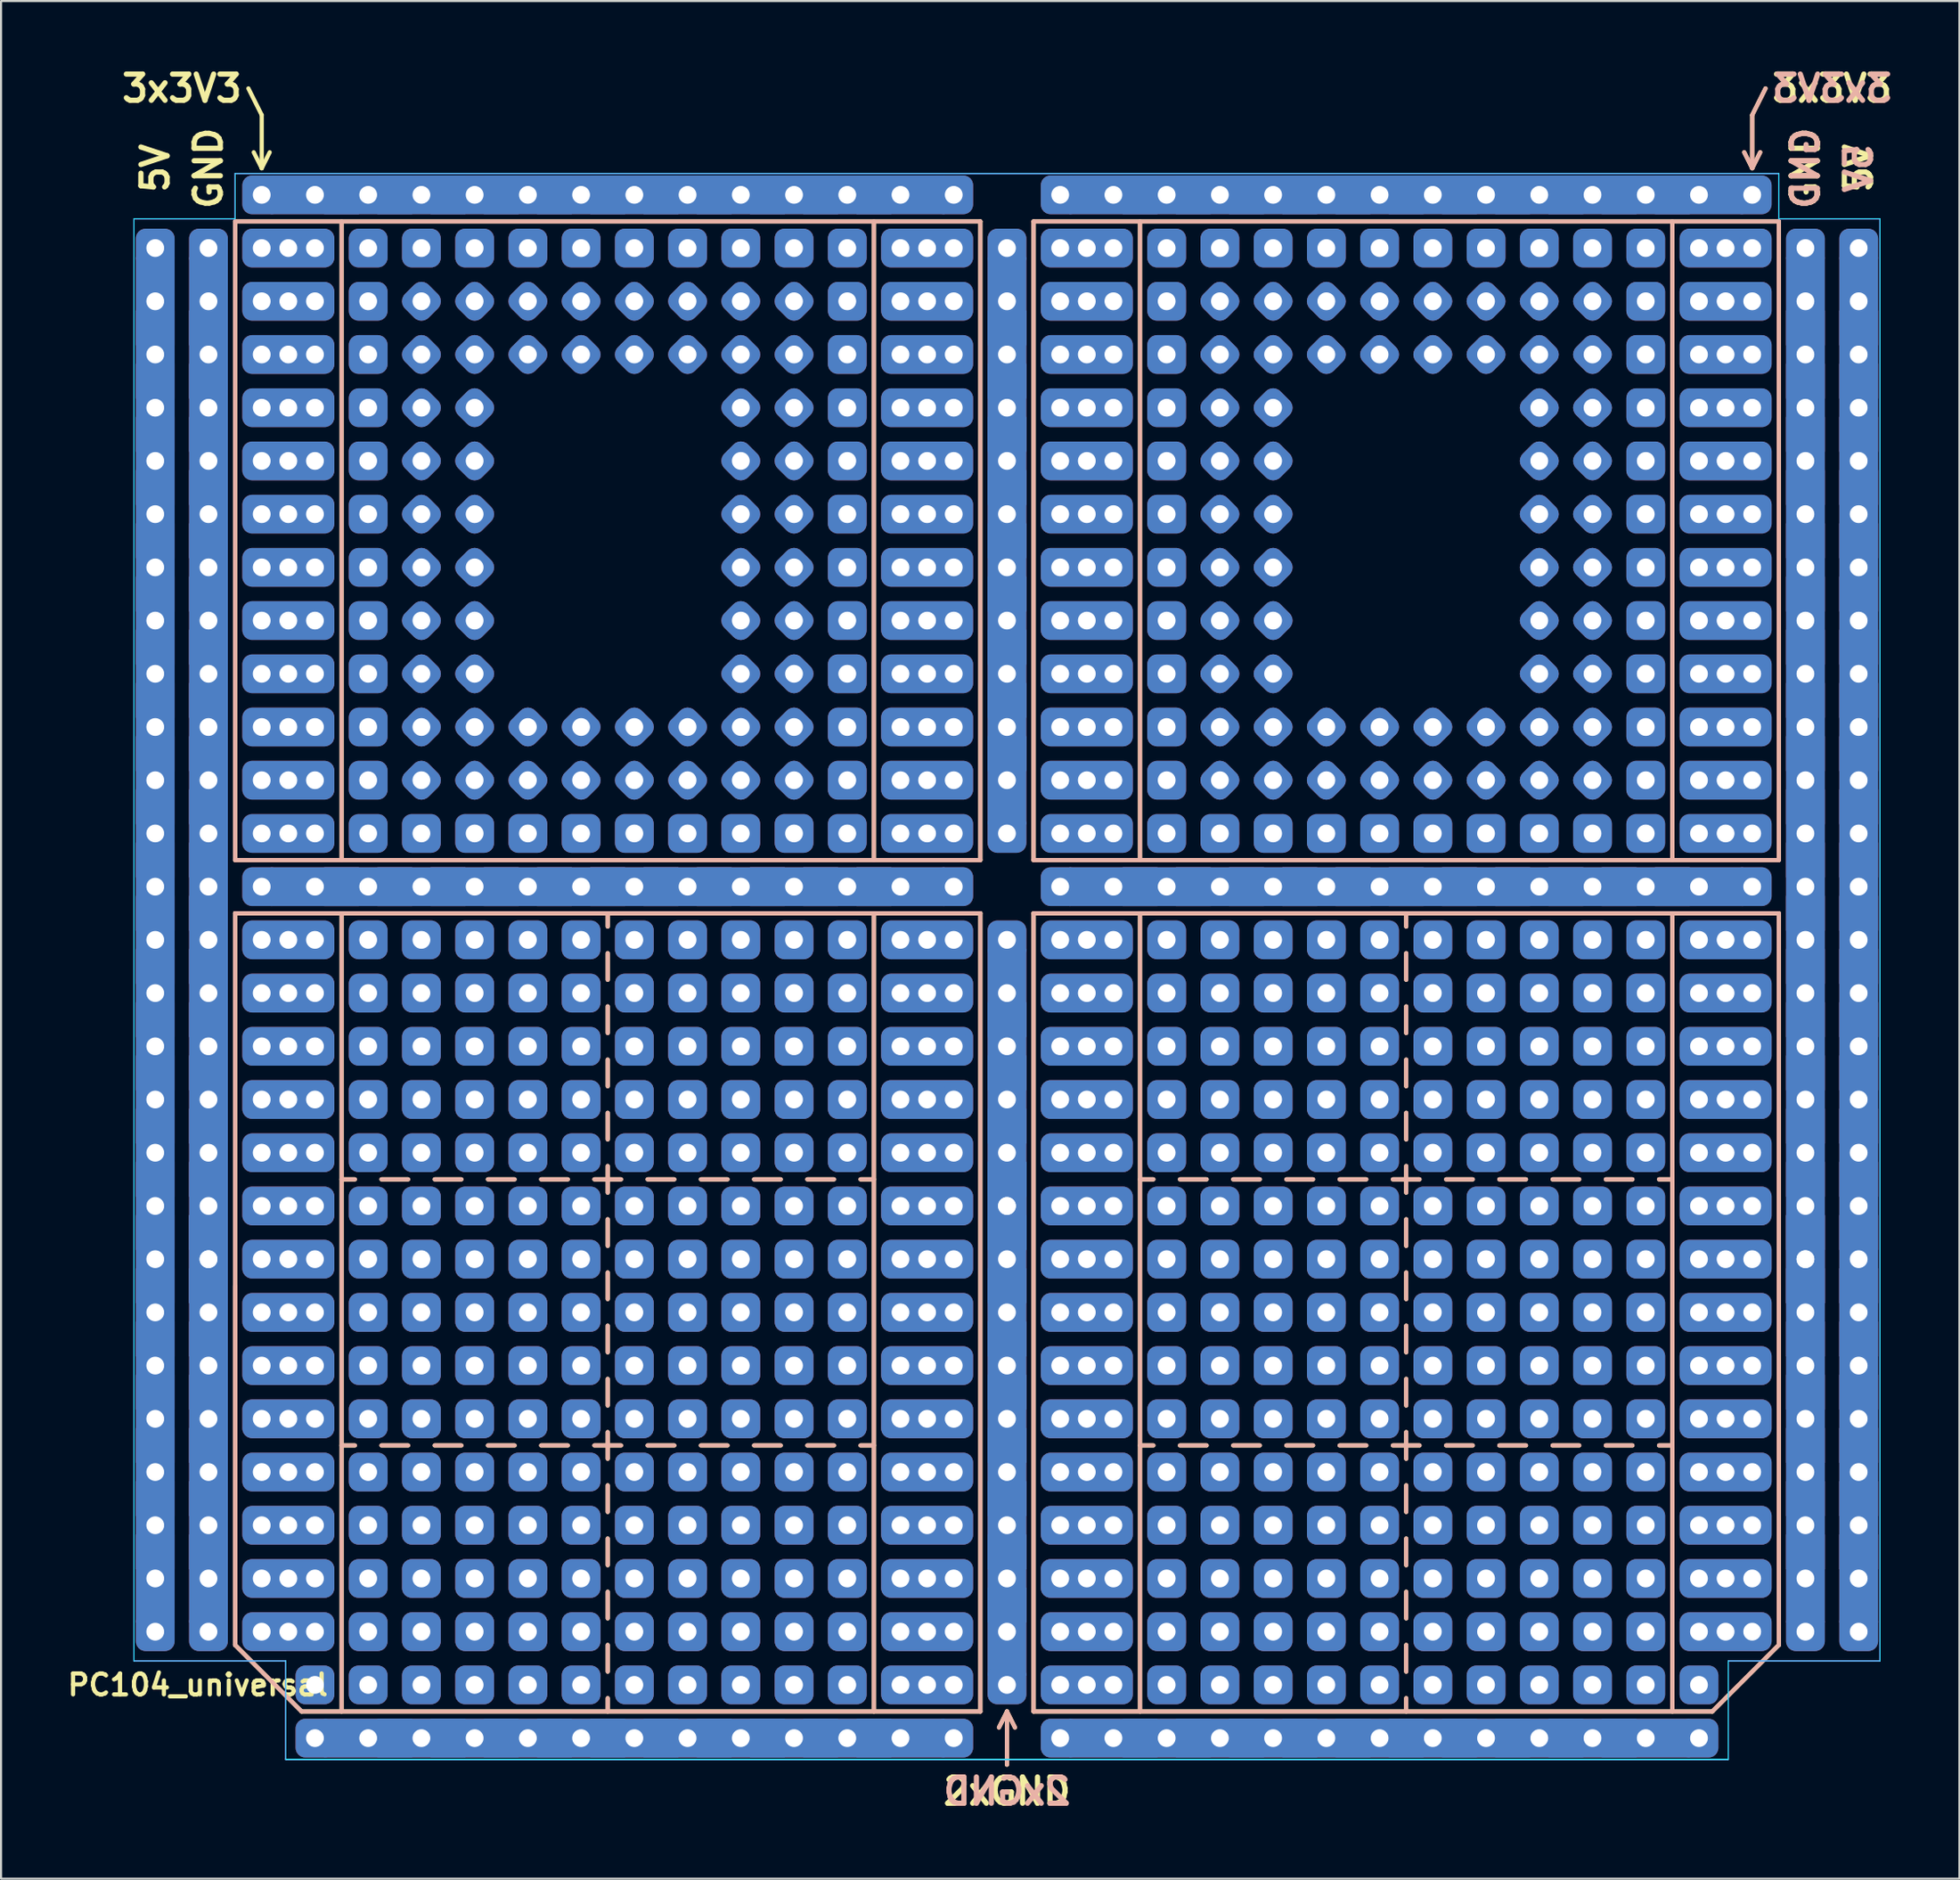
<source format=kicad_pcb>
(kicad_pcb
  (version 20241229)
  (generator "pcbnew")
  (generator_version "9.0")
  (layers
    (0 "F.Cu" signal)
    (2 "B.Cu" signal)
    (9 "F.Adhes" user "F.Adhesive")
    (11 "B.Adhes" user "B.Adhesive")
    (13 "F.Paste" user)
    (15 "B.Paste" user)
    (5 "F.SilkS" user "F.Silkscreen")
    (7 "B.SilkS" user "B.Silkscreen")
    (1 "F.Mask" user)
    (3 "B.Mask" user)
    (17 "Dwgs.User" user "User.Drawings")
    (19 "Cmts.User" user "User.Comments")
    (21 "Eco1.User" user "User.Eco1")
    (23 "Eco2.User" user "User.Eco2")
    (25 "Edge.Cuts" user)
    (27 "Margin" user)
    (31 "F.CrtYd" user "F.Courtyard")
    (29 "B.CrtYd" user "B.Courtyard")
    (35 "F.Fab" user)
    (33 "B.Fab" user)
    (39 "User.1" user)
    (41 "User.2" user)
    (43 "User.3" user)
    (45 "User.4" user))
  (footprint "PC104_universal"
    (layer "F.Cu")
    (at 4.358 51.97)
    (property "Reference" "PC104_universal" (at 2.032 25.4 0) (layer "F.SilkS") (effects (font (size 1 1) (thickness 0.2))))
    (attr exclude_from_pos_files exclude_from_bom)
    (fp_line (start 3.81 -44.45) (end 3.81 -13.97) (stroke (width 0.2) (type solid)) (layer "F.SilkS"))
    (fp_line (start 3.81 -44.45) (end 39.37 -44.45) (stroke (width 0.2) (type solid)) (layer "F.SilkS"))
    (fp_line (start 3.81 23.495) (end 3.81 -11.43) (stroke (width 0.2) (type solid)) (layer "F.SilkS"))
    (fp_line (start 5.08 -49.53) (end 4.445 -50.8) (stroke (width 0.2) (type solid)) (layer "F.SilkS"))
    (fp_line (start 5.08 -46.99) (end 4.699 -47.752) (stroke (width 0.2) (type solid)) (layer "F.SilkS"))
    (fp_line (start 5.08 -46.99) (end 5.08 -49.53) (stroke (width 0.2) (type solid)) (layer "F.SilkS"))
    (fp_line (start 5.08 -46.99) (end 5.461 -47.752) (stroke (width 0.2) (type solid)) (layer "F.SilkS"))
    (fp_line (start 6.985 26.67) (end 3.81 23.495) (stroke (width 0.2) (type solid)) (layer "F.SilkS"))
    (fp_line (start 6.985 26.67) (end 39.37 26.67) (stroke (width 0.2) (type solid)) (layer "F.SilkS"))
    (fp_line (start 8.89 -13.97) (end 8.89 -44.45) (stroke (width 0.2) (type solid)) (layer "F.SilkS"))
    (fp_line (start 8.89 1.27) (end 9.525 1.27) (stroke (width 0.2) (type solid)) (layer "F.SilkS"))
    (fp_line (start 8.89 13.97) (end 9.525 13.97) (stroke (width 0.2) (type solid)) (layer "F.SilkS"))
    (fp_line (start 8.89 26.67) (end 8.89 -11.43) (stroke (width 0.2) (type solid)) (layer "F.SilkS"))
    (fp_line (start 10.795 1.27) (end 12.065 1.27) (stroke (width 0.2) (type solid)) (layer "F.SilkS"))
    (fp_line (start 10.795 13.97) (end 12.065 13.97) (stroke (width 0.2) (type solid)) (layer "F.SilkS"))
    (fp_line (start 13.335 1.27) (end 14.605 1.27) (stroke (width 0.2) (type solid)) (layer "F.SilkS"))
    (fp_line (start 13.335 13.97) (end 14.605 13.97) (stroke (width 0.2) (type solid)) (layer "F.SilkS"))
    (fp_line (start 15.875 1.27) (end 17.145 1.27) (stroke (width 0.2) (type solid)) (layer "F.SilkS"))
    (fp_line (start 15.875 13.97) (end 17.145 13.97) (stroke (width 0.2) (type solid)) (layer "F.SilkS"))
    (fp_line (start 18.415 1.27) (end 19.685 1.27) (stroke (width 0.2) (type solid)) (layer "F.SilkS"))
    (fp_line (start 18.415 13.97) (end 19.685 13.97) (stroke (width 0.2) (type solid)) (layer "F.SilkS"))
    (fp_line (start 21.59 -11.43) (end 21.59 -10.795) (stroke (width 0.2) (type solid)) (layer "F.SilkS"))
    (fp_line (start 21.59 -8.255) (end 21.59 -9.525) (stroke (width 0.2) (type solid)) (layer "F.SilkS"))
    (fp_line (start 21.59 -5.715) (end 21.59 -6.985) (stroke (width 0.2) (type solid)) (layer "F.SilkS"))
    (fp_line (start 21.59 -3.175) (end 21.59 -4.445) (stroke (width 0.2) (type solid)) (layer "F.SilkS"))
    (fp_line (start 21.59 -0.635) (end 21.59 -1.905) (stroke (width 0.2) (type solid)) (layer "F.SilkS"))
    (fp_line (start 21.59 1.905) (end 21.59 0.635) (stroke (width 0.2) (type solid)) (layer "F.SilkS"))
    (fp_line (start 21.59 4.445) (end 21.59 3.175) (stroke (width 0.2) (type solid)) (layer "F.SilkS"))
    (fp_line (start 21.59 6.985) (end 21.59 5.715) (stroke (width 0.2) (type solid)) (layer "F.SilkS"))
    (fp_line (start 21.59 9.525) (end 21.59 8.255) (stroke (width 0.2) (type solid)) (layer "F.SilkS"))
    (fp_line (start 21.59 12.065) (end 21.59 10.795) (stroke (width 0.2) (type solid)) (layer "F.SilkS"))
    (fp_line (start 21.59 14.605) (end 21.59 13.335) (stroke (width 0.2) (type solid)) (layer "F.SilkS"))
    (fp_line (start 21.59 17.145) (end 21.59 15.875) (stroke (width 0.2) (type solid)) (layer "F.SilkS"))
    (fp_line (start 21.59 19.685) (end 21.59 18.415) (stroke (width 0.2) (type solid)) (layer "F.SilkS"))
    (fp_line (start 21.59 22.225) (end 21.59 20.955) (stroke (width 0.2) (type solid)) (layer "F.SilkS"))
    (fp_line (start 21.59 24.765) (end 21.59 23.495) (stroke (width 0.2) (type solid)) (layer "F.SilkS"))
    (fp_line (start 21.59 26.67) (end 21.59 26.035) (stroke (width 0.2) (type solid)) (layer "F.SilkS"))
    (fp_line (start 22.225 1.27) (end 20.955 1.27) (stroke (width 0.2) (type solid)) (layer "F.SilkS"))
    (fp_line (start 22.225 13.97) (end 20.955 13.97) (stroke (width 0.2) (type solid)) (layer "F.SilkS"))
    (fp_line (start 24.765 1.27) (end 23.495 1.27) (stroke (width 0.2) (type solid)) (layer "F.SilkS"))
    (fp_line (start 24.765 13.97) (end 23.495 13.97) (stroke (width 0.2) (type solid)) (layer "F.SilkS"))
    (fp_line (start 27.305 1.27) (end 26.035 1.27) (stroke (width 0.2) (type solid)) (layer "F.SilkS"))
    (fp_line (start 27.305 13.97) (end 26.035 13.97) (stroke (width 0.2) (type solid)) (layer "F.SilkS"))
    (fp_line (start 29.845 1.27) (end 28.575 1.27) (stroke (width 0.2) (type solid)) (layer "F.SilkS"))
    (fp_line (start 29.845 13.97) (end 28.575 13.97) (stroke (width 0.2) (type solid)) (layer "F.SilkS"))
    (fp_line (start 32.385 1.27) (end 31.115 1.27) (stroke (width 0.2) (type solid)) (layer "F.SilkS"))
    (fp_line (start 32.385 13.97) (end 31.115 13.97) (stroke (width 0.2) (type solid)) (layer "F.SilkS"))
    (fp_line (start 34.29 -44.45) (end 34.29 -13.97) (stroke (width 0.2) (type solid)) (layer "F.SilkS"))
    (fp_line (start 34.29 1.27) (end 33.655 1.27) (stroke (width 0.2) (type solid)) (layer "F.SilkS"))
    (fp_line (start 34.29 13.97) (end 33.655 13.97) (stroke (width 0.2) (type solid)) (layer "F.SilkS"))
    (fp_line (start 34.29 26.67) (end 34.29 -11.43) (stroke (width 0.2) (type solid)) (layer "F.SilkS"))
    (fp_line (start 39.37 -44.45) (end 39.37 -13.97) (stroke (width 0.2) (type solid)) (layer "F.SilkS"))
    (fp_line (start 39.37 -13.97) (end 3.81 -13.97) (stroke (width 0.2) (type solid)) (layer "F.SilkS"))
    (fp_line (start 39.37 -11.43) (end 3.81 -11.43) (stroke (width 0.2) (type solid)) (layer "F.SilkS"))
    (fp_line (start 39.37 -11.43) (end 39.37 26.67) (stroke (width 0.2) (type solid)) (layer "F.SilkS"))
    (fp_line (start 40.64 26.67) (end 40.259 27.432) (stroke (width 0.2) (type solid)) (layer "F.SilkS"))
    (fp_line (start 40.64 26.67) (end 40.64 29.21) (stroke (width 0.2) (type solid)) (layer "F.SilkS"))
    (fp_line (start 40.64 26.67) (end 41.021 27.432) (stroke (width 0.2) (type solid)) (layer "F.SilkS"))
    (fp_line (start 41.91 -44.45) (end 41.91 -13.97) (stroke (width 0.2) (type solid)) (layer "F.SilkS"))
    (fp_line (start 41.91 -13.97) (end 77.47 -13.97) (stroke (width 0.2) (type solid)) (layer "F.SilkS"))
    (fp_line (start 41.91 -11.43) (end 41.91 26.67) (stroke (width 0.2) (type solid)) (layer "F.SilkS"))
    (fp_line (start 41.91 -11.43) (end 77.47 -11.43) (stroke (width 0.2) (type solid)) (layer "F.SilkS"))
    (fp_line (start 46.99 -13.97) (end 46.99 -44.45) (stroke (width 0.2) (type solid)) (layer "F.SilkS"))
    (fp_line (start 46.99 1.27) (end 47.625 1.27) (stroke (width 0.2) (type solid)) (layer "F.SilkS"))
    (fp_line (start 46.99 13.97) (end 47.625 13.97) (stroke (width 0.2) (type solid)) (layer "F.SilkS"))
    (fp_line (start 46.99 26.67) (end 46.99 -11.43) (stroke (width 0.2) (type solid)) (layer "F.SilkS"))
    (fp_line (start 48.895 1.27) (end 50.165 1.27) (stroke (width 0.2) (type solid)) (layer "F.SilkS"))
    (fp_line (start 48.895 13.97) (end 50.165 13.97) (stroke (width 0.2) (type solid)) (layer "F.SilkS"))
    (fp_line (start 51.435 1.27) (end 52.705 1.27) (stroke (width 0.2) (type solid)) (layer "F.SilkS"))
    (fp_line (start 51.435 13.97) (end 52.705 13.97) (stroke (width 0.2) (type solid)) (layer "F.SilkS"))
    (fp_line (start 53.975 1.27) (end 55.245 1.27) (stroke (width 0.2) (type solid)) (layer "F.SilkS"))
    (fp_line (start 53.975 13.97) (end 55.245 13.97) (stroke (width 0.2) (type solid)) (layer "F.SilkS"))
    (fp_line (start 56.515 1.27) (end 57.785 1.27) (stroke (width 0.2) (type solid)) (layer "F.SilkS"))
    (fp_line (start 56.515 13.97) (end 57.785 13.97) (stroke (width 0.2) (type solid)) (layer "F.SilkS"))
    (fp_line (start 59.055 1.27) (end 60.325 1.27) (stroke (width 0.2) (type solid)) (layer "F.SilkS"))
    (fp_line (start 59.055 13.97) (end 60.325 13.97) (stroke (width 0.2) (type solid)) (layer "F.SilkS"))
    (fp_line (start 59.69 -11.43) (end 59.69 -10.795) (stroke (width 0.2) (type solid)) (layer "F.SilkS"))
    (fp_line (start 59.69 -8.255) (end 59.69 -9.525) (stroke (width 0.2) (type solid)) (layer "F.SilkS"))
    (fp_line (start 59.69 -5.715) (end 59.69 -6.985) (stroke (width 0.2) (type solid)) (layer "F.SilkS"))
    (fp_line (start 59.69 -3.175) (end 59.69 -4.445) (stroke (width 0.2) (type solid)) (layer "F.SilkS"))
    (fp_line (start 59.69 -0.635) (end 59.69 -1.905) (stroke (width 0.2) (type solid)) (layer "F.SilkS"))
    (fp_line (start 59.69 1.905) (end 59.69 0.635) (stroke (width 0.2) (type solid)) (layer "F.SilkS"))
    (fp_line (start 59.69 4.445) (end 59.69 3.175) (stroke (width 0.2) (type solid)) (layer "F.SilkS"))
    (fp_line (start 59.69 6.985) (end 59.69 5.715) (stroke (width 0.2) (type solid)) (layer "F.SilkS"))
    (fp_line (start 59.69 9.525) (end 59.69 8.255) (stroke (width 0.2) (type solid)) (layer "F.SilkS"))
    (fp_line (start 59.69 12.065) (end 59.69 10.795) (stroke (width 0.2) (type solid)) (layer "F.SilkS"))
    (fp_line (start 59.69 14.605) (end 59.69 13.335) (stroke (width 0.2) (type solid)) (layer "F.SilkS"))
    (fp_line (start 59.69 17.145) (end 59.69 15.875) (stroke (width 0.2) (type solid)) (layer "F.SilkS"))
    (fp_line (start 59.69 19.685) (end 59.69 18.415) (stroke (width 0.2) (type solid)) (layer "F.SilkS"))
    (fp_line (start 59.69 22.225) (end 59.69 20.955) (stroke (width 0.2) (type solid)) (layer "F.SilkS"))
    (fp_line (start 59.69 24.765) (end 59.69 23.495) (stroke (width 0.2) (type solid)) (layer "F.SilkS"))
    (fp_line (start 59.69 26.67) (end 59.69 26.035) (stroke (width 0.2) (type solid)) (layer "F.SilkS"))
    (fp_line (start 62.865 1.27) (end 61.595 1.27) (stroke (width 0.2) (type solid)) (layer "F.SilkS"))
    (fp_line (start 62.865 13.97) (end 61.595 13.97) (stroke (width 0.2) (type solid)) (layer "F.SilkS"))
    (fp_line (start 65.405 1.27) (end 64.135 1.27) (stroke (width 0.2) (type solid)) (layer "F.SilkS"))
    (fp_line (start 65.405 13.97) (end 64.135 13.97) (stroke (width 0.2) (type solid)) (layer "F.SilkS"))
    (fp_line (start 67.945 1.27) (end 66.675 1.27) (stroke (width 0.2) (type solid)) (layer "F.SilkS"))
    (fp_line (start 67.945 13.97) (end 66.675 13.97) (stroke (width 0.2) (type solid)) (layer "F.SilkS"))
    (fp_line (start 70.485 1.27) (end 69.215 1.27) (stroke (width 0.2) (type solid)) (layer "F.SilkS"))
    (fp_line (start 70.485 13.97) (end 69.215 13.97) (stroke (width 0.2) (type solid)) (layer "F.SilkS"))
    (fp_line (start 72.39 -44.45) (end 72.39 -13.97) (stroke (width 0.2) (type solid)) (layer "F.SilkS"))
    (fp_line (start 72.39 1.27) (end 71.755 1.27) (stroke (width 0.2) (type solid)) (layer "F.SilkS"))
    (fp_line (start 72.39 13.97) (end 71.755 13.97) (stroke (width 0.2) (type solid)) (layer "F.SilkS"))
    (fp_line (start 72.39 26.67) (end 72.39 -11.43) (stroke (width 0.2) (type solid)) (layer "F.SilkS"))
    (fp_line (start 74.295 26.67) (end 41.91 26.67) (stroke (width 0.2) (type solid)) (layer "F.SilkS"))
    (fp_line (start 74.295 26.67) (end 77.47 23.495) (stroke (width 0.2) (type solid)) (layer "F.SilkS"))
    (fp_line (start 76.2 -49.53) (end 76.835 -50.8) (stroke (width 0.2) (type solid)) (layer "F.SilkS"))
    (fp_line (start 76.2 -46.99) (end 75.819 -47.752) (stroke (width 0.2) (type solid)) (layer "F.SilkS"))
    (fp_line (start 76.2 -46.99) (end 76.2 -49.53) (stroke (width 0.2) (type solid)) (layer "F.SilkS"))
    (fp_line (start 76.2 -46.99) (end 76.581 -47.752) (stroke (width 0.2) (type solid)) (layer "F.SilkS"))
    (fp_line (start 77.47 -44.45) (end 41.91 -44.45) (stroke (width 0.2) (type solid)) (layer "F.SilkS"))
    (fp_line (start 77.47 -44.45) (end 77.47 -13.97) (stroke (width 0.2) (type solid)) (layer "F.SilkS"))
    (fp_line (start 77.47 6.35) (end 77.47 23.495) (stroke (width 0.2) (type solid)) (layer "F.SilkS"))
    (fp_line (start 77.47 23.495) (end 77.47 -11.43) (stroke (width 0.2) (type solid)) (layer "F.SilkS"))
    (fp_line (start 3.81 -44.45) (end 3.81 -13.97) (stroke (width 0.2) (type solid)) (layer "B.SilkS"))
    (fp_line (start 3.81 -44.45) (end 39.37 -44.45) (stroke (width 0.2) (type solid)) (layer "B.SilkS"))
    (fp_line (start 3.81 6.35) (end 3.81 23.495) (stroke (width 0.2) (type solid)) (layer "B.SilkS"))
    (fp_line (start 3.81 23.495) (end 3.81 -11.43) (stroke (width 0.2) (type solid)) (layer "B.SilkS"))
    (fp_line (start 6.985 26.67) (end 3.81 23.495) (stroke (width 0.2) (type solid)) (layer "B.SilkS"))
    (fp_line (start 6.985 26.67) (end 39.37 26.67) (stroke (width 0.2) (type solid)) (layer "B.SilkS"))
    (fp_line (start 8.89 -44.45) (end 8.89 -13.97) (stroke (width 0.2) (type solid)) (layer "B.SilkS"))
    (fp_line (start 8.89 1.27) (end 9.525 1.27) (stroke (width 0.2) (type solid)) (layer "B.SilkS"))
    (fp_line (start 8.89 13.97) (end 9.525 13.97) (stroke (width 0.2) (type solid)) (layer "B.SilkS"))
    (fp_line (start 8.89 26.67) (end 8.89 -11.43) (stroke (width 0.2) (type solid)) (layer "B.SilkS"))
    (fp_line (start 10.795 1.27) (end 12.065 1.27) (stroke (width 0.2) (type solid)) (layer "B.SilkS"))
    (fp_line (start 10.795 13.97) (end 12.065 13.97) (stroke (width 0.2) (type solid)) (layer "B.SilkS"))
    (fp_line (start 13.335 1.27) (end 14.605 1.27) (stroke (width 0.2) (type solid)) (layer "B.SilkS"))
    (fp_line (start 13.335 13.97) (end 14.605 13.97) (stroke (width 0.2) (type solid)) (layer "B.SilkS"))
    (fp_line (start 15.875 1.27) (end 17.145 1.27) (stroke (width 0.2) (type solid)) (layer "B.SilkS"))
    (fp_line (start 15.875 13.97) (end 17.145 13.97) (stroke (width 0.2) (type solid)) (layer "B.SilkS"))
    (fp_line (start 18.415 1.27) (end 19.685 1.27) (stroke (width 0.2) (type solid)) (layer "B.SilkS"))
    (fp_line (start 18.415 13.97) (end 19.685 13.97) (stroke (width 0.2) (type solid)) (layer "B.SilkS"))
    (fp_line (start 21.59 -11.43) (end 21.59 -10.795) (stroke (width 0.2) (type solid)) (layer "B.SilkS"))
    (fp_line (start 21.59 -8.255) (end 21.59 -9.525) (stroke (width 0.2) (type solid)) (layer "B.SilkS"))
    (fp_line (start 21.59 -5.715) (end 21.59 -6.985) (stroke (width 0.2) (type solid)) (layer "B.SilkS"))
    (fp_line (start 21.59 -3.175) (end 21.59 -4.445) (stroke (width 0.2) (type solid)) (layer "B.SilkS"))
    (fp_line (start 21.59 -0.635) (end 21.59 -1.905) (stroke (width 0.2) (type solid)) (layer "B.SilkS"))
    (fp_line (start 21.59 1.905) (end 21.59 0.635) (stroke (width 0.2) (type solid)) (layer "B.SilkS"))
    (fp_line (start 21.59 4.445) (end 21.59 3.175) (stroke (width 0.2) (type solid)) (layer "B.SilkS"))
    (fp_line (start 21.59 6.985) (end 21.59 5.715) (stroke (width 0.2) (type solid)) (layer "B.SilkS"))
    (fp_line (start 21.59 9.525) (end 21.59 8.255) (stroke (width 0.2) (type solid)) (layer "B.SilkS"))
    (fp_line (start 21.59 12.065) (end 21.59 10.795) (stroke (width 0.2) (type solid)) (layer "B.SilkS"))
    (fp_line (start 21.59 14.605) (end 21.59 13.335) (stroke (width 0.2) (type solid)) (layer "B.SilkS"))
    (fp_line (start 21.59 17.145) (end 21.59 15.875) (stroke (width 0.2) (type solid)) (layer "B.SilkS"))
    (fp_line (start 21.59 19.685) (end 21.59 18.415) (stroke (width 0.2) (type solid)) (layer "B.SilkS"))
    (fp_line (start 21.59 22.225) (end 21.59 20.955) (stroke (width 0.2) (type solid)) (layer "B.SilkS"))
    (fp_line (start 21.59 24.765) (end 21.59 23.495) (stroke (width 0.2) (type solid)) (layer "B.SilkS"))
    (fp_line (start 21.59 26.67) (end 21.59 26.035) (stroke (width 0.2) (type solid)) (layer "B.SilkS"))
    (fp_line (start 22.225 1.27) (end 20.955 1.27) (stroke (width 0.2) (type solid)) (layer "B.SilkS"))
    (fp_line (start 22.225 13.97) (end 20.955 13.97) (stroke (width 0.2) (type solid)) (layer "B.SilkS"))
    (fp_line (start 24.765 1.27) (end 23.495 1.27) (stroke (width 0.2) (type solid)) (layer "B.SilkS"))
    (fp_line (start 24.765 13.97) (end 23.495 13.97) (stroke (width 0.2) (type solid)) (layer "B.SilkS"))
    (fp_line (start 27.305 1.27) (end 26.035 1.27) (stroke (width 0.2) (type solid)) (layer "B.SilkS"))
    (fp_line (start 27.305 13.97) (end 26.035 13.97) (stroke (width 0.2) (type solid)) (layer "B.SilkS"))
    (fp_line (start 29.845 1.27) (end 28.575 1.27) (stroke (width 0.2) (type solid)) (layer "B.SilkS"))
    (fp_line (start 29.845 13.97) (end 28.575 13.97) (stroke (width 0.2) (type solid)) (layer "B.SilkS"))
    (fp_line (start 32.385 1.27) (end 31.115 1.27) (stroke (width 0.2) (type solid)) (layer "B.SilkS"))
    (fp_line (start 32.385 13.97) (end 31.115 13.97) (stroke (width 0.2) (type solid)) (layer "B.SilkS"))
    (fp_line (start 34.29 -13.97) (end 34.29 -44.45) (stroke (width 0.2) (type solid)) (layer "B.SilkS"))
    (fp_line (start 34.29 1.27) (end 33.655 1.27) (stroke (width 0.2) (type solid)) (layer "B.SilkS"))
    (fp_line (start 34.29 13.97) (end 33.655 13.97) (stroke (width 0.2) (type solid)) (layer "B.SilkS"))
    (fp_line (start 34.29 26.67) (end 34.29 -11.43) (stroke (width 0.2) (type solid)) (layer "B.SilkS"))
    (fp_line (start 39.37 -44.45) (end 39.37 -13.97) (stroke (width 0.2) (type solid)) (layer "B.SilkS"))
    (fp_line (start 39.37 -13.97) (end 3.81 -13.97) (stroke (width 0.2) (type solid)) (layer "B.SilkS"))
    (fp_line (start 39.37 -11.43) (end 3.81 -11.43) (stroke (width 0.2) (type solid)) (layer "B.SilkS"))
    (fp_line (start 39.37 -11.43) (end 39.37 26.67) (stroke (width 0.2) (type solid)) (layer "B.SilkS"))
    (fp_line (start 40.64 26.67) (end 40.259 27.432) (stroke (width 0.2) (type solid)) (layer "B.SilkS"))
    (fp_line (start 40.64 26.67) (end 40.64 29.21) (stroke (width 0.2) (type solid)) (layer "B.SilkS"))
    (fp_line (start 40.64 26.67) (end 41.021 27.432) (stroke (width 0.2) (type solid)) (layer "B.SilkS"))
    (fp_line (start 41.91 -44.45) (end 41.91 -13.97) (stroke (width 0.2) (type solid)) (layer "B.SilkS"))
    (fp_line (start 41.91 -13.97) (end 77.47 -13.97) (stroke (width 0.2) (type solid)) (layer "B.SilkS"))
    (fp_line (start 41.91 -11.43) (end 41.91 26.67) (stroke (width 0.2) (type solid)) (layer "B.SilkS"))
    (fp_line (start 41.91 -11.43) (end 77.47 -11.43) (stroke (width 0.2) (type solid)) (layer "B.SilkS"))
    (fp_line (start 46.99 -44.45) (end 46.99 -13.97) (stroke (width 0.2) (type solid)) (layer "B.SilkS"))
    (fp_line (start 46.99 1.27) (end 47.625 1.27) (stroke (width 0.2) (type solid)) (layer "B.SilkS"))
    (fp_line (start 46.99 13.97) (end 47.625 13.97) (stroke (width 0.2) (type solid)) (layer "B.SilkS"))
    (fp_line (start 46.99 26.67) (end 46.99 -11.43) (stroke (width 0.2) (type solid)) (layer "B.SilkS"))
    (fp_line (start 48.895 1.27) (end 50.165 1.27) (stroke (width 0.2) (type solid)) (layer "B.SilkS"))
    (fp_line (start 48.895 13.97) (end 50.165 13.97) (stroke (width 0.2) (type solid)) (layer "B.SilkS"))
    (fp_line (start 51.435 1.27) (end 52.705 1.27) (stroke (width 0.2) (type solid)) (layer "B.SilkS"))
    (fp_line (start 51.435 13.97) (end 52.705 13.97) (stroke (width 0.2) (type solid)) (layer "B.SilkS"))
    (fp_line (start 53.975 1.27) (end 55.245 1.27) (stroke (width 0.2) (type solid)) (layer "B.SilkS"))
    (fp_line (start 53.975 13.97) (end 55.245 13.97) (stroke (width 0.2) (type solid)) (layer "B.SilkS"))
    (fp_line (start 56.515 1.27) (end 57.785 1.27) (stroke (width 0.2) (type solid)) (layer "B.SilkS"))
    (fp_line (start 56.515 13.97) (end 57.785 13.97) (stroke (width 0.2) (type solid)) (layer "B.SilkS"))
    (fp_line (start 59.055 1.27) (end 60.325 1.27) (stroke (width 0.2) (type solid)) (layer "B.SilkS"))
    (fp_line (start 59.055 13.97) (end 60.325 13.97) (stroke (width 0.2) (type solid)) (layer "B.SilkS"))
    (fp_line (start 59.69 -11.43) (end 59.69 -10.795) (stroke (width 0.2) (type solid)) (layer "B.SilkS"))
    (fp_line (start 59.69 -8.255) (end 59.69 -9.525) (stroke (width 0.2) (type solid)) (layer "B.SilkS"))
    (fp_line (start 59.69 -5.715) (end 59.69 -6.985) (stroke (width 0.2) (type solid)) (layer "B.SilkS"))
    (fp_line (start 59.69 -3.175) (end 59.69 -4.445) (stroke (width 0.2) (type solid)) (layer "B.SilkS"))
    (fp_line (start 59.69 -0.635) (end 59.69 -1.905) (stroke (width 0.2) (type solid)) (layer "B.SilkS"))
    (fp_line (start 59.69 1.905) (end 59.69 0.635) (stroke (width 0.2) (type solid)) (layer "B.SilkS"))
    (fp_line (start 59.69 4.445) (end 59.69 3.175) (stroke (width 0.2) (type solid)) (layer "B.SilkS"))
    (fp_line (start 59.69 6.985) (end 59.69 5.715) (stroke (width 0.2) (type solid)) (layer "B.SilkS"))
    (fp_line (start 59.69 9.525) (end 59.69 8.255) (stroke (width 0.2) (type solid)) (layer "B.SilkS"))
    (fp_line (start 59.69 12.065) (end 59.69 10.795) (stroke (width 0.2) (type solid)) (layer "B.SilkS"))
    (fp_line (start 59.69 14.605) (end 59.69 13.335) (stroke (width 0.2) (type solid)) (layer "B.SilkS"))
    (fp_line (start 59.69 17.145) (end 59.69 15.875) (stroke (width 0.2) (type solid)) (layer "B.SilkS"))
    (fp_line (start 59.69 19.685) (end 59.69 18.415) (stroke (width 0.2) (type solid)) (layer "B.SilkS"))
    (fp_line (start 59.69 22.225) (end 59.69 20.955) (stroke (width 0.2) (type solid)) (layer "B.SilkS"))
    (fp_line (start 59.69 24.765) (end 59.69 23.495) (stroke (width 0.2) (type solid)) (layer "B.SilkS"))
    (fp_line (start 59.69 26.67) (end 59.69 26.035) (stroke (width 0.2) (type solid)) (layer "B.SilkS"))
    (fp_line (start 62.865 1.27) (end 61.595 1.27) (stroke (width 0.2) (type solid)) (layer "B.SilkS"))
    (fp_line (start 62.865 13.97) (end 61.595 13.97) (stroke (width 0.2) (type solid)) (layer "B.SilkS"))
    (fp_line (start 65.405 1.27) (end 64.135 1.27) (stroke (width 0.2) (type solid)) (layer "B.SilkS"))
    (fp_line (start 65.405 13.97) (end 64.135 13.97) (stroke (width 0.2) (type solid)) (layer "B.SilkS"))
    (fp_line (start 67.945 1.27) (end 66.675 1.27) (stroke (width 0.2) (type solid)) (layer "B.SilkS"))
    (fp_line (start 67.945 13.97) (end 66.675 13.97) (stroke (width 0.2) (type solid)) (layer "B.SilkS"))
    (fp_line (start 70.485 1.27) (end 69.215 1.27) (stroke (width 0.2) (type solid)) (layer "B.SilkS"))
    (fp_line (start 70.485 13.97) (end 69.215 13.97) (stroke (width 0.2) (type solid)) (layer "B.SilkS"))
    (fp_line (start 72.39 -13.97) (end 72.39 -44.45) (stroke (width 0.2) (type solid)) (layer "B.SilkS"))
    (fp_line (start 72.39 1.27) (end 71.755 1.27) (stroke (width 0.2) (type solid)) (layer "B.SilkS"))
    (fp_line (start 72.39 13.97) (end 71.755 13.97) (stroke (width 0.2) (type solid)) (layer "B.SilkS"))
    (fp_line (start 72.39 26.67) (end 72.39 -11.43) (stroke (width 0.2) (type solid)) (layer "B.SilkS"))
    (fp_line (start 74.295 26.67) (end 41.91 26.67) (stroke (width 0.2) (type solid)) (layer "B.SilkS"))
    (fp_line (start 74.295 26.67) (end 77.47 23.495) (stroke (width 0.2) (type solid)) (layer "B.SilkS"))
    (fp_line (start 76.2 -49.53) (end 76.835 -50.8) (stroke (width 0.2) (type solid)) (layer "B.SilkS"))
    (fp_line (start 76.2 -46.99) (end 75.819 -47.752) (stroke (width 0.2) (type solid)) (layer "B.SilkS"))
    (fp_line (start 76.2 -46.99) (end 76.2 -49.53) (stroke (width 0.2) (type solid)) (layer "B.SilkS"))
    (fp_line (start 76.2 -46.99) (end 76.581 -47.752) (stroke (width 0.2) (type solid)) (layer "B.SilkS"))
    (fp_line (start 77.47 -44.45) (end 41.91 -44.45) (stroke (width 0.2) (type solid)) (layer "B.SilkS"))
    (fp_line (start 77.47 -44.45) (end 77.47 -13.97) (stroke (width 0.2) (type solid)) (layer "B.SilkS"))
    (fp_line (start 77.47 23.495) (end 77.47 -11.43) (stroke (width 0.2) (type solid)) (layer "B.SilkS"))
    (fp_line (start -1.016 -44.577) (end -1.016 24.257) (stroke (width 0.05) (type solid)) (layer "B.CrtYd"))
    (fp_line (start -1.016 24.257) (end 6.223 24.257) (stroke (width 0.05) (type solid)) (layer "B.CrtYd"))
    (fp_line (start 3.81 -46.736) (end 3.81 -44.577) (stroke (width 0.05) (type solid)) (layer "B.CrtYd"))
    (fp_line (start 3.81 -44.577) (end -1.016 -44.577) (stroke (width 0.05) (type solid)) (layer "B.CrtYd"))
    (fp_line (start 6.223 24.257) (end 6.223 28.956) (stroke (width 0.05) (type solid)) (layer "B.CrtYd"))
    (fp_line (start 6.223 28.956) (end 75.057 28.956) (stroke (width 0.05) (type solid)) (layer "B.CrtYd"))
    (fp_line (start 6.223 28.956) (end 75.057 28.956) (stroke (width 0.05) (type solid)) (layer "B.CrtYd"))
    (fp_line (start 75.057 24.257) (end 82.296 24.257) (stroke (width 0.05) (type solid)) (layer "B.CrtYd"))
    (fp_line (start 75.057 28.956) (end 75.057 24.257) (stroke (width 0.05) (type solid)) (layer "B.CrtYd"))
    (fp_line (start 77.47 -46.736) (end 3.81 -46.736) (stroke (width 0.05) (type solid)) (layer "B.CrtYd"))
    (fp_line (start 77.47 -44.577) (end 77.47 -46.736) (stroke (width 0.05) (type solid)) (layer "B.CrtYd"))
    (fp_line (start 82.296 -44.577) (end 77.47 -44.577) (stroke (width 0.05) (type solid)) (layer "B.CrtYd"))
    (fp_line (start 82.296 24.257) (end 82.296 -44.577) (stroke (width 0.05) (type solid)) (layer "B.CrtYd"))
    (fp_line (start -1.016 -44.577) (end 3.81 -44.577) (stroke (width 0.05) (type solid)) (layer "F.CrtYd"))
    (fp_line (start -1.016 24.257) (end -1.016 -44.577) (stroke (width 0.05) (type solid)) (layer "F.CrtYd"))
    (fp_line (start 3.81 -46.736) (end 77.47 -46.736) (stroke (width 0.05) (type solid)) (layer "F.CrtYd"))
    (fp_line (start 3.81 -44.577) (end 3.81 -46.736) (stroke (width 0.05) (type solid)) (layer "F.CrtYd"))
    (fp_line (start 6.223 24.257) (end -1.016 24.257) (stroke (width 0.05) (type solid)) (layer "F.CrtYd"))
    (fp_line (start 6.223 28.956) (end 6.223 24.257) (stroke (width 0.05) (type solid)) (layer "F.CrtYd"))
    (fp_line (start 75.057 24.257) (end 75.057 28.956) (stroke (width 0.05) (type solid)) (layer "F.CrtYd"))
    (fp_line (start 75.057 28.956) (end 6.223 28.956) (stroke (width 0.05) (type solid)) (layer "F.CrtYd"))
    (fp_line (start 75.057 28.956) (end 6.223 28.956) (stroke (width 0.05) (type solid)) (layer "F.CrtYd"))
    (fp_line (start 77.47 -46.736) (end 77.47 -44.577) (stroke (width 0.05) (type solid)) (layer "F.CrtYd"))
    (fp_line (start 77.47 -44.577) (end 82.296 -44.577) (stroke (width 0.05) (type solid)) (layer "F.CrtYd"))
    (fp_line (start 82.296 -44.577) (end 82.296 24.257) (stroke (width 0.05) (type solid)) (layer "F.CrtYd"))
    (fp_line (start 82.296 24.257) (end 75.057 24.257) (stroke (width 0.05) (type solid)) (layer "F.CrtYd"))
    (fp_text user "3x3V3" (at 80.01 -50.8 0) (layer "F.SilkS") (effects (font (size 1.25 1.25) (thickness 0.25))))
    (fp_text user "GND" (at 78.74 -46.99 90) (layer "F.SilkS") (effects (font (size 1.25 1.25) (thickness 0.25))))
    (fp_text user "2xGND" (at 40.64 30.48 180) (layer "F.SilkS") (effects (font (size 1.25 1.25) (thickness 0.25))))
    (fp_text user "GND" (at 2.54 -46.99 90) (layer "F.SilkS") (effects (font (size 1.25 1.25) (thickness 0.25))))
    (fp_text user "5V" (at 81.28 -46.99 90) (layer "F.SilkS") (effects (font (size 1.25 1.25) (thickness 0.25))))
    (fp_text user "5V" (at 0 -46.99 90) (layer "F.SilkS") (effects (font (size 1.25 1.25) (thickness 0.25))))
    (fp_text user "3x3V3" (at 1.27 -50.8 0) (layer "F.SilkS") (effects (font (size 1.25 1.25) (thickness 0.25))))
    (fp_text user "2xGND" (at 40.64 30.48 0) (layer "B.SilkS") (effects (font (size 1.25 1.25) (thickness 0.25)) (justify mirror)))
    (fp_text user "5V" (at 81.28 -46.99 90) (layer "B.SilkS") (effects (font (size 1.25 1.25) (thickness 0.25)) (justify mirror)))
    (fp_text user "GND" (at 78.74 -46.99 90) (layer "B.SilkS") (effects (font (size 1.25 1.25) (thickness 0.25)) (justify mirror)))
    (fp_text user "3x3V3" (at 80.01 -50.8 180) (layer "B.SilkS") (effects (font (size 1.25 1.25) (thickness 0.25)) (justify mirror)))
    (pad "1" thru_hole roundrect (at 2.54 -43.18) (size 1.85 1.85) (drill 0.85) (layers "*.Cu" "*.Mask") (roundrect_rratio 0.25))
    (pad "1" thru_hole rect (at 2.54 -40.64 90) (size 4.2 1.85) (drill 0.85) (layers "*.Cu" "*.Mask"))
    (pad "1" thru_hole rect (at 2.54 -38.1 90) (size 4.2 1.85) (drill 0.85) (layers "*.Cu" "*.Mask"))
    (pad "1" thru_hole rect (at 2.54 -35.56 90) (size 4.2 1.85) (drill 0.85) (layers "*.Cu" "*.Mask"))
    (pad "1" thru_hole rect (at 2.54 -33.02 90) (size 4.2 1.85) (drill 0.85) (layers "*.Cu" "*.Mask"))
    (pad "1" thru_hole rect (at 2.54 -30.48 90) (size 4.2 1.85) (drill 0.85) (layers "*.Cu" "*.Mask"))
    (pad "1" thru_hole rect (at 2.54 -27.94 90) (size 4.2 1.85) (drill 0.85) (layers "*.Cu" "*.Mask"))
    (pad "1" thru_hole rect (at 2.54 -25.4 90) (size 4.2 1.85) (drill 0.85) (layers "*.Cu" "*.Mask"))
    (pad "1" thru_hole rect (at 2.54 -22.86 90) (size 4.2 1.85) (drill 0.85) (layers "*.Cu" "*.Mask"))
    (pad "1" thru_hole rect (at 2.54 -20.32 90) (size 4.2 1.85) (drill 0.85) (layers "*.Cu" "*.Mask"))
    (pad "1" thru_hole rect (at 2.54 -17.78 90) (size 4.2 1.85) (drill 0.85) (layers "*.Cu" "*.Mask"))
    (pad "1" thru_hole rect (at 2.54 -15.24 90) (size 4.2 1.85) (drill 0.85) (layers "*.Cu" "*.Mask"))
    (pad "1" thru_hole rect (at 2.54 -12.7 90) (size 4.2 1.85) (drill 0.85) (layers "*.Cu" "*.Mask"))
    (pad "1" thru_hole rect (at 2.54 -10.16 90) (size 4.2 1.85) (drill 0.85) (layers "*.Cu" "*.Mask"))
    (pad "1" thru_hole rect (at 2.54 -7.62 90) (size 4.2 1.85) (drill 0.85) (layers "*.Cu" "*.Mask"))
    (pad "1" thru_hole rect (at 2.54 -5.08 90) (size 4.2 1.85) (drill 0.85) (layers "*.Cu" "*.Mask"))
    (pad "1" thru_hole rect (at 2.54 -2.54 90) (size 4.2 1.85) (drill 0.85) (layers "*.Cu" "*.Mask"))
    (pad "1" thru_hole rect (at 2.54 0 90) (size 4.2 1.85) (drill 0.85) (layers "*.Cu" "*.Mask"))
    (pad "1" thru_hole rect (at 2.54 2.54 90) (size 4.2 1.85) (drill 0.85) (layers "*.Cu" "*.Mask"))
    (pad "1" thru_hole rect (at 2.54 5.08 90) (size 4.2 1.85) (drill 0.85) (layers "*.Cu" "*.Mask"))
    (pad "1" thru_hole rect (at 2.54 5.08 90) (size 4.2 1.85) (drill 0.85) (layers "*.Cu" "*.Mask"))
    (pad "1" thru_hole rect (at 2.54 7.62 90) (size 4.2 1.85) (drill 0.85) (layers "*.Cu" "*.Mask"))
    (pad "1" thru_hole rect (at 2.54 10.16 90) (size 4.2 1.85) (drill 0.85) (layers "*.Cu" "*.Mask"))
    (pad "1" thru_hole rect (at 2.54 12.7 90) (size 4.2 1.85) (drill 0.85) (layers "*.Cu" "*.Mask"))
    (pad "1" thru_hole rect (at 2.54 15.24 90) (size 4.2 1.85) (drill 0.85) (layers "*.Cu" "*.Mask"))
    (pad "1" thru_hole rect (at 2.54 17.78 90) (size 4.2 1.85) (drill 0.85) (layers "*.Cu" "*.Mask"))
    (pad "1" thru_hole rect (at 2.54 20.32 90) (size 4.2 1.85) (drill 0.85) (layers "*.Cu" "*.Mask"))
    (pad "1" thru_hole roundrect (at 2.54 22.86) (size 1.85 1.85) (drill 0.85) (layers "*.Cu" "*.Mask") (roundrect_rratio 0.25))
    (pad "1" thru_hole roundrect (at 40.64 -43.18) (size 1.85 1.85) (drill 0.85) (layers "*.Cu" "*.Mask") (roundrect_rratio 0.25))
    (pad "1" thru_hole rect (at 40.64 -40.64 90) (size 4.2 1.85) (drill 0.85) (layers "*.Cu" "*.Mask"))
    (pad "1" thru_hole rect (at 40.64 -38.1 90) (size 4.2 1.85) (drill 0.85) (layers "*.Cu" "*.Mask"))
    (pad "1" thru_hole rect (at 40.64 -35.56 90) (size 4.2 1.85) (drill 0.85) (layers "*.Cu" "*.Mask"))
    (pad "1" thru_hole rect (at 40.64 -33.02 90) (size 4.2 1.85) (drill 0.85) (layers "*.Cu" "*.Mask"))
    (pad "1" thru_hole rect (at 40.64 -30.48 90) (size 4.2 1.85) (drill 0.85) (layers "*.Cu" "*.Mask"))
    (pad "1" thru_hole rect (at 40.64 -27.94 90) (size 4.2 1.85) (drill 0.85) (layers "*.Cu" "*.Mask"))
    (pad "1" thru_hole rect (at 40.64 -25.4 90) (size 4.2 1.85) (drill 0.85) (layers "*.Cu" "*.Mask"))
    (pad "1" thru_hole rect (at 40.64 -22.86 90) (size 4.2 1.85) (drill 0.85) (layers "*.Cu" "*.Mask"))
    (pad "1" thru_hole rect (at 40.64 -20.32 90) (size 4.2 1.85) (drill 0.85) (layers "*.Cu" "*.Mask"))
    (pad "1" thru_hole rect (at 40.64 -17.78 90) (size 4.2 1.85) (drill 0.85) (layers "*.Cu" "*.Mask"))
    (pad "1" thru_hole roundrect (at 40.64 -15.24) (size 1.85 1.85) (drill 0.85) (layers "*.Cu" "*.Mask") (roundrect_rratio 0.25))
    (pad "1" thru_hole roundrect (at 40.64 -10.16) (size 1.85 1.85) (drill 0.85) (layers "*.Cu" "*.Mask") (roundrect_rratio 0.25))
    (pad "1" thru_hole rect (at 40.64 -7.62 90) (size 4.2 1.85) (drill 0.85) (layers "*.Cu" "*.Mask"))
    (pad "1" thru_hole rect (at 40.64 -5.08 90) (size 4.2 1.85) (drill 0.85) (layers "*.Cu" "*.Mask"))
    (pad "1" thru_hole rect (at 40.64 -2.54 90) (size 4.2 1.85) (drill 0.85) (layers "*.Cu" "*.Mask"))
    (pad "1" thru_hole rect (at 40.64 0 90) (size 4.2 1.85) (drill 0.85) (layers "*.Cu" "*.Mask"))
    (pad "1" thru_hole rect (at 40.64 2.54 90) (size 4.2 1.85) (drill 0.85) (layers "*.Cu" "*.Mask"))
    (pad "1" thru_hole rect (at 40.64 2.54 90) (size 4.2 1.85) (drill 0.85) (layers "*.Cu" "*.Mask"))
    (pad "1" thru_hole rect (at 40.64 5.08 90) (size 4.2 1.85) (drill 0.85) (layers "*.Cu" "*.Mask"))
    (pad "1" thru_hole rect (at 40.64 7.62 90) (size 4.2 1.85) (drill 0.85) (layers "*.Cu" "*.Mask"))
    (pad "1" thru_hole rect (at 40.64 10.16 90) (size 4.2 1.85) (drill 0.85) (layers "*.Cu" "*.Mask"))
    (pad "1" thru_hole rect (at 40.64 12.7 90) (size 4.2 1.85) (drill 0.85) (layers "*.Cu" "*.Mask"))
    (pad "1" thru_hole rect (at 40.64 15.24 90) (size 4.2 1.85) (drill 0.85) (layers "*.Cu" "*.Mask"))
    (pad "1" thru_hole rect (at 40.64 17.78 90) (size 4.2 1.85) (drill 0.85) (layers "*.Cu" "*.Mask"))
    (pad "1" thru_hole rect (at 40.64 20.32 90) (size 4.2 1.85) (drill 0.85) (layers "*.Cu" "*.Mask"))
    (pad "1" thru_hole rect (at 40.64 22.86 90) (size 4.2 1.85) (drill 0.85) (layers "*.Cu" "*.Mask"))
    (pad "1" thru_hole roundrect (at 40.64 25.4) (size 1.85 1.85) (drill 0.85) (layers "*.Cu" "*.Mask") (roundrect_rratio 0.25))
    (pad "1" thru_hole roundrect (at 78.74 -43.18) (size 1.85 1.85) (drill 0.85) (layers "*.Cu" "*.Mask") (roundrect_rratio 0.25))
    (pad "1" thru_hole rect (at 78.74 -40.64 90) (size 4.2 1.85) (drill 0.85) (layers "*.Cu" "*.Mask"))
    (pad "1" thru_hole rect (at 78.74 -38.1 90) (size 4.2 1.85) (drill 0.85) (layers "*.Cu" "*.Mask"))
    (pad "1" thru_hole rect (at 78.74 -35.56 90) (size 4.2 1.85) (drill 0.85) (layers "*.Cu" "*.Mask"))
    (pad "1" thru_hole rect (at 78.74 -33.02 90) (size 4.2 1.85) (drill 0.85) (layers "*.Cu" "*.Mask"))
    (pad "1" thru_hole rect (at 78.74 -30.48 90) (size 4.2 1.85) (drill 0.85) (layers "*.Cu" "*.Mask"))
    (pad "1" thru_hole rect (at 78.74 -27.94 90) (size 4.2 1.85) (drill 0.85) (layers "*.Cu" "*.Mask"))
    (pad "1" thru_hole rect (at 78.74 -25.4 90) (size 4.2 1.85) (drill 0.85) (layers "*.Cu" "*.Mask"))
    (pad "1" thru_hole rect (at 78.74 -22.86 90) (size 4.2 1.85) (drill 0.85) (layers "*.Cu" "*.Mask"))
    (pad "1" thru_hole rect (at 78.74 -20.32 90) (size 4.2 1.85) (drill 0.85) (layers "*.Cu" "*.Mask"))
    (pad "1" thru_hole rect (at 78.74 -17.78 90) (size 4.2 1.85) (drill 0.85) (layers "*.Cu" "*.Mask"))
    (pad "1" thru_hole rect (at 78.74 -15.24 90) (size 4.2 1.85) (drill 0.85) (layers "*.Cu" "*.Mask"))
    (pad "1" thru_hole rect (at 78.74 -12.7 90) (size 4.2 1.85) (drill 0.85) (layers "*.Cu" "*.Mask"))
    (pad "1" thru_hole rect (at 78.74 -10.16 90) (size 4.2 1.85) (drill 0.85) (layers "*.Cu" "*.Mask"))
    (pad "1" thru_hole rect (at 78.74 -7.62 90) (size 4.2 1.85) (drill 0.85) (layers "*.Cu" "*.Mask"))
    (pad "1" thru_hole rect (at 78.74 -5.08 90) (size 4.2 1.85) (drill 0.85) (layers "*.Cu" "*.Mask"))
    (pad "1" thru_hole rect (at 78.74 -2.54 90) (size 4.2 1.85) (drill 0.85) (layers "*.Cu" "*.Mask"))
    (pad "1" thru_hole rect (at 78.74 0 90) (size 4.2 1.85) (drill 0.85) (layers "*.Cu" "*.Mask"))
    (pad "1" thru_hole rect (at 78.74 2.54 90) (size 4.2 1.85) (drill 0.85) (layers "*.Cu" "*.Mask"))
    (pad "1" thru_hole rect (at 78.74 5.08 90) (size 4.2 1.85) (drill 0.85) (layers "*.Cu" "*.Mask"))
    (pad "1" thru_hole rect (at 78.74 5.08 90) (size 4.2 1.85) (drill 0.85) (layers "*.Cu" "*.Mask"))
    (pad "1" thru_hole rect (at 78.74 7.62 90) (size 4.2 1.85) (drill 0.85) (layers "*.Cu" "*.Mask"))
    (pad "1" thru_hole rect (at 78.74 10.16 90) (size 4.2 1.85) (drill 0.85) (layers "*.Cu" "*.Mask"))
    (pad "1" thru_hole rect (at 78.74 12.7 90) (size 4.2 1.85) (drill 0.85) (layers "*.Cu" "*.Mask"))
    (pad "1" thru_hole rect (at 78.74 15.24 90) (size 4.2 1.85) (drill 0.85) (layers "*.Cu" "*.Mask"))
    (pad "1" thru_hole rect (at 78.74 17.78 90) (size 4.2 1.85) (drill 0.85) (layers "*.Cu" "*.Mask"))
    (pad "1" thru_hole rect (at 78.74 20.32 90) (size 4.2 1.85) (drill 0.85) (layers "*.Cu" "*.Mask"))
    (pad "1" thru_hole roundrect (at 78.74 22.86) (size 1.85 1.85) (drill 0.85) (layers "*.Cu" "*.Mask") (roundrect_rratio 0.25))
    (pad "2" thru_hole roundrect (at 5.08 -45.72) (size 1.85 1.85) (drill 0.85) (layers "*.Cu" "*.Mask") (roundrect_rratio 0.25))
    (pad "2" thru_hole roundrect (at 5.08 -12.7) (size 1.85 1.85) (drill 0.85) (layers "*.Cu" "*.Mask") (roundrect_rratio 0.25))
    (pad "2" thru_hole rect (at 7.62 -45.72) (size 4.2 1.85) (drill 0.85) (layers "*.Cu" "*.Mask"))
    (pad "2" thru_hole rect (at 7.62 -12.7) (size 4.2 1.85) (drill 0.85) (layers "*.Cu" "*.Mask"))
    (pad "2" thru_hole roundrect (at 7.62 27.94) (size 1.85 1.85) (drill 0.85) (layers "*.Cu" "*.Mask") (roundrect_rratio 0.25))
    (pad "2" thru_hole rect (at 10.16 -45.72) (size 4.2 1.85) (drill 0.85) (layers "*.Cu" "*.Mask"))
    (pad "2" thru_hole rect (at 10.16 -12.7) (size 4.2 1.85) (drill 0.85) (layers "*.Cu" "*.Mask"))
    (pad "2" thru_hole rect (at 10.16 27.94) (size 4.2 1.85) (drill 0.85) (layers "*.Cu" "*.Mask"))
    (pad "2" thru_hole rect (at 12.7 -45.72) (size 4.2 1.85) (drill 0.85) (layers "*.Cu" "*.Mask"))
    (pad "2" thru_hole rect (at 12.7 -12.7) (size 4.2 1.85) (drill 0.85) (layers "*.Cu" "*.Mask"))
    (pad "2" thru_hole rect (at 12.7 27.94) (size 4.2 1.85) (drill 0.85) (layers "*.Cu" "*.Mask"))
    (pad "2" thru_hole rect (at 15.24 -45.72) (size 4.2 1.85) (drill 0.85) (layers "*.Cu" "*.Mask"))
    (pad "2" thru_hole rect (at 15.24 -12.7) (size 4.2 1.85) (drill 0.85) (layers "*.Cu" "*.Mask"))
    (pad "2" thru_hole rect (at 15.24 27.94) (size 4.2 1.85) (drill 0.85) (layers "*.Cu" "*.Mask"))
    (pad "2" thru_hole rect (at 17.78 -45.72) (size 4.2 1.85) (drill 0.85) (layers "*.Cu" "*.Mask"))
    (pad "2" thru_hole rect (at 17.78 -12.7) (size 4.2 1.85) (drill 0.85) (layers "*.Cu" "*.Mask"))
    (pad "2" thru_hole rect (at 17.78 27.94) (size 4.2 1.85) (drill 0.85) (layers "*.Cu" "*.Mask"))
    (pad "2" thru_hole rect (at 20.32 -45.72) (size 4.2 1.85) (drill 0.85) (layers "*.Cu" "*.Mask"))
    (pad "2" thru_hole rect (at 20.32 -12.7) (size 4.2 1.85) (drill 0.85) (layers "*.Cu" "*.Mask"))
    (pad "2" thru_hole rect (at 20.32 27.94) (size 4.2 1.85) (drill 0.85) (layers "*.Cu" "*.Mask"))
    (pad "2" thru_hole rect (at 22.86 -45.72) (size 4.2 1.85) (drill 0.85) (layers "*.Cu" "*.Mask"))
    (pad "2" thru_hole rect (at 22.86 -12.7) (size 4.2 1.85) (drill 0.85) (layers "*.Cu" "*.Mask"))
    (pad "2" thru_hole rect (at 22.86 27.94) (size 4.2 1.85) (drill 0.85) (layers "*.Cu" "*.Mask"))
    (pad "2" thru_hole rect (at 25.4 -45.72) (size 4.2 1.85) (drill 0.85) (layers "*.Cu" "*.Mask"))
    (pad "2" thru_hole rect (at 25.4 -12.7) (size 4.2 1.85) (drill 0.85) (layers "*.Cu" "*.Mask"))
    (pad "2" thru_hole rect (at 25.4 27.94) (size 4.2 1.85) (drill 0.85) (layers "*.Cu" "*.Mask"))
    (pad "2" thru_hole rect (at 27.94 -45.72) (size 4.2 1.85) (drill 0.85) (layers "*.Cu" "*.Mask"))
    (pad "2" thru_hole rect (at 27.94 -12.7) (size 4.2 1.85) (drill 0.85) (layers "*.Cu" "*.Mask"))
    (pad "2" thru_hole rect (at 27.94 27.94) (size 4.2 1.85) (drill 0.85) (layers "*.Cu" "*.Mask"))
    (pad "2" thru_hole rect (at 30.48 -45.72) (size 4.2 1.85) (drill 0.85) (layers "*.Cu" "*.Mask"))
    (pad "2" thru_hole rect (at 30.48 -12.7) (size 4.2 1.85) (drill 0.85) (layers "*.Cu" "*.Mask"))
    (pad "2" thru_hole rect (at 30.48 27.94) (size 4.2 1.85) (drill 0.85) (layers "*.Cu" "*.Mask"))
    (pad "2" thru_hole rect (at 33.02 -45.72) (size 4.2 1.85) (drill 0.85) (layers "*.Cu" "*.Mask"))
    (pad "2" thru_hole rect (at 33.02 -12.7) (size 4.2 1.85) (drill 0.85) (layers "*.Cu" "*.Mask"))
    (pad "2" thru_hole rect (at 33.02 27.94) (size 4.2 1.85) (drill 0.85) (layers "*.Cu" "*.Mask"))
    (pad "2" thru_hole rect (at 35.56 -45.72) (size 4.2 1.85) (drill 0.85) (layers "*.Cu" "*.Mask"))
    (pad "2" thru_hole rect (at 35.56 -12.7) (size 4.2 1.85) (drill 0.85) (layers "*.Cu" "*.Mask"))
    (pad "2" thru_hole rect (at 35.56 27.94) (size 4.2 1.85) (drill 0.85) (layers "*.Cu" "*.Mask"))
    (pad "2" thru_hole roundrect (at 38.1 -45.72) (size 1.85 1.85) (drill 0.85) (layers "*.Cu" "*.Mask") (roundrect_rratio 0.25))
    (pad "2" thru_hole roundrect (at 38.1 -12.7) (size 1.85 1.85) (drill 0.85) (layers "*.Cu" "*.Mask") (roundrect_rratio 0.25))
    (pad "2" thru_hole roundrect (at 38.1 27.94) (size 1.85 1.85) (drill 0.85) (layers "*.Cu" "*.Mask") (roundrect_rratio 0.25))
    (pad "2" thru_hole roundrect (at 43.18 -45.72) (size 1.85 1.85) (drill 0.85) (layers "*.Cu" "*.Mask") (roundrect_rratio 0.25))
    (pad "2" thru_hole roundrect (at 43.18 -12.7) (size 1.85 1.85) (drill 0.85) (layers "*.Cu" "*.Mask") (roundrect_rratio 0.25))
    (pad "2" thru_hole roundrect (at 43.18 27.94) (size 1.85 1.85) (drill 0.85) (layers "*.Cu" "*.Mask") (roundrect_rratio 0.25))
    (pad "2" thru_hole rect (at 45.72 -45.72) (size 4.2 1.85) (drill 0.85) (layers "*.Cu" "*.Mask"))
    (pad "2" thru_hole rect (at 45.72 -12.7) (size 4.2 1.85) (drill 0.85) (layers "*.Cu" "*.Mask"))
    (pad "2" thru_hole rect (at 45.72 27.94) (size 4.2 1.85) (drill 0.85) (layers "*.Cu" "*.Mask"))
    (pad "2" thru_hole rect (at 48.26 -45.72) (size 4.2 1.85) (drill 0.85) (layers "*.Cu" "*.Mask"))
    (pad "2" thru_hole rect (at 48.26 -12.7) (size 4.2 1.85) (drill 0.85) (layers "*.Cu" "*.Mask"))
    (pad "2" thru_hole rect (at 48.26 27.94) (size 4.2 1.85) (drill 0.85) (layers "*.Cu" "*.Mask"))
    (pad "2" thru_hole rect (at 50.8 -45.72) (size 4.2 1.85) (drill 0.85) (layers "*.Cu" "*.Mask"))
    (pad "2" thru_hole rect (at 50.8 -12.7) (size 4.2 1.85) (drill 0.85) (layers "*.Cu" "*.Mask"))
    (pad "2" thru_hole rect (at 50.8 27.94) (size 4.2 1.85) (drill 0.85) (layers "*.Cu" "*.Mask"))
    (pad "2" thru_hole rect (at 53.34 -45.72) (size 4.2 1.85) (drill 0.85) (layers "*.Cu" "*.Mask"))
    (pad "2" thru_hole rect (at 53.34 -12.7) (size 4.2 1.85) (drill 0.85) (layers "*.Cu" "*.Mask"))
    (pad "2" thru_hole rect (at 53.34 27.94) (size 4.2 1.85) (drill 0.85) (layers "*.Cu" "*.Mask"))
    (pad "2" thru_hole rect (at 55.88 -45.72) (size 4.2 1.85) (drill 0.85) (layers "*.Cu" "*.Mask"))
    (pad "2" thru_hole rect (at 55.88 -12.7) (size 4.2 1.85) (drill 0.85) (layers "*.Cu" "*.Mask"))
    (pad "2" thru_hole rect (at 55.88 27.94) (size 4.2 1.85) (drill 0.85) (layers "*.Cu" "*.Mask"))
    (pad "2" thru_hole rect (at 58.42 -45.72) (size 4.2 1.85) (drill 0.85) (layers "*.Cu" "*.Mask"))
    (pad "2" thru_hole rect (at 58.42 -12.7) (size 4.2 1.85) (drill 0.85) (layers "*.Cu" "*.Mask"))
    (pad "2" thru_hole rect (at 58.42 27.94) (size 4.2 1.85) (drill 0.85) (layers "*.Cu" "*.Mask"))
    (pad "2" thru_hole rect (at 60.96 -45.72) (size 4.2 1.85) (drill 0.85) (layers "*.Cu" "*.Mask"))
    (pad "2" thru_hole rect (at 60.96 -12.7) (size 4.2 1.85) (drill 0.85) (layers "*.Cu" "*.Mask"))
    (pad "2" thru_hole rect (at 60.96 27.94) (size 4.2 1.85) (drill 0.85) (layers "*.Cu" "*.Mask"))
    (pad "2" thru_hole rect (at 63.5 -45.72) (size 4.2 1.85) (drill 0.85) (layers "*.Cu" "*.Mask"))
    (pad "2" thru_hole rect (at 63.5 -12.7) (size 4.2 1.85) (drill 0.85) (layers "*.Cu" "*.Mask"))
    (pad "2" thru_hole rect (at 63.5 27.94) (size 4.2 1.85) (drill 0.85) (layers "*.Cu" "*.Mask"))
    (pad "2" thru_hole rect (at 66.04 -45.72) (size 4.2 1.85) (drill 0.85) (layers "*.Cu" "*.Mask"))
    (pad "2" thru_hole rect (at 66.04 -12.7) (size 4.2 1.85) (drill 0.85) (layers "*.Cu" "*.Mask"))
    (pad "2" thru_hole rect (at 66.04 27.94) (size 4.2 1.85) (drill 0.85) (layers "*.Cu" "*.Mask"))
    (pad "2" thru_hole rect (at 68.58 -45.72) (size 4.2 1.85) (drill 0.85) (layers "*.Cu" "*.Mask"))
    (pad "2" thru_hole rect (at 68.58 -12.7) (size 4.2 1.85) (drill 0.85) (layers "*.Cu" "*.Mask"))
    (pad "2" thru_hole rect (at 68.58 27.94) (size 4.2 1.85) (drill 0.85) (layers "*.Cu" "*.Mask"))
    (pad "2" thru_hole rect (at 71.12 -45.72) (size 4.2 1.85) (drill 0.85) (layers "*.Cu" "*.Mask"))
    (pad "2" thru_hole rect (at 71.12 -12.7) (size 4.2 1.85) (drill 0.85) (layers "*.Cu" "*.Mask"))
    (pad "2" thru_hole rect (at 71.12 27.94) (size 4.2 1.85) (drill 0.85) (layers "*.Cu" "*.Mask"))
    (pad "2" thru_hole rect (at 73.66 -45.72) (size 4.2 1.85) (drill 0.85) (layers "*.Cu" "*.Mask"))
    (pad "2" thru_hole rect (at 73.66 -12.7) (size 4.2 1.85) (drill 0.85) (layers "*.Cu" "*.Mask"))
    (pad "2" thru_hole roundrect (at 73.66 27.94) (size 1.85 1.85) (drill 0.85) (layers "*.Cu" "*.Mask") (roundrect_rratio 0.25))
    (pad "2" thru_hole roundrect (at 76.2 -45.72) (size 1.85 1.85) (drill 0.85) (layers "*.Cu" "*.Mask") (roundrect_rratio 0.25))
    (pad "2" thru_hole roundrect (at 76.2 -12.7) (size 1.85 1.85) (drill 0.85) (layers "*.Cu" "*.Mask") (roundrect_rratio 0.25))
    (pad "3" thru_hole roundrect (at 0 -43.18) (size 1.85 1.85) (drill 0.85) (layers "*.Cu" "*.Mask") (roundrect_rratio 0.25))
    (pad "3" thru_hole rect (at 0 -40.64 90) (size 4.2 1.85) (drill 0.85) (layers "*.Cu" "*.Mask"))
    (pad "3" thru_hole rect (at 0 -38.1 90) (size 4.2 1.85) (drill 0.85) (layers "*.Cu" "*.Mask"))
    (pad "3" thru_hole rect (at 0 -35.56 90) (size 4.2 1.85) (drill 0.85) (layers "*.Cu" "*.Mask"))
    (pad "3" thru_hole rect (at 0 -33.02 90) (size 4.2 1.85) (drill 0.85) (layers "*.Cu" "*.Mask"))
    (pad "3" thru_hole rect (at 0 -30.48 90) (size 4.2 1.85) (drill 0.85) (layers "*.Cu" "*.Mask"))
    (pad "3" thru_hole rect (at 0 -27.94 90) (size 4.2 1.85) (drill 0.85) (layers "*.Cu" "*.Mask"))
    (pad "3" thru_hole rect (at 0 -25.4 90) (size 4.2 1.85) (drill 0.85) (layers "*.Cu" "*.Mask"))
    (pad "3" thru_hole rect (at 0 -22.86 90) (size 4.2 1.85) (drill 0.85) (layers "*.Cu" "*.Mask"))
    (pad "3" thru_hole rect (at 0 -20.32 90) (size 4.2 1.85) (drill 0.85) (layers "*.Cu" "*.Mask"))
    (pad "3" thru_hole rect (at 0 -17.78 90) (size 4.2 1.85) (drill 0.85) (layers "*.Cu" "*.Mask"))
    (pad "3" thru_hole rect (at 0 -15.24 90) (size 4.2 1.85) (drill 0.85) (layers "*.Cu" "*.Mask"))
    (pad "3" thru_hole rect (at 0 -12.7 90) (size 4.2 1.85) (drill 0.85) (layers "*.Cu" "*.Mask"))
    (pad "3" thru_hole rect (at 0 -10.16 90) (size 4.2 1.85) (drill 0.85) (layers "*.Cu" "*.Mask"))
    (pad "3" thru_hole rect (at 0 -7.62 90) (size 4.2 1.85) (drill 0.85) (layers "*.Cu" "*.Mask"))
    (pad "3" thru_hole rect (at 0 -5.08 90) (size 4.2 1.85) (drill 0.85) (layers "*.Cu" "*.Mask"))
    (pad "3" thru_hole rect (at 0 -2.54 90) (size 4.2 1.85) (drill 0.85) (layers "*.Cu" "*.Mask"))
    (pad "3" thru_hole rect (at 0 0 90) (size 4.2 1.85) (drill 0.85) (layers "*.Cu" "*.Mask"))
    (pad "3" thru_hole rect (at 0 2.54 90) (size 4.2 1.85) (drill 0.85) (layers "*.Cu" "*.Mask"))
    (pad "3" thru_hole rect (at 0 5.08 90) (size 4.2 1.85) (drill 0.85) (layers "*.Cu" "*.Mask"))
    (pad "3" thru_hole rect (at 0 7.62 90) (size 4.2 1.85) (drill 0.85) (layers "*.Cu" "*.Mask"))
    (pad "3" thru_hole rect (at 0 10.16 90) (size 4.2 1.85) (drill 0.85) (layers "*.Cu" "*.Mask"))
    (pad "3" thru_hole rect (at 0 12.7 90) (size 4.2 1.85) (drill 0.85) (layers "*.Cu" "*.Mask"))
    (pad "3" thru_hole rect (at 0 15.24 90) (size 4.2 1.85) (drill 0.85) (layers "*.Cu" "*.Mask"))
    (pad "3" thru_hole rect (at 0 17.78 90) (size 4.2 1.85) (drill 0.85) (layers "*.Cu" "*.Mask"))
    (pad "3" thru_hole rect (at 0 20.32 90) (size 4.2 1.85) (drill 0.85) (layers "*.Cu" "*.Mask"))
    (pad "3" thru_hole roundrect (at 0 22.86) (size 1.85 1.85) (drill 0.85) (layers "*.Cu" "*.Mask") (roundrect_rratio 0.25))
    (pad "3" thru_hole roundrect (at 81.28 -43.18) (size 1.85 1.85) (drill 0.85) (layers "*.Cu" "*.Mask") (roundrect_rratio 0.25))
    (pad "3" thru_hole rect (at 81.28 -40.64 90) (size 4.2 1.85) (drill 0.85) (layers "*.Cu" "*.Mask"))
    (pad "3" thru_hole rect (at 81.28 -38.1 90) (size 4.2 1.85) (drill 0.85) (layers "*.Cu" "*.Mask"))
    (pad "3" thru_hole rect (at 81.28 -35.56 90) (size 4.2 1.85) (drill 0.85) (layers "*.Cu" "*.Mask"))
    (pad "3" thru_hole rect (at 81.28 -33.02 90) (size 4.2 1.85) (drill 0.85) (layers "*.Cu" "*.Mask"))
    (pad "3" thru_hole rect (at 81.28 -30.48 90) (size 4.2 1.85) (drill 0.85) (layers "*.Cu" "*.Mask"))
    (pad "3" thru_hole rect (at 81.28 -27.94 90) (size 4.2 1.85) (drill 0.85) (layers "*.Cu" "*.Mask"))
    (pad "3" thru_hole rect (at 81.28 -25.4 90) (size 4.2 1.85) (drill 0.85) (layers "*.Cu" "*.Mask"))
    (pad "3" thru_hole rect (at 81.28 -22.86 90) (size 4.2 1.85) (drill 0.85) (layers "*.Cu" "*.Mask"))
    (pad "3" thru_hole rect (at 81.28 -20.32 90) (size 4.2 1.85) (drill 0.85) (layers "*.Cu" "*.Mask"))
    (pad "3" thru_hole rect (at 81.28 -17.78 90) (size 4.2 1.85) (drill 0.85) (layers "*.Cu" "*.Mask"))
    (pad "3" thru_hole rect (at 81.28 -15.24 90) (size 4.2 1.85) (drill 0.85) (layers "*.Cu" "*.Mask"))
    (pad "3" thru_hole rect (at 81.28 -12.7 90) (size 4.2 1.85) (drill 0.85) (layers "*.Cu" "*.Mask"))
    (pad "3" thru_hole rect (at 81.28 -10.16 90) (size 4.2 1.85) (drill 0.85) (layers "*.Cu" "*.Mask"))
    (pad "3" thru_hole rect (at 81.28 -7.62 90) (size 4.2 1.85) (drill 0.85) (layers "*.Cu" "*.Mask"))
    (pad "3" thru_hole rect (at 81.28 -5.08 90) (size 4.2 1.85) (drill 0.85) (layers "*.Cu" "*.Mask"))
    (pad "3" thru_hole rect (at 81.28 -2.54 90) (size 4.2 1.85) (drill 0.85) (layers "*.Cu" "*.Mask"))
    (pad "3" thru_hole rect (at 81.28 0 90) (size 4.2 1.85) (drill 0.85) (layers "*.Cu" "*.Mask"))
    (pad "3" thru_hole rect (at 81.28 2.54 90) (size 4.2 1.85) (drill 0.85) (layers "*.Cu" "*.Mask"))
    (pad "3" thru_hole rect (at 81.28 5.08 90) (size 4.2 1.85) (drill 0.85) (layers "*.Cu" "*.Mask"))
    (pad "3" thru_hole rect (at 81.28 7.62 90) (size 4.2 1.85) (drill 0.85) (layers "*.Cu" "*.Mask"))
    (pad "3" thru_hole rect (at 81.28 10.16 90) (size 4.2 1.85) (drill 0.85) (layers "*.Cu" "*.Mask"))
    (pad "3" thru_hole rect (at 81.28 12.7 90) (size 4.2 1.85) (drill 0.85) (layers "*.Cu" "*.Mask"))
    (pad "3" thru_hole rect (at 81.28 15.24 90) (size 4.2 1.85) (drill 0.85) (layers "*.Cu" "*.Mask"))
    (pad "3" thru_hole rect (at 81.28 17.78 90) (size 4.2 1.85) (drill 0.85) (layers "*.Cu" "*.Mask"))
    (pad "3" thru_hole rect (at 81.28 20.32 90) (size 4.2 1.85) (drill 0.85) (layers "*.Cu" "*.Mask"))
    (pad "3" thru_hole roundrect (at 81.28 22.86) (size 1.85 1.85) (drill 0.85) (layers "*.Cu" "*.Mask") (roundrect_rratio 0.25))
    (pad "NC" thru_hole circle (at 5.08 -43.18) (size 1.5 1.5) (drill 0.85) (layers "*.Cu" "*.Mask"))
    (pad "NC" thru_hole circle (at 5.08 -40.64) (size 1.5 1.5) (drill 0.85) (layers "*.Cu" "*.Mask"))
    (pad "NC" thru_hole circle (at 5.08 -38.1) (size 1.5 1.5) (drill 0.85) (layers "*.Cu" "*.Mask"))
    (pad "NC" thru_hole circle (at 5.08 -35.56) (size 1.5 1.5) (drill 0.85) (layers "*.Cu" "*.Mask"))
    (pad "NC" thru_hole circle (at 5.08 -33.02) (size 1.5 1.5) (drill 0.85) (layers "*.Cu" "*.Mask"))
    (pad "NC" thru_hole circle (at 5.08 -30.48) (size 1.5 1.5) (drill 0.85) (layers "*.Cu" "*.Mask"))
    (pad "NC" thru_hole circle (at 5.08 -27.94) (size 1.5 1.5) (drill 0.85) (layers "*.Cu" "*.Mask"))
    (pad "NC" thru_hole circle (at 5.08 -25.4) (size 1.5 1.5) (drill 0.85) (layers "*.Cu" "*.Mask"))
    (pad "NC" thru_hole circle (at 5.08 -22.86) (size 1.5 1.5) (drill 0.85) (layers "*.Cu" "*.Mask"))
    (pad "NC" thru_hole circle (at 5.08 -20.32) (size 1.5 1.5) (drill 0.85) (layers "*.Cu" "*.Mask"))
    (pad "NC" thru_hole circle (at 5.08 -17.78) (size 1.5 1.5) (drill 0.85) (layers "*.Cu" "*.Mask"))
    (pad "NC" thru_hole circle (at 5.08 -15.24) (size 1.5 1.5) (drill 0.85) (layers "*.Cu" "*.Mask"))
    (pad "NC" thru_hole circle (at 5.08 -10.16) (size 1.5 1.5) (drill 0.85) (layers "*.Cu" "*.Mask"))
    (pad "NC" thru_hole circle (at 5.08 -7.62) (size 1.5 1.5) (drill 0.85) (layers "*.Cu" "*.Mask"))
    (pad "NC" thru_hole circle (at 5.08 -5.08) (size 1.5 1.5) (drill 0.85) (layers "*.Cu" "*.Mask"))
    (pad "NC" thru_hole circle (at 5.08 -2.54) (size 1.5 1.5) (drill 0.85) (layers "*.Cu" "*.Mask"))
    (pad "NC" thru_hole circle (at 5.08 0 180) (size 1.5 1.5) (drill 0.85) (layers "*.Cu" "*.Mask"))
    (pad "NC" thru_hole circle (at 5.08 2.54 180) (size 1.5 1.5) (drill 0.85) (layers "*.Cu" "*.Mask"))
    (pad "NC" thru_hole circle (at 5.08 5.08 180) (size 1.5 1.5) (drill 0.85) (layers "*.Cu" "*.Mask"))
    (pad "NC" thru_hole circle (at 5.08 7.62) (size 1.5 1.5) (drill 0.85) (layers "*.Cu" "*.Mask"))
    (pad "NC" thru_hole circle (at 5.08 10.16) (size 1.5 1.5) (drill 0.85) (layers "*.Cu" "*.Mask"))
    (pad "NC" thru_hole circle (at 5.08 12.7) (size 1.5 1.5) (drill 0.85) (layers "*.Cu" "*.Mask"))
    (pad "NC" thru_hole circle (at 5.08 15.24) (size 1.5 1.5) (drill 0.85) (layers "*.Cu" "*.Mask"))
    (pad "NC" thru_hole circle (at 5.08 17.78) (size 1.5 1.5) (drill 0.85) (layers "*.Cu" "*.Mask"))
    (pad "NC" thru_hole circle (at 5.08 20.32) (size 1.5 1.5) (drill 0.85) (layers "*.Cu" "*.Mask"))
    (pad "NC" thru_hole circle (at 5.08 22.86) (size 1.5 1.5) (drill 0.85) (layers "*.Cu" "*.Mask"))
    (pad "NC" thru_hole roundrect (at 6.35 -43.18) (size 4.39 1.85) (drill 0.85) (layers "*.Cu" "*.Mask") (roundrect_rratio 0.25))
    (pad "NC" thru_hole roundrect (at 6.35 -40.64) (size 4.39 1.85) (drill 0.85) (layers "*.Cu" "*.Mask") (roundrect_rratio 0.25))
    (pad "NC" thru_hole roundrect (at 6.35 -38.1) (size 4.39 1.85) (drill 0.85) (layers "*.Cu" "*.Mask") (roundrect_rratio 0.25))
    (pad "NC" thru_hole roundrect (at 6.35 -35.56) (size 4.39 1.85) (drill 0.85) (layers "*.Cu" "*.Mask") (roundrect_rratio 0.25))
    (pad "NC" thru_hole roundrect (at 6.35 -33.02) (size 4.39 1.85) (drill 0.85) (layers "*.Cu" "*.Mask") (roundrect_rratio 0.25))
    (pad "NC" thru_hole roundrect (at 6.35 -30.48) (size 4.39 1.85) (drill 0.85) (layers "*.Cu" "*.Mask") (roundrect_rratio 0.25))
    (pad "NC" thru_hole roundrect (at 6.35 -27.94) (size 4.39 1.85) (drill 0.85) (layers "*.Cu" "*.Mask") (roundrect_rratio 0.25))
    (pad "NC" thru_hole roundrect (at 6.35 -25.4) (size 4.39 1.85) (drill 0.85) (layers "*.Cu" "*.Mask") (roundrect_rratio 0.25))
    (pad "NC" thru_hole roundrect (at 6.35 -22.86) (size 4.39 1.85) (drill 0.85) (layers "*.Cu" "*.Mask") (roundrect_rratio 0.25))
    (pad "NC" thru_hole roundrect (at 6.35 -20.32) (size 4.39 1.85) (drill 0.85) (layers "*.Cu" "*.Mask") (roundrect_rratio 0.25))
    (pad "NC" thru_hole roundrect (at 6.35 -17.78) (size 4.39 1.85) (drill 0.85) (layers "*.Cu" "*.Mask") (roundrect_rratio 0.25))
    (pad "NC" thru_hole roundrect (at 6.35 -15.24) (size 4.39 1.85) (drill 0.85) (layers "*.Cu" "*.Mask") (roundrect_rratio 0.25))
    (pad "NC" thru_hole roundrect (at 6.35 -10.16) (size 4.39 1.85) (drill 0.85) (layers "*.Cu" "*.Mask") (roundrect_rratio 0.25))
    (pad "NC" thru_hole roundrect (at 6.35 -7.62) (size 4.39 1.85) (drill 0.85) (layers "*.Cu" "*.Mask") (roundrect_rratio 0.25))
    (pad "NC" thru_hole roundrect (at 6.35 -5.08) (size 4.39 1.85) (drill 0.85) (layers "*.Cu" "*.Mask") (roundrect_rratio 0.25))
    (pad "NC" thru_hole roundrect (at 6.35 -2.54) (size 4.39 1.85) (drill 0.85) (layers "*.Cu" "*.Mask") (roundrect_rratio 0.25))
    (pad "NC" thru_hole roundrect (at 6.35 0) (size 4.39 1.85) (drill 0.85) (layers "*.Cu" "*.Mask") (roundrect_rratio 0.25))
    (pad "NC" thru_hole roundrect (at 6.35 2.54) (size 4.39 1.85) (drill 0.85) (layers "*.Cu" "*.Mask") (roundrect_rratio 0.25))
    (pad "NC" thru_hole roundrect (at 6.35 5.08) (size 4.39 1.85) (drill 0.85) (layers "*.Cu" "*.Mask") (roundrect_rratio 0.25))
    (pad "NC" thru_hole roundrect (at 6.35 7.62) (size 4.39 1.85) (drill 0.85) (layers "*.Cu" "*.Mask") (roundrect_rratio 0.25))
    (pad "NC" thru_hole roundrect (at 6.35 10.16) (size 4.39 1.85) (drill 0.85) (layers "*.Cu" "*.Mask") (roundrect_rratio 0.25))
    (pad "NC" thru_hole roundrect (at 6.35 12.7) (size 4.39 1.85) (drill 0.85) (layers "*.Cu" "*.Mask") (roundrect_rratio 0.25))
    (pad "NC" thru_hole roundrect (at 6.35 15.24) (size 4.39 1.85) (drill 0.85) (layers "*.Cu" "*.Mask") (roundrect_rratio 0.25))
    (pad "NC" thru_hole roundrect (at 6.35 17.78) (size 4.39 1.85) (drill 0.85) (layers "*.Cu" "*.Mask") (roundrect_rratio 0.25))
    (pad "NC" thru_hole roundrect (at 6.35 20.32) (size 4.39 1.85) (drill 0.85) (layers "*.Cu" "*.Mask") (roundrect_rratio 0.25))
    (pad "NC" thru_hole roundrect (at 6.35 22.86) (size 4.39 1.85) (drill 0.85) (layers "*.Cu" "*.Mask") (roundrect_rratio 0.25))
    (pad "NC" thru_hole circle (at 7.62 -43.18) (size 1.5 1.5) (drill 0.85) (layers "*.Cu" "*.Mask"))
    (pad "NC" thru_hole circle (at 7.62 -40.64) (size 1.5 1.5) (drill 0.85) (layers "*.Cu" "*.Mask"))
    (pad "NC" thru_hole circle (at 7.62 -38.1) (size 1.5 1.5) (drill 0.85) (layers "*.Cu" "*.Mask"))
    (pad "NC" thru_hole circle (at 7.62 -35.56) (size 1.5 1.5) (drill 0.85) (layers "*.Cu" "*.Mask"))
    (pad "NC" thru_hole circle (at 7.62 -33.02) (size 1.5 1.5) (drill 0.85) (layers "*.Cu" "*.Mask"))
    (pad "NC" thru_hole circle (at 7.62 -30.48) (size 1.5 1.5) (drill 0.85) (layers "*.Cu" "*.Mask"))
    (pad "NC" thru_hole circle (at 7.62 -27.94) (size 1.5 1.5) (drill 0.85) (layers "*.Cu" "*.Mask"))
    (pad "NC" thru_hole circle (at 7.62 -25.4) (size 1.5 1.5) (drill 0.85) (layers "*.Cu" "*.Mask"))
    (pad "NC" thru_hole circle (at 7.62 -22.86) (size 1.5 1.5) (drill 0.85) (layers "*.Cu" "*.Mask"))
    (pad "NC" thru_hole circle (at 7.62 -20.32) (size 1.5 1.5) (drill 0.85) (layers "*.Cu" "*.Mask"))
    (pad "NC" thru_hole circle (at 7.62 -17.78) (size 1.5 1.5) (drill 0.85) (layers "*.Cu" "*.Mask"))
    (pad "NC" thru_hole circle (at 7.62 -15.24) (size 1.5 1.5) (drill 0.85) (layers "*.Cu" "*.Mask"))
    (pad "NC" thru_hole circle (at 7.62 -10.16) (size 1.5 1.5) (drill 0.85) (layers "*.Cu" "*.Mask"))
    (pad "NC" thru_hole circle (at 7.62 -7.62) (size 1.5 1.5) (drill 0.85) (layers "*.Cu" "*.Mask"))
    (pad "NC" thru_hole circle (at 7.62 -5.08) (size 1.5 1.5) (drill 0.85) (layers "*.Cu" "*.Mask"))
    (pad "NC" thru_hole circle (at 7.62 -2.54) (size 1.5 1.5) (drill 0.85) (layers "*.Cu" "*.Mask"))
    (pad "NC" thru_hole circle (at 7.62 0 180) (size 1.5 1.5) (drill 0.85) (layers "*.Cu" "*.Mask"))
    (pad "NC" thru_hole circle (at 7.62 2.54 180) (size 1.5 1.5) (drill 0.85) (layers "*.Cu" "*.Mask"))
    (pad "NC" thru_hole circle (at 7.62 5.08 180) (size 1.5 1.5) (drill 0.85) (layers "*.Cu" "*.Mask"))
    (pad "NC" thru_hole circle (at 7.62 7.62) (size 1.5 1.5) (drill 0.85) (layers "*.Cu" "*.Mask"))
    (pad "NC" thru_hole circle (at 7.62 10.16) (size 1.5 1.5) (drill 0.85) (layers "*.Cu" "*.Mask"))
    (pad "NC" thru_hole circle (at 7.62 12.7) (size 1.5 1.5) (drill 0.85) (layers "*.Cu" "*.Mask"))
    (pad "NC" thru_hole circle (at 7.62 15.24) (size 1.5 1.5) (drill 0.85) (layers "*.Cu" "*.Mask"))
    (pad "NC" thru_hole circle (at 7.62 17.78) (size 1.5 1.5) (drill 0.85) (layers "*.Cu" "*.Mask"))
    (pad "NC" thru_hole circle (at 7.62 20.32) (size 1.5 1.5) (drill 0.85) (layers "*.Cu" "*.Mask"))
    (pad "NC" thru_hole circle (at 7.62 22.86) (size 1.5 1.5) (drill 0.85) (layers "*.Cu" "*.Mask"))
    (pad "NC" thru_hole roundrect (at 7.62 25.4) (size 1.85 1.85) (drill 0.85) (layers "*.Cu" "*.Mask") (roundrect_rratio 0.25))
    (pad "NC" thru_hole roundrect (at 10.16 -43.18) (size 1.85 1.85) (drill 0.85) (layers "*.Cu" "*.Mask") (roundrect_rratio 0.25))
    (pad "NC" thru_hole roundrect (at 10.16 -40.64) (size 1.85 1.85) (drill 0.85) (layers "*.Cu" "*.Mask") (roundrect_rratio 0.25))
    (pad "NC" thru_hole roundrect (at 10.16 -38.1) (size 1.85 1.85) (drill 0.85) (layers "*.Cu" "*.Mask") (roundrect_rratio 0.25))
    (pad "NC" thru_hole roundrect (at 10.16 -35.56) (size 1.85 1.85) (drill 0.85) (layers "*.Cu" "*.Mask") (roundrect_rratio 0.25))
    (pad "NC" thru_hole roundrect (at 10.16 -33.02) (size 1.85 1.85) (drill 0.85) (layers "*.Cu" "*.Mask") (roundrect_rratio 0.25))
    (pad "NC" thru_hole roundrect (at 10.16 -30.48) (size 1.85 1.85) (drill 0.85) (layers "*.Cu" "*.Mask") (roundrect_rratio 0.25))
    (pad "NC" thru_hole roundrect (at 10.16 -27.94) (size 1.85 1.85) (drill 0.85) (layers "*.Cu" "*.Mask") (roundrect_rratio 0.25))
    (pad "NC" thru_hole roundrect (at 10.16 -25.4) (size 1.85 1.85) (drill 0.85) (layers "*.Cu" "*.Mask") (roundrect_rratio 0.25))
    (pad "NC" thru_hole roundrect (at 10.16 -22.86) (size 1.85 1.85) (drill 0.85) (layers "*.Cu" "*.Mask") (roundrect_rratio 0.25))
    (pad "NC" thru_hole roundrect (at 10.16 -20.32) (size 1.85 1.85) (drill 0.85) (layers "*.Cu" "*.Mask") (roundrect_rratio 0.25))
    (pad "NC" thru_hole roundrect (at 10.16 -17.78) (size 1.85 1.85) (drill 0.85) (layers "*.Cu" "*.Mask") (roundrect_rratio 0.25))
    (pad "NC" thru_hole roundrect (at 10.16 -15.24) (size 1.85 1.85) (drill 0.85) (layers "*.Cu" "*.Mask") (roundrect_rratio 0.25))
    (pad "NC" thru_hole roundrect (at 10.16 -10.16) (size 1.85 1.85) (drill 0.85) (layers "*.Cu" "*.Mask") (roundrect_rratio 0.25))
    (pad "NC" thru_hole roundrect (at 10.16 -7.62) (size 1.85 1.85) (drill 0.85) (layers "*.Cu" "*.Mask") (roundrect_rratio 0.25))
    (pad "NC" thru_hole roundrect (at 10.16 -5.08) (size 1.85 1.85) (drill 0.85) (layers "*.Cu" "*.Mask") (roundrect_rratio 0.25))
    (pad "NC" thru_hole roundrect (at 10.16 -2.54) (size 1.85 1.85) (drill 0.85) (layers "*.Cu" "*.Mask") (roundrect_rratio 0.25))
    (pad "NC" thru_hole roundrect (at 10.16 0) (size 1.85 1.85) (drill 0.85) (layers "*.Cu" "*.Mask") (roundrect_rratio 0.25))
    (pad "NC" thru_hole roundrect (at 10.16 2.54) (size 1.85 1.85) (drill 0.85) (layers "*.Cu" "*.Mask") (roundrect_rratio 0.25))
    (pad "NC" thru_hole roundrect (at 10.16 5.08) (size 1.85 1.85) (drill 0.85) (layers "*.Cu" "*.Mask") (roundrect_rratio 0.25))
    (pad "NC" thru_hole roundrect (at 10.16 7.62) (size 1.85 1.85) (drill 0.85) (layers "*.Cu" "*.Mask") (roundrect_rratio 0.25))
    (pad "NC" thru_hole roundrect (at 10.16 10.16) (size 1.85 1.85) (drill 0.85) (layers "*.Cu" "*.Mask") (roundrect_rratio 0.25))
    (pad "NC" thru_hole roundrect (at 10.16 12.7) (size 1.85 1.85) (drill 0.85) (layers "*.Cu" "*.Mask") (roundrect_rratio 0.25))
    (pad "NC" thru_hole roundrect (at 10.16 15.24) (size 1.85 1.85) (drill 0.85) (layers "*.Cu" "*.Mask") (roundrect_rratio 0.25))
    (pad "NC" thru_hole roundrect (at 10.16 17.78) (size 1.85 1.85) (drill 0.85) (layers "*.Cu" "*.Mask") (roundrect_rratio 0.25))
    (pad "NC" thru_hole roundrect (at 10.16 20.32) (size 1.85 1.85) (drill 0.85) (layers "*.Cu" "*.Mask") (roundrect_rratio 0.25))
    (pad "NC" thru_hole roundrect (at 10.16 22.86) (size 1.85 1.85) (drill 0.85) (layers "*.Cu" "*.Mask") (roundrect_rratio 0.25))
    (pad "NC" thru_hole roundrect (at 10.16 25.4) (size 1.85 1.85) (drill 0.85) (layers "*.Cu" "*.Mask") (roundrect_rratio 0.25))
    (pad "NC" thru_hole roundrect (at 12.7 -43.18) (size 1.85 1.85) (drill 0.85) (layers "*.Cu" "*.Mask") (roundrect_rratio 0.25))
    (pad "NC" thru_hole roundrect (at 12.7 -40.64 315) (size 1.6 1.6) (drill 0.85) (layers "*.Cu" "*.Mask") (roundrect_rratio 0.305))
    (pad "NC" thru_hole roundrect (at 12.7 -38.1 315) (size 1.6 1.6) (drill 0.85) (layers "*.Cu" "*.Mask") (roundrect_rratio 0.305))
    (pad "NC" thru_hole roundrect (at 12.7 -35.56 315) (size 1.6 1.6) (drill 0.85) (layers "*.Cu" "*.Mask") (roundrect_rratio 0.305))
    (pad "NC" thru_hole roundrect (at 12.7 -33.02 315) (size 1.6 1.6) (drill 0.85) (layers "*.Cu" "*.Mask") (roundrect_rratio 0.305))
    (pad "NC" thru_hole roundrect (at 12.7 -30.48 315) (size 1.6 1.6) (drill 0.85) (layers "*.Cu" "*.Mask") (roundrect_rratio 0.305))
    (pad "NC" thru_hole roundrect (at 12.7 -27.94 315) (size 1.6 1.6) (drill 0.85) (layers "*.Cu" "*.Mask") (roundrect_rratio 0.305))
    (pad "NC" thru_hole roundrect (at 12.7 -25.4 315) (size 1.6 1.6) (drill 0.85) (layers "*.Cu" "*.Mask") (roundrect_rratio 0.305))
    (pad "NC" thru_hole roundrect (at 12.7 -22.86 315) (size 1.6 1.6) (drill 0.85) (layers "*.Cu" "*.Mask") (roundrect_rratio 0.305))
    (pad "NC" thru_hole roundrect (at 12.7 -20.32 315) (size 1.6 1.6) (drill 0.85) (layers "*.Cu" "*.Mask") (roundrect_rratio 0.305))
    (pad "NC" thru_hole roundrect (at 12.7 -17.78 315) (size 1.6 1.6) (drill 0.85) (layers "*.Cu" "*.Mask") (roundrect_rratio 0.305))
    (pad "NC" thru_hole roundrect (at 12.7 -15.24) (size 1.85 1.85) (drill 0.85) (layers "*.Cu" "*.Mask") (roundrect_rratio 0.25))
    (pad "NC" thru_hole roundrect (at 12.7 -10.16) (size 1.85 1.85) (drill 0.85) (layers "*.Cu" "*.Mask") (roundrect_rratio 0.25))
    (pad "NC" thru_hole roundrect (at 12.7 -7.62) (size 1.85 1.85) (drill 0.85) (layers "*.Cu" "*.Mask") (roundrect_rratio 0.25))
    (pad "NC" thru_hole roundrect (at 12.7 -5.08) (size 1.85 1.85) (drill 0.85) (layers "*.Cu" "*.Mask") (roundrect_rratio 0.25))
    (pad "NC" thru_hole roundrect (at 12.7 -2.54) (size 1.85 1.85) (drill 0.85) (layers "*.Cu" "*.Mask") (roundrect_rratio 0.25))
    (pad "NC" thru_hole roundrect (at 12.7 0) (size 1.85 1.85) (drill 0.85) (layers "*.Cu" "*.Mask") (roundrect_rratio 0.25))
    (pad "NC" thru_hole roundrect (at 12.7 2.54) (size 1.85 1.85) (drill 0.85) (layers "*.Cu" "*.Mask") (roundrect_rratio 0.25))
    (pad "NC" thru_hole roundrect (at 12.7 5.08) (size 1.85 1.85) (drill 0.85) (layers "*.Cu" "*.Mask") (roundrect_rratio 0.25))
    (pad "NC" thru_hole roundrect (at 12.7 7.62) (size 1.85 1.85) (drill 0.85) (layers "*.Cu" "*.Mask") (roundrect_rratio 0.25))
    (pad "NC" thru_hole roundrect (at 12.7 10.16) (size 1.85 1.85) (drill 0.85) (layers "*.Cu" "*.Mask") (roundrect_rratio 0.25))
    (pad "NC" thru_hole roundrect (at 12.7 12.7) (size 1.85 1.85) (drill 0.85) (layers "*.Cu" "*.Mask") (roundrect_rratio 0.25))
    (pad "NC" thru_hole roundrect (at 12.7 15.24) (size 1.85 1.85) (drill 0.85) (layers "*.Cu" "*.Mask") (roundrect_rratio 0.25))
    (pad "NC" thru_hole roundrect (at 12.7 17.78) (size 1.85 1.85) (drill 0.85) (layers "*.Cu" "*.Mask") (roundrect_rratio 0.25))
    (pad "NC" thru_hole roundrect (at 12.7 20.32) (size 1.85 1.85) (drill 0.85) (layers "*.Cu" "*.Mask") (roundrect_rratio 0.25))
    (pad "NC" thru_hole roundrect (at 12.7 22.86) (size 1.85 1.85) (drill 0.85) (layers "*.Cu" "*.Mask") (roundrect_rratio 0.25))
    (pad "NC" thru_hole roundrect (at 12.7 25.4) (size 1.85 1.85) (drill 0.85) (layers "*.Cu" "*.Mask") (roundrect_rratio 0.25))
    (pad "NC" thru_hole roundrect (at 15.24 -43.18) (size 1.85 1.85) (drill 0.85) (layers "*.Cu" "*.Mask") (roundrect_rratio 0.25))
    (pad "NC" thru_hole roundrect (at 15.24 -40.64 315) (size 1.6 1.6) (drill 0.85) (layers "*.Cu" "*.Mask") (roundrect_rratio 0.305))
    (pad "NC" thru_hole roundrect (at 15.24 -38.1 315) (size 1.6 1.6) (drill 0.85) (layers "*.Cu" "*.Mask") (roundrect_rratio 0.305))
    (pad "NC" thru_hole roundrect (at 15.24 -35.56 315) (size 1.6 1.6) (drill 0.85) (layers "*.Cu" "*.Mask") (roundrect_rratio 0.305))
    (pad "NC" thru_hole roundrect (at 15.24 -33.02 315) (size 1.6 1.6) (drill 0.85) (layers "*.Cu" "*.Mask") (roundrect_rratio 0.305))
    (pad "NC" thru_hole roundrect (at 15.24 -30.48 315) (size 1.6 1.6) (drill 0.85) (layers "*.Cu" "*.Mask") (roundrect_rratio 0.305))
    (pad "NC" thru_hole roundrect (at 15.24 -27.94 315) (size 1.6 1.6) (drill 0.85) (layers "*.Cu" "*.Mask") (roundrect_rratio 0.305))
    (pad "NC" thru_hole roundrect (at 15.24 -25.4 315) (size 1.6 1.6) (drill 0.85) (layers "*.Cu" "*.Mask") (roundrect_rratio 0.305))
    (pad "NC" thru_hole roundrect (at 15.24 -22.86 315) (size 1.6 1.6) (drill 0.85) (layers "*.Cu" "*.Mask") (roundrect_rratio 0.305))
    (pad "NC" thru_hole roundrect (at 15.24 -20.32 315) (size 1.6 1.6) (drill 0.85) (layers "*.Cu" "*.Mask") (roundrect_rratio 0.305))
    (pad "NC" thru_hole roundrect (at 15.24 -17.78 315) (size 1.6 1.6) (drill 0.85) (layers "*.Cu" "*.Mask") (roundrect_rratio 0.305))
    (pad "NC" thru_hole roundrect (at 15.24 -15.24) (size 1.85 1.85) (drill 0.85) (layers "*.Cu" "*.Mask") (roundrect_rratio 0.25))
    (pad "NC" thru_hole roundrect (at 15.24 -10.16) (size 1.85 1.85) (drill 0.85) (layers "*.Cu" "*.Mask") (roundrect_rratio 0.25))
    (pad "NC" thru_hole roundrect (at 15.24 -7.62) (size 1.85 1.85) (drill 0.85) (layers "*.Cu" "*.Mask") (roundrect_rratio 0.25))
    (pad "NC" thru_hole roundrect (at 15.24 -5.08) (size 1.85 1.85) (drill 0.85) (layers "*.Cu" "*.Mask") (roundrect_rratio 0.25))
    (pad "NC" thru_hole roundrect (at 15.24 -2.54) (size 1.85 1.85) (drill 0.85) (layers "*.Cu" "*.Mask") (roundrect_rratio 0.25))
    (pad "NC" thru_hole roundrect (at 15.24 0) (size 1.85 1.85) (drill 0.85) (layers "*.Cu" "*.Mask") (roundrect_rratio 0.25))
    (pad "NC" thru_hole roundrect (at 15.24 2.54) (size 1.85 1.85) (drill 0.85) (layers "*.Cu" "*.Mask") (roundrect_rratio 0.25))
    (pad "NC" thru_hole roundrect (at 15.24 5.08) (size 1.85 1.85) (drill 0.85) (layers "*.Cu" "*.Mask") (roundrect_rratio 0.25))
    (pad "NC" thru_hole roundrect (at 15.24 7.62) (size 1.85 1.85) (drill 0.85) (layers "*.Cu" "*.Mask") (roundrect_rratio 0.25))
    (pad "NC" thru_hole roundrect (at 15.24 10.16) (size 1.85 1.85) (drill 0.85) (layers "*.Cu" "*.Mask") (roundrect_rratio 0.25))
    (pad "NC" thru_hole roundrect (at 15.24 12.7) (size 1.85 1.85) (drill 0.85) (layers "*.Cu" "*.Mask") (roundrect_rratio 0.25))
    (pad "NC" thru_hole roundrect (at 15.24 15.24) (size 1.85 1.85) (drill 0.85) (layers "*.Cu" "*.Mask") (roundrect_rratio 0.25))
    (pad "NC" thru_hole roundrect (at 15.24 17.78) (size 1.85 1.85) (drill 0.85) (layers "*.Cu" "*.Mask") (roundrect_rratio 0.25))
    (pad "NC" thru_hole roundrect (at 15.24 20.32) (size 1.85 1.85) (drill 0.85) (layers "*.Cu" "*.Mask") (roundrect_rratio 0.25))
    (pad "NC" thru_hole roundrect (at 15.24 22.86) (size 1.85 1.85) (drill 0.85) (layers "*.Cu" "*.Mask") (roundrect_rratio 0.25))
    (pad "NC" thru_hole roundrect (at 15.24 25.4) (size 1.85 1.85) (drill 0.85) (layers "*.Cu" "*.Mask") (roundrect_rratio 0.25))
    (pad "NC" thru_hole roundrect (at 17.78 -43.18) (size 1.85 1.85) (drill 0.85) (layers "*.Cu" "*.Mask") (roundrect_rratio 0.25))
    (pad "NC" thru_hole roundrect (at 17.78 -40.64 315) (size 1.6 1.6) (drill 0.85) (layers "*.Cu" "*.Mask") (roundrect_rratio 0.305))
    (pad "NC" thru_hole roundrect (at 17.78 -38.1 315) (size 1.6 1.6) (drill 0.85) (layers "*.Cu" "*.Mask") (roundrect_rratio 0.305))
    (pad "NC" thru_hole roundrect (at 17.78 -20.32 315) (size 1.6 1.6) (drill 0.85) (layers "*.Cu" "*.Mask") (roundrect_rratio 0.305))
    (pad "NC" thru_hole roundrect (at 17.78 -17.78 315) (size 1.6 1.6) (drill 0.85) (layers "*.Cu" "*.Mask") (roundrect_rratio 0.305))
    (pad "NC" thru_hole roundrect (at 17.78 -15.24) (size 1.85 1.85) (drill 0.85) (layers "*.Cu" "*.Mask") (roundrect_rratio 0.25))
    (pad "NC" thru_hole roundrect (at 17.78 -10.16) (size 1.85 1.85) (drill 0.85) (layers "*.Cu" "*.Mask") (roundrect_rratio 0.25))
    (pad "NC" thru_hole roundrect (at 17.78 -7.62) (size 1.85 1.85) (drill 0.85) (layers "*.Cu" "*.Mask") (roundrect_rratio 0.25))
    (pad "NC" thru_hole roundrect (at 17.78 -5.08) (size 1.85 1.85) (drill 0.85) (layers "*.Cu" "*.Mask") (roundrect_rratio 0.25))
    (pad "NC" thru_hole roundrect (at 17.78 -2.54) (size 1.85 1.85) (drill 0.85) (layers "*.Cu" "*.Mask") (roundrect_rratio 0.25))
    (pad "NC" thru_hole roundrect (at 17.78 0) (size 1.85 1.85) (drill 0.85) (layers "*.Cu" "*.Mask") (roundrect_rratio 0.25))
    (pad "NC" thru_hole roundrect (at 17.78 2.54) (size 1.85 1.85) (drill 0.85) (layers "*.Cu" "*.Mask") (roundrect_rratio 0.25))
    (pad "NC" thru_hole roundrect (at 17.78 5.08) (size 1.85 1.85) (drill 0.85) (layers "*.Cu" "*.Mask") (roundrect_rratio 0.25))
    (pad "NC" thru_hole roundrect (at 17.78 7.62) (size 1.85 1.85) (drill 0.85) (layers "*.Cu" "*.Mask") (roundrect_rratio 0.25))
    (pad "NC" thru_hole roundrect (at 17.78 10.16) (size 1.85 1.85) (drill 0.85) (layers "*.Cu" "*.Mask") (roundrect_rratio 0.25))
    (pad "NC" thru_hole roundrect (at 17.78 12.7) (size 1.85 1.85) (drill 0.85) (layers "*.Cu" "*.Mask") (roundrect_rratio 0.25))
    (pad "NC" thru_hole roundrect (at 17.78 15.24) (size 1.85 1.85) (drill 0.85) (layers "*.Cu" "*.Mask") (roundrect_rratio 0.25))
    (pad "NC" thru_hole roundrect (at 17.78 17.78) (size 1.85 1.85) (drill 0.85) (layers "*.Cu" "*.Mask") (roundrect_rratio 0.25))
    (pad "NC" thru_hole roundrect (at 17.78 20.32) (size 1.85 1.85) (drill 0.85) (layers "*.Cu" "*.Mask") (roundrect_rratio 0.25))
    (pad "NC" thru_hole roundrect (at 17.78 22.86) (size 1.85 1.85) (drill 0.85) (layers "*.Cu" "*.Mask") (roundrect_rratio 0.25))
    (pad "NC" thru_hole roundrect (at 17.78 25.4) (size 1.85 1.85) (drill 0.85) (layers "*.Cu" "*.Mask") (roundrect_rratio 0.25))
    (pad "NC" thru_hole roundrect (at 20.32 -43.18) (size 1.85 1.85) (drill 0.85) (layers "*.Cu" "*.Mask") (roundrect_rratio 0.25))
    (pad "NC" thru_hole roundrect (at 20.32 -40.64 315) (size 1.6 1.6) (drill 0.85) (layers "*.Cu" "*.Mask") (roundrect_rratio 0.305))
    (pad "NC" thru_hole roundrect (at 20.32 -38.1 315) (size 1.6 1.6) (drill 0.85) (layers "*.Cu" "*.Mask") (roundrect_rratio 0.305))
    (pad "NC" thru_hole roundrect (at 20.32 -20.32 315) (size 1.6 1.6) (drill 0.85) (layers "*.Cu" "*.Mask") (roundrect_rratio 0.305))
    (pad "NC" thru_hole roundrect (at 20.32 -17.78 315) (size 1.6 1.6) (drill 0.85) (layers "*.Cu" "*.Mask") (roundrect_rratio 0.305))
    (pad "NC" thru_hole roundrect (at 20.32 -15.24) (size 1.85 1.85) (drill 0.85) (layers "*.Cu" "*.Mask") (roundrect_rratio 0.25))
    (pad "NC" thru_hole roundrect (at 20.32 -10.16) (size 1.85 1.85) (drill 0.85) (layers "*.Cu" "*.Mask") (roundrect_rratio 0.25))
    (pad "NC" thru_hole roundrect (at 20.32 -7.62) (size 1.85 1.85) (drill 0.85) (layers "*.Cu" "*.Mask") (roundrect_rratio 0.25))
    (pad "NC" thru_hole roundrect (at 20.32 -5.08) (size 1.85 1.85) (drill 0.85) (layers "*.Cu" "*.Mask") (roundrect_rratio 0.25))
    (pad "NC" thru_hole roundrect (at 20.32 -2.54) (size 1.85 1.85) (drill 0.85) (layers "*.Cu" "*.Mask") (roundrect_rratio 0.25))
    (pad "NC" thru_hole roundrect (at 20.32 0) (size 1.85 1.85) (drill 0.85) (layers "*.Cu" "*.Mask") (roundrect_rratio 0.25))
    (pad "NC" thru_hole roundrect (at 20.32 2.54) (size 1.85 1.85) (drill 0.85) (layers "*.Cu" "*.Mask") (roundrect_rratio 0.25))
    (pad "NC" thru_hole roundrect (at 20.32 5.08) (size 1.85 1.85) (drill 0.85) (layers "*.Cu" "*.Mask") (roundrect_rratio 0.25))
    (pad "NC" thru_hole roundrect (at 20.32 7.62) (size 1.85 1.85) (drill 0.85) (layers "*.Cu" "*.Mask") (roundrect_rratio 0.25))
    (pad "NC" thru_hole roundrect (at 20.32 10.16) (size 1.85 1.85) (drill 0.85) (layers "*.Cu" "*.Mask") (roundrect_rratio 0.25))
    (pad "NC" thru_hole roundrect (at 20.32 12.7) (size 1.85 1.85) (drill 0.85) (layers "*.Cu" "*.Mask") (roundrect_rratio 0.25))
    (pad "NC" thru_hole roundrect (at 20.32 15.24) (size 1.85 1.85) (drill 0.85) (layers "*.Cu" "*.Mask") (roundrect_rratio 0.25))
    (pad "NC" thru_hole roundrect (at 20.32 17.78) (size 1.85 1.85) (drill 0.85) (layers "*.Cu" "*.Mask") (roundrect_rratio 0.25))
    (pad "NC" thru_hole roundrect (at 20.32 20.32) (size 1.85 1.85) (drill 0.85) (layers "*.Cu" "*.Mask") (roundrect_rratio 0.25))
    (pad "NC" thru_hole roundrect (at 20.32 22.86) (size 1.85 1.85) (drill 0.85) (layers "*.Cu" "*.Mask") (roundrect_rratio 0.25))
    (pad "NC" thru_hole roundrect (at 20.32 25.4) (size 1.85 1.85) (drill 0.85) (layers "*.Cu" "*.Mask") (roundrect_rratio 0.25))
    (pad "NC" thru_hole roundrect (at 22.86 -43.18) (size 1.85 1.85) (drill 0.85) (layers "*.Cu" "*.Mask") (roundrect_rratio 0.25))
    (pad "NC" thru_hole roundrect (at 22.86 -40.64 315) (size 1.6 1.6) (drill 0.85) (layers "*.Cu" "*.Mask") (roundrect_rratio 0.305))
    (pad "NC" thru_hole roundrect (at 22.86 -38.1 315) (size 1.6 1.6) (drill 0.85) (layers "*.Cu" "*.Mask") (roundrect_rratio 0.305))
    (pad "NC" thru_hole roundrect (at 22.86 -20.32 315) (size 1.6 1.6) (drill 0.85) (layers "*.Cu" "*.Mask") (roundrect_rratio 0.305))
    (pad "NC" thru_hole roundrect (at 22.86 -17.78 315) (size 1.6 1.6) (drill 0.85) (layers "*.Cu" "*.Mask") (roundrect_rratio 0.305))
    (pad "NC" thru_hole roundrect (at 22.86 -15.24) (size 1.85 1.85) (drill 0.85) (layers "*.Cu" "*.Mask") (roundrect_rratio 0.25))
    (pad "NC" thru_hole roundrect (at 22.86 -10.16) (size 1.85 1.85) (drill 0.85) (layers "*.Cu" "*.Mask") (roundrect_rratio 0.25))
    (pad "NC" thru_hole roundrect (at 22.86 -7.62) (size 1.85 1.85) (drill 0.85) (layers "*.Cu" "*.Mask") (roundrect_rratio 0.25))
    (pad "NC" thru_hole roundrect (at 22.86 -5.08) (size 1.85 1.85) (drill 0.85) (layers "*.Cu" "*.Mask") (roundrect_rratio 0.25))
    (pad "NC" thru_hole roundrect (at 22.86 -2.54) (size 1.85 1.85) (drill 0.85) (layers "*.Cu" "*.Mask") (roundrect_rratio 0.25))
    (pad "NC" thru_hole roundrect (at 22.86 0) (size 1.85 1.85) (drill 0.85) (layers "*.Cu" "*.Mask") (roundrect_rratio 0.25))
    (pad "NC" thru_hole roundrect (at 22.86 2.54) (size 1.85 1.85) (drill 0.85) (layers "*.Cu" "*.Mask") (roundrect_rratio 0.25))
    (pad "NC" thru_hole roundrect (at 22.86 5.08) (size 1.85 1.85) (drill 0.85) (layers "*.Cu" "*.Mask") (roundrect_rratio 0.25))
    (pad "NC" thru_hole roundrect (at 22.86 7.62) (size 1.85 1.85) (drill 0.85) (layers "*.Cu" "*.Mask") (roundrect_rratio 0.25))
    (pad "NC" thru_hole roundrect (at 22.86 10.16) (size 1.85 1.85) (drill 0.85) (layers "*.Cu" "*.Mask") (roundrect_rratio 0.25))
    (pad "NC" thru_hole roundrect (at 22.86 12.7) (size 1.85 1.85) (drill 0.85) (layers "*.Cu" "*.Mask") (roundrect_rratio 0.25))
    (pad "NC" thru_hole roundrect (at 22.86 15.24) (size 1.85 1.85) (drill 0.85) (layers "*.Cu" "*.Mask") (roundrect_rratio 0.25))
    (pad "NC" thru_hole roundrect (at 22.86 17.78) (size 1.85 1.85) (drill 0.85) (layers "*.Cu" "*.Mask") (roundrect_rratio 0.25))
    (pad "NC" thru_hole roundrect (at 22.86 20.32) (size 1.85 1.85) (drill 0.85) (layers "*.Cu" "*.Mask") (roundrect_rratio 0.25))
    (pad "NC" thru_hole roundrect (at 22.86 22.86) (size 1.85 1.85) (drill 0.85) (layers "*.Cu" "*.Mask") (roundrect_rratio 0.25))
    (pad "NC" thru_hole roundrect (at 22.86 25.4) (size 1.85 1.85) (drill 0.85) (layers "*.Cu" "*.Mask") (roundrect_rratio 0.25))
    (pad "NC" thru_hole roundrect (at 25.4 -43.18) (size 1.85 1.85) (drill 0.85) (layers "*.Cu" "*.Mask") (roundrect_rratio 0.25))
    (pad "NC" thru_hole roundrect (at 25.4 -40.64 315) (size 1.6 1.6) (drill 0.85) (layers "*.Cu" "*.Mask") (roundrect_rratio 0.305))
    (pad "NC" thru_hole roundrect (at 25.4 -38.1 315) (size 1.6 1.6) (drill 0.85) (layers "*.Cu" "*.Mask") (roundrect_rratio 0.305))
    (pad "NC" thru_hole roundrect (at 25.4 -20.32 315) (size 1.6 1.6) (drill 0.85) (layers "*.Cu" "*.Mask") (roundrect_rratio 0.305))
    (pad "NC" thru_hole roundrect (at 25.4 -17.78 315) (size 1.6 1.6) (drill 0.85) (layers "*.Cu" "*.Mask") (roundrect_rratio 0.305))
    (pad "NC" thru_hole roundrect (at 25.4 -15.24) (size 1.85 1.85) (drill 0.85) (layers "*.Cu" "*.Mask") (roundrect_rratio 0.25))
    (pad "NC" thru_hole roundrect (at 25.4 -10.16) (size 1.85 1.85) (drill 0.85) (layers "*.Cu" "*.Mask") (roundrect_rratio 0.25))
    (pad "NC" thru_hole roundrect (at 25.4 -7.62) (size 1.85 1.85) (drill 0.85) (layers "*.Cu" "*.Mask") (roundrect_rratio 0.25))
    (pad "NC" thru_hole roundrect (at 25.4 -5.08) (size 1.85 1.85) (drill 0.85) (layers "*.Cu" "*.Mask") (roundrect_rratio 0.25))
    (pad "NC" thru_hole roundrect (at 25.4 -2.54) (size 1.85 1.85) (drill 0.85) (layers "*.Cu" "*.Mask") (roundrect_rratio 0.25))
    (pad "NC" thru_hole roundrect (at 25.4 0) (size 1.85 1.85) (drill 0.85) (layers "*.Cu" "*.Mask") (roundrect_rratio 0.25))
    (pad "NC" thru_hole roundrect (at 25.4 2.54) (size 1.85 1.85) (drill 0.85) (layers "*.Cu" "*.Mask") (roundrect_rratio 0.25))
    (pad "NC" thru_hole roundrect (at 25.4 5.08) (size 1.85 1.85) (drill 0.85) (layers "*.Cu" "*.Mask") (roundrect_rratio 0.25))
    (pad "NC" thru_hole roundrect (at 25.4 7.62) (size 1.85 1.85) (drill 0.85) (layers "*.Cu" "*.Mask") (roundrect_rratio 0.25))
    (pad "NC" thru_hole roundrect (at 25.4 10.16) (size 1.85 1.85) (drill 0.85) (layers "*.Cu" "*.Mask") (roundrect_rratio 0.25))
    (pad "NC" thru_hole roundrect (at 25.4 12.7) (size 1.85 1.85) (drill 0.85) (layers "*.Cu" "*.Mask") (roundrect_rratio 0.25))
    (pad "NC" thru_hole roundrect (at 25.4 15.24) (size 1.85 1.85) (drill 0.85) (layers "*.Cu" "*.Mask") (roundrect_rratio 0.25))
    (pad "NC" thru_hole roundrect (at 25.4 17.78) (size 1.85 1.85) (drill 0.85) (layers "*.Cu" "*.Mask") (roundrect_rratio 0.25))
    (pad "NC" thru_hole roundrect (at 25.4 20.32) (size 1.85 1.85) (drill 0.85) (layers "*.Cu" "*.Mask") (roundrect_rratio 0.25))
    (pad "NC" thru_hole roundrect (at 25.4 22.86) (size 1.85 1.85) (drill 0.85) (layers "*.Cu" "*.Mask") (roundrect_rratio 0.25))
    (pad "NC" thru_hole roundrect (at 25.4 25.4) (size 1.85 1.85) (drill 0.85) (layers "*.Cu" "*.Mask") (roundrect_rratio 0.25))
    (pad "NC" thru_hole roundrect (at 27.94 -43.18) (size 1.85 1.85) (drill 0.85) (layers "*.Cu" "*.Mask") (roundrect_rratio 0.25))
    (pad "NC" thru_hole roundrect (at 27.94 -40.64 315) (size 1.6 1.6) (drill 0.85) (layers "*.Cu" "*.Mask") (roundrect_rratio 0.305))
    (pad "NC" thru_hole roundrect (at 27.94 -38.1 315) (size 1.6 1.6) (drill 0.85) (layers "*.Cu" "*.Mask") (roundrect_rratio 0.305))
    (pad "NC" thru_hole roundrect (at 27.94 -35.56 315) (size 1.6 1.6) (drill 0.85) (layers "*.Cu" "*.Mask") (roundrect_rratio 0.305))
    (pad "NC" thru_hole roundrect (at 27.94 -33.02 315) (size 1.6 1.6) (drill 0.85) (layers "*.Cu" "*.Mask") (roundrect_rratio 0.305))
    (pad "NC" thru_hole roundrect (at 27.94 -30.48 315) (size 1.6 1.6) (drill 0.85) (layers "*.Cu" "*.Mask") (roundrect_rratio 0.305))
    (pad "NC" thru_hole roundrect (at 27.94 -27.94 315) (size 1.6 1.6) (drill 0.85) (layers "*.Cu" "*.Mask") (roundrect_rratio 0.305))
    (pad "NC" thru_hole roundrect (at 27.94 -25.4 315) (size 1.6 1.6) (drill 0.85) (layers "*.Cu" "*.Mask") (roundrect_rratio 0.305))
    (pad "NC" thru_hole roundrect (at 27.94 -22.86 315) (size 1.6 1.6) (drill 0.85) (layers "*.Cu" "*.Mask") (roundrect_rratio 0.305))
    (pad "NC" thru_hole roundrect (at 27.94 -20.32 315) (size 1.6 1.6) (drill 0.85) (layers "*.Cu" "*.Mask") (roundrect_rratio 0.305))
    (pad "NC" thru_hole roundrect (at 27.94 -17.78 315) (size 1.6 1.6) (drill 0.85) (layers "*.Cu" "*.Mask") (roundrect_rratio 0.305))
    (pad "NC" thru_hole roundrect (at 27.94 -15.24) (size 1.85 1.85) (drill 0.85) (layers "*.Cu" "*.Mask") (roundrect_rratio 0.25))
    (pad "NC" thru_hole roundrect (at 27.94 -10.16) (size 1.85 1.85) (drill 0.85) (layers "*.Cu" "*.Mask") (roundrect_rratio 0.25))
    (pad "NC" thru_hole roundrect (at 27.94 -7.62) (size 1.85 1.85) (drill 0.85) (layers "*.Cu" "*.Mask") (roundrect_rratio 0.25))
    (pad "NC" thru_hole roundrect (at 27.94 -5.08) (size 1.85 1.85) (drill 0.85) (layers "*.Cu" "*.Mask") (roundrect_rratio 0.25))
    (pad "NC" thru_hole roundrect (at 27.94 -2.54) (size 1.85 1.85) (drill 0.85) (layers "*.Cu" "*.Mask") (roundrect_rratio 0.25))
    (pad "NC" thru_hole roundrect (at 27.94 0) (size 1.85 1.85) (drill 0.85) (layers "*.Cu" "*.Mask") (roundrect_rratio 0.25))
    (pad "NC" thru_hole roundrect (at 27.94 2.54) (size 1.85 1.85) (drill 0.85) (layers "*.Cu" "*.Mask") (roundrect_rratio 0.25))
    (pad "NC" thru_hole roundrect (at 27.94 5.08) (size 1.85 1.85) (drill 0.85) (layers "*.Cu" "*.Mask") (roundrect_rratio 0.25))
    (pad "NC" thru_hole roundrect (at 27.94 7.62) (size 1.85 1.85) (drill 0.85) (layers "*.Cu" "*.Mask") (roundrect_rratio 0.25))
    (pad "NC" thru_hole roundrect (at 27.94 10.16) (size 1.85 1.85) (drill 0.85) (layers "*.Cu" "*.Mask") (roundrect_rratio 0.25))
    (pad "NC" thru_hole roundrect (at 27.94 12.7) (size 1.85 1.85) (drill 0.85) (layers "*.Cu" "*.Mask") (roundrect_rratio 0.25))
    (pad "NC" thru_hole roundrect (at 27.94 15.24) (size 1.85 1.85) (drill 0.85) (layers "*.Cu" "*.Mask") (roundrect_rratio 0.25))
    (pad "NC" thru_hole roundrect (at 27.94 17.78) (size 1.85 1.85) (drill 0.85) (layers "*.Cu" "*.Mask") (roundrect_rratio 0.25))
    (pad "NC" thru_hole roundrect (at 27.94 20.32) (size 1.85 1.85) (drill 0.85) (layers "*.Cu" "*.Mask") (roundrect_rratio 0.25))
    (pad "NC" thru_hole roundrect (at 27.94 22.86) (size 1.85 1.85) (drill 0.85) (layers "*.Cu" "*.Mask") (roundrect_rratio 0.25))
    (pad "NC" thru_hole roundrect (at 27.94 25.4) (size 1.85 1.85) (drill 0.85) (layers "*.Cu" "*.Mask") (roundrect_rratio 0.25))
    (pad "NC" thru_hole roundrect (at 30.48 -43.18) (size 1.85 1.85) (drill 0.85) (layers "*.Cu" "*.Mask") (roundrect_rratio 0.25))
    (pad "NC" thru_hole roundrect (at 30.48 -40.64 315) (size 1.6 1.6) (drill 0.85) (layers "*.Cu" "*.Mask") (roundrect_rratio 0.305))
    (pad "NC" thru_hole roundrect (at 30.48 -38.1 315) (size 1.6 1.6) (drill 0.85) (layers "*.Cu" "*.Mask") (roundrect_rratio 0.305))
    (pad "NC" thru_hole roundrect (at 30.48 -35.56 315) (size 1.6 1.6) (drill 0.85) (layers "*.Cu" "*.Mask") (roundrect_rratio 0.305))
    (pad "NC" thru_hole roundrect (at 30.48 -33.02 315) (size 1.6 1.6) (drill 0.85) (layers "*.Cu" "*.Mask") (roundrect_rratio 0.305))
    (pad "NC" thru_hole roundrect (at 30.48 -30.48 315) (size 1.6 1.6) (drill 0.85) (layers "*.Cu" "*.Mask") (roundrect_rratio 0.305))
    (pad "NC" thru_hole roundrect (at 30.48 -27.94 315) (size 1.6 1.6) (drill 0.85) (layers "*.Cu" "*.Mask") (roundrect_rratio 0.305))
    (pad "NC" thru_hole roundrect (at 30.48 -25.4 315) (size 1.6 1.6) (drill 0.85) (layers "*.Cu" "*.Mask") (roundrect_rratio 0.305))
    (pad "NC" thru_hole roundrect (at 30.48 -22.86 315) (size 1.6 1.6) (drill 0.85) (layers "*.Cu" "*.Mask") (roundrect_rratio 0.305))
    (pad "NC" thru_hole roundrect (at 30.48 -20.32 315) (size 1.6 1.6) (drill 0.85) (layers "*.Cu" "*.Mask") (roundrect_rratio 0.305))
    (pad "NC" thru_hole roundrect (at 30.48 -17.78 315) (size 1.6 1.6) (drill 0.85) (layers "*.Cu" "*.Mask") (roundrect_rratio 0.305))
    (pad "NC" thru_hole roundrect (at 30.48 -15.24) (size 1.85 1.85) (drill 0.85) (layers "*.Cu" "*.Mask") (roundrect_rratio 0.25))
    (pad "NC" thru_hole roundrect (at 30.48 -10.16) (size 1.85 1.85) (drill 0.85) (layers "*.Cu" "*.Mask") (roundrect_rratio 0.25))
    (pad "NC" thru_hole roundrect (at 30.48 -7.62) (size 1.85 1.85) (drill 0.85) (layers "*.Cu" "*.Mask") (roundrect_rratio 0.25))
    (pad "NC" thru_hole roundrect (at 30.48 -5.08) (size 1.85 1.85) (drill 0.85) (layers "*.Cu" "*.Mask") (roundrect_rratio 0.25))
    (pad "NC" thru_hole roundrect (at 30.48 -2.54) (size 1.85 1.85) (drill 0.85) (layers "*.Cu" "*.Mask") (roundrect_rratio 0.25))
    (pad "NC" thru_hole roundrect (at 30.48 0) (size 1.85 1.85) (drill 0.85) (layers "*.Cu" "*.Mask") (roundrect_rratio 0.25))
    (pad "NC" thru_hole roundrect (at 30.48 2.54) (size 1.85 1.85) (drill 0.85) (layers "*.Cu" "*.Mask") (roundrect_rratio 0.25))
    (pad "NC" thru_hole roundrect (at 30.48 5.08) (size 1.85 1.85) (drill 0.85) (layers "*.Cu" "*.Mask") (roundrect_rratio 0.25))
    (pad "NC" thru_hole roundrect (at 30.48 7.62) (size 1.85 1.85) (drill 0.85) (layers "*.Cu" "*.Mask") (roundrect_rratio 0.25))
    (pad "NC" thru_hole roundrect (at 30.48 10.16) (size 1.85 1.85) (drill 0.85) (layers "*.Cu" "*.Mask") (roundrect_rratio 0.25))
    (pad "NC" thru_hole roundrect (at 30.48 12.7) (size 1.85 1.85) (drill 0.85) (layers "*.Cu" "*.Mask") (roundrect_rratio 0.25))
    (pad "NC" thru_hole roundrect (at 30.48 15.24) (size 1.85 1.85) (drill 0.85) (layers "*.Cu" "*.Mask") (roundrect_rratio 0.25))
    (pad "NC" thru_hole roundrect (at 30.48 17.78) (size 1.85 1.85) (drill 0.85) (layers "*.Cu" "*.Mask") (roundrect_rratio 0.25))
    (pad "NC" thru_hole roundrect (at 30.48 20.32) (size 1.85 1.85) (drill 0.85) (layers "*.Cu" "*.Mask") (roundrect_rratio 0.25))
    (pad "NC" thru_hole roundrect (at 30.48 22.86) (size 1.85 1.85) (drill 0.85) (layers "*.Cu" "*.Mask") (roundrect_rratio 0.25))
    (pad "NC" thru_hole roundrect (at 30.48 25.4) (size 1.85 1.85) (drill 0.85) (layers "*.Cu" "*.Mask") (roundrect_rratio 0.25))
    (pad "NC" thru_hole roundrect (at 33.02 -43.18) (size 1.85 1.85) (drill 0.85) (layers "*.Cu" "*.Mask") (roundrect_rratio 0.25))
    (pad "NC" thru_hole roundrect (at 33.02 -40.64) (size 1.85 1.85) (drill 0.85) (layers "*.Cu" "*.Mask") (roundrect_rratio 0.25))
    (pad "NC" thru_hole roundrect (at 33.02 -38.1) (size 1.85 1.85) (drill 0.85) (layers "*.Cu" "*.Mask") (roundrect_rratio 0.25))
    (pad "NC" thru_hole roundrect (at 33.02 -35.56) (size 1.85 1.85) (drill 0.85) (layers "*.Cu" "*.Mask") (roundrect_rratio 0.25))
    (pad "NC" thru_hole roundrect (at 33.02 -33.02) (size 1.85 1.85) (drill 0.85) (layers "*.Cu" "*.Mask") (roundrect_rratio 0.25))
    (pad "NC" thru_hole roundrect (at 33.02 -30.48) (size 1.85 1.85) (drill 0.85) (layers "*.Cu" "*.Mask") (roundrect_rratio 0.25))
    (pad "NC" thru_hole roundrect (at 33.02 -27.94) (size 1.85 1.85) (drill 0.85) (layers "*.Cu" "*.Mask") (roundrect_rratio 0.25))
    (pad "NC" thru_hole roundrect (at 33.02 -25.4) (size 1.85 1.85) (drill 0.85) (layers "*.Cu" "*.Mask") (roundrect_rratio 0.25))
    (pad "NC" thru_hole roundrect (at 33.02 -22.86) (size 1.85 1.85) (drill 0.85) (layers "*.Cu" "*.Mask") (roundrect_rratio 0.25))
    (pad "NC" thru_hole roundrect (at 33.02 -20.32) (size 1.85 1.85) (drill 0.85) (layers "*.Cu" "*.Mask") (roundrect_rratio 0.25))
    (pad "NC" thru_hole roundrect (at 33.02 -17.78) (size 1.85 1.85) (drill 0.85) (layers "*.Cu" "*.Mask") (roundrect_rratio 0.25))
    (pad "NC" thru_hole roundrect (at 33.02 -15.24) (size 1.85 1.85) (drill 0.85) (layers "*.Cu" "*.Mask") (roundrect_rratio 0.25))
    (pad "NC" thru_hole roundrect (at 33.02 -10.16) (size 1.85 1.85) (drill 0.85) (layers "*.Cu" "*.Mask") (roundrect_rratio 0.25))
    (pad "NC" thru_hole roundrect (at 33.02 -7.62) (size 1.85 1.85) (drill 0.85) (layers "*.Cu" "*.Mask") (roundrect_rratio 0.25))
    (pad "NC" thru_hole roundrect (at 33.02 -5.08) (size 1.85 1.85) (drill 0.85) (layers "*.Cu" "*.Mask") (roundrect_rratio 0.25))
    (pad "NC" thru_hole roundrect (at 33.02 -2.54) (size 1.85 1.85) (drill 0.85) (layers "*.Cu" "*.Mask") (roundrect_rratio 0.25))
    (pad "NC" thru_hole roundrect (at 33.02 0) (size 1.85 1.85) (drill 0.85) (layers "*.Cu" "*.Mask") (roundrect_rratio 0.25))
    (pad "NC" thru_hole roundrect (at 33.02 2.54) (size 1.85 1.85) (drill 0.85) (layers "*.Cu" "*.Mask") (roundrect_rratio 0.25))
    (pad "NC" thru_hole roundrect (at 33.02 5.08) (size 1.85 1.85) (drill 0.85) (layers "*.Cu" "*.Mask") (roundrect_rratio 0.25))
    (pad "NC" thru_hole roundrect (at 33.02 7.62) (size 1.85 1.85) (drill 0.85) (layers "*.Cu" "*.Mask") (roundrect_rratio 0.25))
    (pad "NC" thru_hole roundrect (at 33.02 10.16) (size 1.85 1.85) (drill 0.85) (layers "*.Cu" "*.Mask") (roundrect_rratio 0.25))
    (pad "NC" thru_hole roundrect (at 33.02 12.7) (size 1.85 1.85) (drill 0.85) (layers "*.Cu" "*.Mask") (roundrect_rratio 0.25))
    (pad "NC" thru_hole roundrect (at 33.02 15.24) (size 1.85 1.85) (drill 0.85) (layers "*.Cu" "*.Mask") (roundrect_rratio 0.25))
    (pad "NC" thru_hole roundrect (at 33.02 17.78) (size 1.85 1.85) (drill 0.85) (layers "*.Cu" "*.Mask") (roundrect_rratio 0.25))
    (pad "NC" thru_hole roundrect (at 33.02 20.32) (size 1.85 1.85) (drill 0.85) (layers "*.Cu" "*.Mask") (roundrect_rratio 0.25))
    (pad "NC" thru_hole roundrect (at 33.02 22.86) (size 1.85 1.85) (drill 0.85) (layers "*.Cu" "*.Mask") (roundrect_rratio 0.25))
    (pad "NC" thru_hole roundrect (at 33.02 25.4) (size 1.85 1.85) (drill 0.85) (layers "*.Cu" "*.Mask") (roundrect_rratio 0.25))
    (pad "NC" thru_hole circle (at 35.56 -43.18) (size 1.5 1.5) (drill 0.85) (layers "*.Cu" "*.Mask"))
    (pad "NC" thru_hole circle (at 35.56 -40.64) (size 1.5 1.5) (drill 0.85) (layers "*.Cu" "*.Mask"))
    (pad "NC" thru_hole circle (at 35.56 -38.1) (size 1.5 1.5) (drill 0.85) (layers "*.Cu" "*.Mask"))
    (pad "NC" thru_hole circle (at 35.56 -35.56) (size 1.5 1.5) (drill 0.85) (layers "*.Cu" "*.Mask"))
    (pad "NC" thru_hole circle (at 35.56 -33.02) (size 1.5 1.5) (drill 0.85) (layers "*.Cu" "*.Mask"))
    (pad "NC" thru_hole circle (at 35.56 -30.48) (size 1.5 1.5) (drill 0.85) (layers "*.Cu" "*.Mask"))
    (pad "NC" thru_hole circle (at 35.56 -27.94) (size 1.5 1.5) (drill 0.85) (layers "*.Cu" "*.Mask"))
    (pad "NC" thru_hole circle (at 35.56 -25.4) (size 1.5 1.5) (drill 0.85) (layers "*.Cu" "*.Mask"))
    (pad "NC" thru_hole circle (at 35.56 -22.86 180) (size 1.5 1.5) (drill 0.85) (layers "*.Cu" "*.Mask"))
    (pad "NC" thru_hole circle (at 35.56 -20.32 180) (size 1.5 1.5) (drill 0.85) (layers "*.Cu" "*.Mask"))
    (pad "NC" thru_hole circle (at 35.56 -17.78 180) (size 1.5 1.5) (drill 0.85) (layers "*.Cu" "*.Mask"))
    (pad "NC" thru_hole circle (at 35.56 -15.24 180) (size 1.5 1.5) (drill 0.85) (layers "*.Cu" "*.Mask"))
    (pad "NC" thru_hole circle (at 35.56 -10.16 180) (size 1.5 1.5) (drill 0.85) (layers "*.Cu" "*.Mask"))
    (pad "NC" thru_hole circle (at 35.56 -7.62 180) (size 1.5 1.5) (drill 0.85) (layers "*.Cu" "*.Mask"))
    (pad "NC" thru_hole circle (at 35.56 -5.08 180) (size 1.5 1.5) (drill 0.85) (layers "*.Cu" "*.Mask"))
    (pad "NC" thru_hole circle (at 35.56 -2.54 180) (size 1.5 1.5) (drill 0.85) (layers "*.Cu" "*.Mask"))
    (pad "NC" thru_hole circle (at 35.56 0 180) (size 1.5 1.5) (drill 0.85) (layers "*.Cu" "*.Mask"))
    (pad "NC" thru_hole circle (at 35.56 2.54 180) (size 1.5 1.5) (drill 0.85) (layers "*.Cu" "*.Mask"))
    (pad "NC" thru_hole circle (at 35.56 5.08 180) (size 1.5 1.5) (drill 0.85) (layers "*.Cu" "*.Mask"))
    (pad "NC" thru_hole circle (at 35.56 7.62) (size 1.5 1.5) (drill 0.85) (layers "*.Cu" "*.Mask"))
    (pad "NC" thru_hole circle (at 35.56 10.16) (size 1.5 1.5) (drill 0.85) (layers "*.Cu" "*.Mask"))
    (pad "NC" thru_hole circle (at 35.56 12.7) (size 1.5 1.5) (drill 0.85) (layers "*.Cu" "*.Mask"))
    (pad "NC" thru_hole circle (at 35.56 15.24) (size 1.5 1.5) (drill 0.85) (layers "*.Cu" "*.Mask"))
    (pad "NC" thru_hole circle (at 35.56 17.78) (size 1.5 1.5) (drill 0.85) (layers "*.Cu" "*.Mask"))
    (pad "NC" thru_hole circle (at 35.56 20.32) (size 1.5 1.5) (drill 0.85) (layers "*.Cu" "*.Mask"))
    (pad "NC" thru_hole circle (at 35.56 22.86) (size 1.5 1.5) (drill 0.85) (layers "*.Cu" "*.Mask"))
    (pad "NC" thru_hole circle (at 35.56 25.4) (size 1.5 1.5) (drill 0.85) (layers "*.Cu" "*.Mask"))
    (pad "NC" thru_hole roundrect (at 36.83 -43.18) (size 4.39 1.85) (drill 0.85) (layers "*.Cu" "*.Mask") (roundrect_rratio 0.25))
    (pad "NC" thru_hole roundrect (at 36.83 -40.64) (size 4.39 1.85) (drill 0.85) (layers "*.Cu" "*.Mask") (roundrect_rratio 0.25))
    (pad "NC" thru_hole roundrect (at 36.83 -38.1) (size 4.39 1.85) (drill 0.85) (layers "*.Cu" "*.Mask") (roundrect_rratio 0.25))
    (pad "NC" thru_hole roundrect (at 36.83 -35.56) (size 4.39 1.85) (drill 0.85) (layers "*.Cu" "*.Mask") (roundrect_rratio 0.25))
    (pad "NC" thru_hole roundrect (at 36.83 -33.02) (size 4.39 1.85) (drill 0.85) (layers "*.Cu" "*.Mask") (roundrect_rratio 0.25))
    (pad "NC" thru_hole roundrect (at 36.83 -30.48) (size 4.39 1.85) (drill 0.85) (layers "*.Cu" "*.Mask") (roundrect_rratio 0.25))
    (pad "NC" thru_hole roundrect (at 36.83 -27.94) (size 4.39 1.85) (drill 0.85) (layers "*.Cu" "*.Mask") (roundrect_rratio 0.25))
    (pad "NC" thru_hole roundrect (at 36.83 -25.4) (size 4.39 1.85) (drill 0.85) (layers "*.Cu" "*.Mask") (roundrect_rratio 0.25))
    (pad "NC" thru_hole roundrect (at 36.83 -22.86) (size 4.39 1.85) (drill 0.85) (layers "*.Cu" "*.Mask") (roundrect_rratio 0.25))
    (pad "NC" thru_hole roundrect (at 36.83 -20.32) (size 4.39 1.85) (drill 0.85) (layers "*.Cu" "*.Mask") (roundrect_rratio 0.25))
    (pad "NC" thru_hole roundrect (at 36.83 -17.78) (size 4.39 1.85) (drill 0.85) (layers "*.Cu" "*.Mask") (roundrect_rratio 0.25))
    (pad "NC" thru_hole roundrect (at 36.83 -15.24) (size 4.39 1.85) (drill 0.85) (layers "*.Cu" "*.Mask") (roundrect_rratio 0.25))
    (pad "NC" thru_hole roundrect (at 36.83 -10.16) (size 4.39 1.85) (drill 0.85) (layers "*.Cu" "*.Mask") (roundrect_rratio 0.25))
    (pad "NC" thru_hole roundrect (at 36.83 -7.62) (size 4.39 1.85) (drill 0.85) (layers "*.Cu" "*.Mask") (roundrect_rratio 0.25))
    (pad "NC" thru_hole roundrect (at 36.83 -5.08) (size 4.39 1.85) (drill 0.85) (layers "*.Cu" "*.Mask") (roundrect_rratio 0.25))
    (pad "NC" thru_hole roundrect (at 36.83 -2.54) (size 4.39 1.85) (drill 0.85) (layers "*.Cu" "*.Mask") (roundrect_rratio 0.25))
    (pad "NC" thru_hole roundrect (at 36.83 0) (size 4.39 1.85) (drill 0.85) (layers "*.Cu" "*.Mask") (roundrect_rratio 0.25))
    (pad "NC" thru_hole roundrect (at 36.83 2.54) (size 4.39 1.85) (drill 0.85) (layers "*.Cu" "*.Mask") (roundrect_rratio 0.25))
    (pad "NC" thru_hole roundrect (at 36.83 5.08) (size 4.39 1.85) (drill 0.85) (layers "*.Cu" "*.Mask") (roundrect_rratio 0.25))
    (pad "NC" thru_hole roundrect (at 36.83 7.62) (size 4.39 1.85) (drill 0.85) (layers "*.Cu" "*.Mask") (roundrect_rratio 0.25))
    (pad "NC" thru_hole roundrect (at 36.83 10.16) (size 4.39 1.85) (drill 0.85) (layers "*.Cu" "*.Mask") (roundrect_rratio 0.25))
    (pad "NC" thru_hole roundrect (at 36.83 12.7) (size 4.39 1.85) (drill 0.85) (layers "*.Cu" "*.Mask") (roundrect_rratio 0.25))
    (pad "NC" thru_hole roundrect (at 36.83 15.24) (size 4.39 1.85) (drill 0.85) (layers "*.Cu" "*.Mask") (roundrect_rratio 0.25))
    (pad "NC" thru_hole roundrect (at 36.83 17.78) (size 4.39 1.85) (drill 0.85) (layers "*.Cu" "*.Mask") (roundrect_rratio 0.25))
    (pad "NC" thru_hole roundrect (at 36.83 20.32) (size 4.39 1.85) (drill 0.85) (layers "*.Cu" "*.Mask") (roundrect_rratio 0.25))
    (pad "NC" thru_hole roundrect (at 36.83 22.86) (size 4.39 1.85) (drill 0.85) (layers "*.Cu" "*.Mask") (roundrect_rratio 0.25))
    (pad "NC" thru_hole roundrect (at 36.83 25.4) (size 4.39 1.85) (drill 0.85) (layers "*.Cu" "*.Mask") (roundrect_rratio 0.25))
    (pad "NC" thru_hole circle (at 38.1 -43.18) (size 1.5 1.5) (drill 0.85) (layers "*.Cu" "*.Mask"))
    (pad "NC" thru_hole circle (at 38.1 -40.64) (size 1.5 1.5) (drill 0.85) (layers "*.Cu" "*.Mask"))
    (pad "NC" thru_hole circle (at 38.1 -38.1) (size 1.5 1.5) (drill 0.85) (layers "*.Cu" "*.Mask"))
    (pad "NC" thru_hole circle (at 38.1 -35.56) (size 1.5 1.5) (drill 0.85) (layers "*.Cu" "*.Mask"))
    (pad "NC" thru_hole circle (at 38.1 -33.02) (size 1.5 1.5) (drill 0.85) (layers "*.Cu" "*.Mask"))
    (pad "NC" thru_hole circle (at 38.1 -30.48) (size 1.5 1.5) (drill 0.85) (layers "*.Cu" "*.Mask"))
    (pad "NC" thru_hole circle (at 38.1 -27.94) (size 1.5 1.5) (drill 0.85) (layers "*.Cu" "*.Mask"))
    (pad "NC" thru_hole circle (at 38.1 -25.4) (size 1.5 1.5) (drill 0.85) (layers "*.Cu" "*.Mask"))
    (pad "NC" thru_hole circle (at 38.1 -22.86 180) (size 1.5 1.5) (drill 0.85) (layers "*.Cu" "*.Mask"))
    (pad "NC" thru_hole circle (at 38.1 -20.32 180) (size 1.5 1.5) (drill 0.85) (layers "*.Cu" "*.Mask"))
    (pad "NC" thru_hole circle (at 38.1 -17.78 180) (size 1.5 1.5) (drill 0.85) (layers "*.Cu" "*.Mask"))
    (pad "NC" thru_hole circle (at 38.1 -15.24 180) (size 1.5 1.5) (drill 0.85) (layers "*.Cu" "*.Mask"))
    (pad "NC" thru_hole circle (at 38.1 -10.16 180) (size 1.5 1.5) (drill 0.85) (layers "*.Cu" "*.Mask"))
    (pad "NC" thru_hole circle (at 38.1 -7.62 180) (size 1.5 1.5) (drill 0.85) (layers "*.Cu" "*.Mask"))
    (pad "NC" thru_hole circle (at 38.1 -5.08 180) (size 1.5 1.5) (drill 0.85) (layers "*.Cu" "*.Mask"))
    (pad "NC" thru_hole circle (at 38.1 -2.54 180) (size 1.5 1.5) (drill 0.85) (layers "*.Cu" "*.Mask"))
    (pad "NC" thru_hole circle (at 38.1 0 180) (size 1.5 1.5) (drill 0.85) (layers "*.Cu" "*.Mask"))
    (pad "NC" thru_hole circle (at 38.1 2.54 180) (size 1.5 1.5) (drill 0.85) (layers "*.Cu" "*.Mask"))
    (pad "NC" thru_hole circle (at 38.1 5.08 180) (size 1.5 1.5) (drill 0.85) (layers "*.Cu" "*.Mask"))
    (pad "NC" thru_hole circle (at 38.1 7.62) (size 1.5 1.5) (drill 0.85) (layers "*.Cu" "*.Mask"))
    (pad "NC" thru_hole circle (at 38.1 10.16) (size 1.5 1.5) (drill 0.85) (layers "*.Cu" "*.Mask"))
    (pad "NC" thru_hole circle (at 38.1 12.7) (size 1.5 1.5) (drill 0.85) (layers "*.Cu" "*.Mask"))
    (pad "NC" thru_hole circle (at 38.1 15.24) (size 1.5 1.5) (drill 0.85) (layers "*.Cu" "*.Mask"))
    (pad "NC" thru_hole circle (at 38.1 17.78) (size 1.5 1.5) (drill 0.85) (layers "*.Cu" "*.Mask"))
    (pad "NC" thru_hole circle (at 38.1 20.32) (size 1.5 1.5) (drill 0.85) (layers "*.Cu" "*.Mask"))
    (pad "NC" thru_hole circle (at 38.1 22.86) (size 1.5 1.5) (drill 0.85) (layers "*.Cu" "*.Mask"))
    (pad "NC" thru_hole circle (at 38.1 25.4) (size 1.5 1.5) (drill 0.85) (layers "*.Cu" "*.Mask"))
    (pad "NC" thru_hole circle (at 43.18 -43.18) (size 1.5 1.5) (drill 0.85) (layers "*.Cu" "*.Mask"))
    (pad "NC" thru_hole circle (at 43.18 -40.64) (size 1.5 1.5) (drill 0.85) (layers "*.Cu" "*.Mask"))
    (pad "NC" thru_hole circle (at 43.18 -38.1) (size 1.5 1.5) (drill 0.85) (layers "*.Cu" "*.Mask"))
    (pad "NC" thru_hole circle (at 43.18 -35.56) (size 1.5 1.5) (drill 0.85) (layers "*.Cu" "*.Mask"))
    (pad "NC" thru_hole circle (at 43.18 -33.02) (size 1.5 1.5) (drill 0.85) (layers "*.Cu" "*.Mask"))
    (pad "NC" thru_hole circle (at 43.18 -30.48) (size 1.5 1.5) (drill 0.85) (layers "*.Cu" "*.Mask"))
    (pad "NC" thru_hole circle (at 43.18 -27.94) (size 1.5 1.5) (drill 0.85) (layers "*.Cu" "*.Mask"))
    (pad "NC" thru_hole circle (at 43.18 -25.4) (size 1.5 1.5) (drill 0.85) (layers "*.Cu" "*.Mask"))
    (pad "NC" thru_hole circle (at 43.18 -22.86) (size 1.5 1.5) (drill 0.85) (layers "*.Cu" "*.Mask"))
    (pad "NC" thru_hole circle (at 43.18 -20.32) (size 1.5 1.5) (drill 0.85) (layers "*.Cu" "*.Mask"))
    (pad "NC" thru_hole circle (at 43.18 -17.78) (size 1.5 1.5) (drill 0.85) (layers "*.Cu" "*.Mask"))
    (pad "NC" thru_hole circle (at 43.18 -15.24) (size 1.5 1.5) (drill 0.85) (layers "*.Cu" "*.Mask"))
    (pad "NC" thru_hole circle (at 43.18 -10.16 180) (size 1.5 1.5) (drill 0.85) (layers "*.Cu" "*.Mask"))
    (pad "NC" thru_hole circle (at 43.18 -7.62 180) (size 1.5 1.5) (drill 0.85) (layers "*.Cu" "*.Mask"))
    (pad "NC" thru_hole circle (at 43.18 -5.08 180) (size 1.5 1.5) (drill 0.85) (layers "*.Cu" "*.Mask"))
    (pad "NC" thru_hole circle (at 43.18 -2.54 180) (size 1.5 1.5) (drill 0.85) (layers "*.Cu" "*.Mask"))
    (pad "NC" thru_hole circle (at 43.18 0 180) (size 1.5 1.5) (drill 0.85) (layers "*.Cu" "*.Mask"))
    (pad "NC" thru_hole circle (at 43.18 2.54 180) (size 1.5 1.5) (drill 0.85) (layers "*.Cu" "*.Mask"))
    (pad "NC" thru_hole circle (at 43.18 5.08 180) (size 1.5 1.5) (drill 0.85) (layers "*.Cu" "*.Mask"))
    (pad "NC" thru_hole circle (at 43.18 7.62) (size 1.5 1.5) (drill 0.85) (layers "*.Cu" "*.Mask"))
    (pad "NC" thru_hole circle (at 43.18 10.16) (size 1.5 1.5) (drill 0.85) (layers "*.Cu" "*.Mask"))
    (pad "NC" thru_hole circle (at 43.18 12.7) (size 1.5 1.5) (drill 0.85) (layers "*.Cu" "*.Mask"))
    (pad "NC" thru_hole circle (at 43.18 15.24) (size 1.5 1.5) (drill 0.85) (layers "*.Cu" "*.Mask"))
    (pad "NC" thru_hole circle (at 43.18 17.78) (size 1.5 1.5) (drill 0.85) (layers "*.Cu" "*.Mask"))
    (pad "NC" thru_hole circle (at 43.18 20.32) (size 1.5 1.5) (drill 0.85) (layers "*.Cu" "*.Mask"))
    (pad "NC" thru_hole circle (at 43.18 22.86) (size 1.5 1.5) (drill 0.85) (layers "*.Cu" "*.Mask"))
    (pad "NC" thru_hole circle (at 43.18 25.4) (size 1.5 1.5) (drill 0.85) (layers "*.Cu" "*.Mask"))
    (pad "NC" thru_hole roundrect (at 44.45 -43.18) (size 4.39 1.85) (drill 0.85) (layers "*.Cu" "*.Mask") (roundrect_rratio 0.25))
    (pad "NC" thru_hole roundrect (at 44.45 -40.64) (size 4.39 1.85) (drill 0.85) (layers "*.Cu" "*.Mask") (roundrect_rratio 0.25))
    (pad "NC" thru_hole roundrect (at 44.45 -38.1) (size 4.39 1.85) (drill 0.85) (layers "*.Cu" "*.Mask") (roundrect_rratio 0.25))
    (pad "NC" thru_hole roundrect (at 44.45 -35.56) (size 4.39 1.85) (drill 0.85) (layers "*.Cu" "*.Mask") (roundrect_rratio 0.25))
    (pad "NC" thru_hole roundrect (at 44.45 -33.02) (size 4.39 1.85) (drill 0.85) (layers "*.Cu" "*.Mask") (roundrect_rratio 0.25))
    (pad "NC" thru_hole roundrect (at 44.45 -30.48) (size 4.39 1.85) (drill 0.85) (layers "*.Cu" "*.Mask") (roundrect_rratio 0.25))
    (pad "NC" thru_hole roundrect (at 44.45 -27.94) (size 4.39 1.85) (drill 0.85) (layers "*.Cu" "*.Mask") (roundrect_rratio 0.25))
    (pad "NC" thru_hole roundrect (at 44.45 -25.4) (size 4.39 1.85) (drill 0.85) (layers "*.Cu" "*.Mask") (roundrect_rratio 0.25))
    (pad "NC" thru_hole roundrect (at 44.45 -22.86) (size 4.39 1.85) (drill 0.85) (layers "*.Cu" "*.Mask") (roundrect_rratio 0.25))
    (pad "NC" thru_hole roundrect (at 44.45 -20.32) (size 4.39 1.85) (drill 0.85) (layers "*.Cu" "*.Mask") (roundrect_rratio 0.25))
    (pad "NC" thru_hole roundrect (at 44.45 -17.78) (size 4.39 1.85) (drill 0.85) (layers "*.Cu" "*.Mask") (roundrect_rratio 0.25))
    (pad "NC" thru_hole roundrect (at 44.45 -15.24) (size 4.39 1.85) (drill 0.85) (layers "*.Cu" "*.Mask") (roundrect_rratio 0.25))
    (pad "NC" thru_hole roundrect (at 44.45 -10.16) (size 4.39 1.85) (drill 0.85) (layers "*.Cu" "*.Mask") (roundrect_rratio 0.25))
    (pad "NC" thru_hole roundrect (at 44.45 -7.62) (size 4.39 1.85) (drill 0.85) (layers "*.Cu" "*.Mask") (roundrect_rratio 0.25))
    (pad "NC" thru_hole roundrect (at 44.45 -5.08) (size 4.39 1.85) (drill 0.85) (layers "*.Cu" "*.Mask") (roundrect_rratio 0.25))
    (pad "NC" thru_hole roundrect (at 44.45 -2.54) (size 4.39 1.85) (drill 0.85) (layers "*.Cu" "*.Mask") (roundrect_rratio 0.25))
    (pad "NC" thru_hole roundrect (at 44.45 0) (size 4.39 1.85) (drill 0.85) (layers "*.Cu" "*.Mask") (roundrect_rratio 0.25))
    (pad "NC" thru_hole roundrect (at 44.45 2.54) (size 4.39 1.85) (drill 0.85) (layers "*.Cu" "*.Mask") (roundrect_rratio 0.25))
    (pad "NC" thru_hole roundrect (at 44.45 5.08) (size 4.39 1.85) (drill 0.85) (layers "*.Cu" "*.Mask") (roundrect_rratio 0.25))
    (pad "NC" thru_hole roundrect (at 44.45 7.62) (size 4.39 1.85) (drill 0.85) (layers "*.Cu" "*.Mask") (roundrect_rratio 0.25))
    (pad "NC" thru_hole roundrect (at 44.45 10.16) (size 4.39 1.85) (drill 0.85) (layers "*.Cu" "*.Mask") (roundrect_rratio 0.25))
    (pad "NC" thru_hole roundrect (at 44.45 12.7) (size 4.39 1.85) (drill 0.85) (layers "*.Cu" "*.Mask") (roundrect_rratio 0.25))
    (pad "NC" thru_hole roundrect (at 44.45 15.24) (size 4.39 1.85) (drill 0.85) (layers "*.Cu" "*.Mask") (roundrect_rratio 0.25))
    (pad "NC" thru_hole roundrect (at 44.45 17.78) (size 4.39 1.85) (drill 0.85) (layers "*.Cu" "*.Mask") (roundrect_rratio 0.25))
    (pad "NC" thru_hole roundrect (at 44.45 20.32) (size 4.39 1.85) (drill 0.85) (layers "*.Cu" "*.Mask") (roundrect_rratio 0.25))
    (pad "NC" thru_hole roundrect (at 44.45 22.86) (size 4.39 1.85) (drill 0.85) (layers "*.Cu" "*.Mask") (roundrect_rratio 0.25))
    (pad "NC" thru_hole roundrect (at 44.45 25.4) (size 4.39 1.85) (drill 0.85) (layers "*.Cu" "*.Mask") (roundrect_rratio 0.25))
    (pad "NC" thru_hole circle (at 45.72 -43.18) (size 1.5 1.5) (drill 0.85) (layers "*.Cu" "*.Mask"))
    (pad "NC" thru_hole circle (at 45.72 -40.64) (size 1.5 1.5) (drill 0.85) (layers "*.Cu" "*.Mask"))
    (pad "NC" thru_hole circle (at 45.72 -38.1) (size 1.5 1.5) (drill 0.85) (layers "*.Cu" "*.Mask"))
    (pad "NC" thru_hole circle (at 45.72 -35.56) (size 1.5 1.5) (drill 0.85) (layers "*.Cu" "*.Mask"))
    (pad "NC" thru_hole circle (at 45.72 -33.02) (size 1.5 1.5) (drill 0.85) (layers "*.Cu" "*.Mask"))
    (pad "NC" thru_hole circle (at 45.72 -30.48) (size 1.5 1.5) (drill 0.85) (layers "*.Cu" "*.Mask"))
    (pad "NC" thru_hole circle (at 45.72 -27.94) (size 1.5 1.5) (drill 0.85) (layers "*.Cu" "*.Mask"))
    (pad "NC" thru_hole circle (at 45.72 -25.4) (size 1.5 1.5) (drill 0.85) (layers "*.Cu" "*.Mask"))
    (pad "NC" thru_hole circle (at 45.72 -22.86) (size 1.5 1.5) (drill 0.85) (layers "*.Cu" "*.Mask"))
    (pad "NC" thru_hole circle (at 45.72 -20.32) (size 1.5 1.5) (drill 0.85) (layers "*.Cu" "*.Mask"))
    (pad "NC" thru_hole circle (at 45.72 -17.78) (size 1.5 1.5) (drill 0.85) (layers "*.Cu" "*.Mask"))
    (pad "NC" thru_hole circle (at 45.72 -15.24) (size 1.5 1.5) (drill 0.85) (layers "*.Cu" "*.Mask"))
    (pad "NC" thru_hole circle (at 45.72 -10.16 180) (size 1.5 1.5) (drill 0.85) (layers "*.Cu" "*.Mask"))
    (pad "NC" thru_hole circle (at 45.72 -7.62 180) (size 1.5 1.5) (drill 0.85) (layers "*.Cu" "*.Mask"))
    (pad "NC" thru_hole circle (at 45.72 -5.08 180) (size 1.5 1.5) (drill 0.85) (layers "*.Cu" "*.Mask"))
    (pad "NC" thru_hole circle (at 45.72 -2.54 180) (size 1.5 1.5) (drill 0.85) (layers "*.Cu" "*.Mask"))
    (pad "NC" thru_hole circle (at 45.72 0 180) (size 1.5 1.5) (drill 0.85) (layers "*.Cu" "*.Mask"))
    (pad "NC" thru_hole circle (at 45.72 2.54 180) (size 1.5 1.5) (drill 0.85) (layers "*.Cu" "*.Mask"))
    (pad "NC" thru_hole circle (at 45.72 5.08 180) (size 1.5 1.5) (drill 0.85) (layers "*.Cu" "*.Mask"))
    (pad "NC" thru_hole circle (at 45.72 7.62) (size 1.5 1.5) (drill 0.85) (layers "*.Cu" "*.Mask"))
    (pad "NC" thru_hole circle (at 45.72 10.16) (size 1.5 1.5) (drill 0.85) (layers "*.Cu" "*.Mask"))
    (pad "NC" thru_hole circle (at 45.72 12.7) (size 1.5 1.5) (drill 0.85) (layers "*.Cu" "*.Mask"))
    (pad "NC" thru_hole circle (at 45.72 15.24) (size 1.5 1.5) (drill 0.85) (layers "*.Cu" "*.Mask"))
    (pad "NC" thru_hole circle (at 45.72 17.78) (size 1.5 1.5) (drill 0.85) (layers "*.Cu" "*.Mask"))
    (pad "NC" thru_hole circle (at 45.72 20.32) (size 1.5 1.5) (drill 0.85) (layers "*.Cu" "*.Mask"))
    (pad "NC" thru_hole circle (at 45.72 22.86) (size 1.5 1.5) (drill 0.85) (layers "*.Cu" "*.Mask"))
    (pad "NC" thru_hole circle (at 45.72 25.4) (size 1.5 1.5) (drill 0.85) (layers "*.Cu" "*.Mask"))
    (pad "NC" thru_hole roundrect (at 48.26 -43.18) (size 1.85 1.85) (drill 0.85) (layers "*.Cu" "*.Mask") (roundrect_rratio 0.25))
    (pad "NC" thru_hole roundrect (at 48.26 -40.64) (size 1.85 1.85) (drill 0.85) (layers "*.Cu" "*.Mask") (roundrect_rratio 0.25))
    (pad "NC" thru_hole roundrect (at 48.26 -38.1) (size 1.85 1.85) (drill 0.85) (layers "*.Cu" "*.Mask") (roundrect_rratio 0.25))
    (pad "NC" thru_hole roundrect (at 48.26 -35.56) (size 1.85 1.85) (drill 0.85) (layers "*.Cu" "*.Mask") (roundrect_rratio 0.25))
    (pad "NC" thru_hole roundrect (at 48.26 -33.02) (size 1.85 1.85) (drill 0.85) (layers "*.Cu" "*.Mask") (roundrect_rratio 0.25))
    (pad "NC" thru_hole roundrect (at 48.26 -30.48) (size 1.85 1.85) (drill 0.85) (layers "*.Cu" "*.Mask") (roundrect_rratio 0.25))
    (pad "NC" thru_hole roundrect (at 48.26 -27.94) (size 1.85 1.85) (drill 0.85) (layers "*.Cu" "*.Mask") (roundrect_rratio 0.25))
    (pad "NC" thru_hole roundrect (at 48.26 -25.4) (size 1.85 1.85) (drill 0.85) (layers "*.Cu" "*.Mask") (roundrect_rratio 0.25))
    (pad "NC" thru_hole roundrect (at 48.26 -22.86) (size 1.85 1.85) (drill 0.85) (layers "*.Cu" "*.Mask") (roundrect_rratio 0.25))
    (pad "NC" thru_hole roundrect (at 48.26 -20.32) (size 1.85 1.85) (drill 0.85) (layers "*.Cu" "*.Mask") (roundrect_rratio 0.25))
    (pad "NC" thru_hole roundrect (at 48.26 -17.78) (size 1.85 1.85) (drill 0.85) (layers "*.Cu" "*.Mask") (roundrect_rratio 0.25))
    (pad "NC" thru_hole roundrect (at 48.26 -15.24) (size 1.85 1.85) (drill 0.85) (layers "*.Cu" "*.Mask") (roundrect_rratio 0.25))
    (pad "NC" thru_hole roundrect (at 48.26 -10.16) (size 1.85 1.85) (drill 0.85) (layers "*.Cu" "*.Mask") (roundrect_rratio 0.25))
    (pad "NC" thru_hole roundrect (at 48.26 -7.62) (size 1.85 1.85) (drill 0.85) (layers "*.Cu" "*.Mask") (roundrect_rratio 0.25))
    (pad "NC" thru_hole roundrect (at 48.26 -5.08) (size 1.85 1.85) (drill 0.85) (layers "*.Cu" "*.Mask") (roundrect_rratio 0.25))
    (pad "NC" thru_hole roundrect (at 48.26 -2.54) (size 1.85 1.85) (drill 0.85) (layers "*.Cu" "*.Mask") (roundrect_rratio 0.25))
    (pad "NC" thru_hole roundrect (at 48.26 0) (size 1.85 1.85) (drill 0.85) (layers "*.Cu" "*.Mask") (roundrect_rratio 0.25))
    (pad "NC" thru_hole roundrect (at 48.26 2.54) (size 1.85 1.85) (drill 0.85) (layers "*.Cu" "*.Mask") (roundrect_rratio 0.25))
    (pad "NC" thru_hole roundrect (at 48.26 5.08) (size 1.85 1.85) (drill 0.85) (layers "*.Cu" "*.Mask") (roundrect_rratio 0.25))
    (pad "NC" thru_hole roundrect (at 48.26 7.62) (size 1.85 1.85) (drill 0.85) (layers "*.Cu" "*.Mask") (roundrect_rratio 0.25))
    (pad "NC" thru_hole roundrect (at 48.26 10.16) (size 1.85 1.85) (drill 0.85) (layers "*.Cu" "*.Mask") (roundrect_rratio 0.25))
    (pad "NC" thru_hole roundrect (at 48.26 12.7) (size 1.85 1.85) (drill 0.85) (layers "*.Cu" "*.Mask") (roundrect_rratio 0.25))
    (pad "NC" thru_hole roundrect (at 48.26 15.24) (size 1.85 1.85) (drill 0.85) (layers "*.Cu" "*.Mask") (roundrect_rratio 0.25))
    (pad "NC" thru_hole roundrect (at 48.26 17.78) (size 1.85 1.85) (drill 0.85) (layers "*.Cu" "*.Mask") (roundrect_rratio 0.25))
    (pad "NC" thru_hole roundrect (at 48.26 20.32) (size 1.85 1.85) (drill 0.85) (layers "*.Cu" "*.Mask") (roundrect_rratio 0.25))
    (pad "NC" thru_hole roundrect (at 48.26 22.86) (size 1.85 1.85) (drill 0.85) (layers "*.Cu" "*.Mask") (roundrect_rratio 0.25))
    (pad "NC" thru_hole roundrect (at 48.26 25.4) (size 1.85 1.85) (drill 0.85) (layers "*.Cu" "*.Mask") (roundrect_rratio 0.25))
    (pad "NC" thru_hole roundrect (at 50.8 -43.18) (size 1.85 1.85) (drill 0.85) (layers "*.Cu" "*.Mask") (roundrect_rratio 0.25))
    (pad "NC" thru_hole roundrect (at 50.8 -40.64 315) (size 1.6 1.6) (drill 0.85) (layers "*.Cu" "*.Mask") (roundrect_rratio 0.305))
    (pad "NC" thru_hole roundrect (at 50.8 -38.1 315) (size 1.6 1.6) (drill 0.85) (layers "*.Cu" "*.Mask") (roundrect_rratio 0.305))
    (pad "NC" thru_hole roundrect (at 50.8 -35.56 315) (size 1.6 1.6) (drill 0.85) (layers "*.Cu" "*.Mask") (roundrect_rratio 0.305))
    (pad "NC" thru_hole roundrect (at 50.8 -33.02 315) (size 1.6 1.6) (drill 0.85) (layers "*.Cu" "*.Mask") (roundrect_rratio 0.305))
    (pad "NC" thru_hole roundrect (at 50.8 -30.48 315) (size 1.6 1.6) (drill 0.85) (layers "*.Cu" "*.Mask") (roundrect_rratio 0.305))
    (pad "NC" thru_hole roundrect (at 50.8 -27.94 315) (size 1.6 1.6) (drill 0.85) (layers "*.Cu" "*.Mask") (roundrect_rratio 0.305))
    (pad "NC" thru_hole roundrect (at 50.8 -25.4 315) (size 1.6 1.6) (drill 0.85) (layers "*.Cu" "*.Mask") (roundrect_rratio 0.305))
    (pad "NC" thru_hole roundrect (at 50.8 -22.86 315) (size 1.6 1.6) (drill 0.85) (layers "*.Cu" "*.Mask") (roundrect_rratio 0.305))
    (pad "NC" thru_hole roundrect (at 50.8 -20.32 315) (size 1.6 1.6) (drill 0.85) (layers "*.Cu" "*.Mask") (roundrect_rratio 0.305))
    (pad "NC" thru_hole roundrect (at 50.8 -17.78 315) (size 1.6 1.6) (drill 0.85) (layers "*.Cu" "*.Mask") (roundrect_rratio 0.305))
    (pad "NC" thru_hole roundrect (at 50.8 -15.24) (size 1.85 1.85) (drill 0.85) (layers "*.Cu" "*.Mask") (roundrect_rratio 0.25))
    (pad "NC" thru_hole roundrect (at 50.8 -10.16) (size 1.85 1.85) (drill 0.85) (layers "*.Cu" "*.Mask") (roundrect_rratio 0.25))
    (pad "NC" thru_hole roundrect (at 50.8 -7.62) (size 1.85 1.85) (drill 0.85) (layers "*.Cu" "*.Mask") (roundrect_rratio 0.25))
    (pad "NC" thru_hole roundrect (at 50.8 -5.08) (size 1.85 1.85) (drill 0.85) (layers "*.Cu" "*.Mask") (roundrect_rratio 0.25))
    (pad "NC" thru_hole roundrect (at 50.8 -2.54) (size 1.85 1.85) (drill 0.85) (layers "*.Cu" "*.Mask") (roundrect_rratio 0.25))
    (pad "NC" thru_hole roundrect (at 50.8 0) (size 1.85 1.85) (drill 0.85) (layers "*.Cu" "*.Mask") (roundrect_rratio 0.25))
    (pad "NC" thru_hole roundrect (at 50.8 2.54) (size 1.85 1.85) (drill 0.85) (layers "*.Cu" "*.Mask") (roundrect_rratio 0.25))
    (pad "NC" thru_hole roundrect (at 50.8 5.08) (size 1.85 1.85) (drill 0.85) (layers "*.Cu" "*.Mask") (roundrect_rratio 0.25))
    (pad "NC" thru_hole roundrect (at 50.8 7.62) (size 1.85 1.85) (drill 0.85) (layers "*.Cu" "*.Mask") (roundrect_rratio 0.25))
    (pad "NC" thru_hole roundrect (at 50.8 10.16) (size 1.85 1.85) (drill 0.85) (layers "*.Cu" "*.Mask") (roundrect_rratio 0.25))
    (pad "NC" thru_hole roundrect (at 50.8 12.7) (size 1.85 1.85) (drill 0.85) (layers "*.Cu" "*.Mask") (roundrect_rratio 0.25))
    (pad "NC" thru_hole roundrect (at 50.8 15.24) (size 1.85 1.85) (drill 0.85) (layers "*.Cu" "*.Mask") (roundrect_rratio 0.25))
    (pad "NC" thru_hole roundrect (at 50.8 17.78) (size 1.85 1.85) (drill 0.85) (layers "*.Cu" "*.Mask") (roundrect_rratio 0.25))
    (pad "NC" thru_hole roundrect (at 50.8 20.32) (size 1.85 1.85) (drill 0.85) (layers "*.Cu" "*.Mask") (roundrect_rratio 0.25))
    (pad "NC" thru_hole roundrect (at 50.8 22.86) (size 1.85 1.85) (drill 0.85) (layers "*.Cu" "*.Mask") (roundrect_rratio 0.25))
    (pad "NC" thru_hole roundrect (at 50.8 25.4) (size 1.85 1.85) (drill 0.85) (layers "*.Cu" "*.Mask") (roundrect_rratio 0.25))
    (pad "NC" thru_hole roundrect (at 53.34 -43.18) (size 1.85 1.85) (drill 0.85) (layers "*.Cu" "*.Mask") (roundrect_rratio 0.25))
    (pad "NC" thru_hole roundrect (at 53.34 -40.64 315) (size 1.6 1.6) (drill 0.85) (layers "*.Cu" "*.Mask") (roundrect_rratio 0.305))
    (pad "NC" thru_hole roundrect (at 53.34 -38.1 315) (size 1.6 1.6) (drill 0.85) (layers "*.Cu" "*.Mask") (roundrect_rratio 0.305))
    (pad "NC" thru_hole roundrect (at 53.34 -35.56 315) (size 1.6 1.6) (drill 0.85) (layers "*.Cu" "*.Mask") (roundrect_rratio 0.305))
    (pad "NC" thru_hole roundrect (at 53.34 -33.02 315) (size 1.6 1.6) (drill 0.85) (layers "*.Cu" "*.Mask") (roundrect_rratio 0.305))
    (pad "NC" thru_hole roundrect (at 53.34 -30.48 315) (size 1.6 1.6) (drill 0.85) (layers "*.Cu" "*.Mask") (roundrect_rratio 0.305))
    (pad "NC" thru_hole roundrect (at 53.34 -27.94 315) (size 1.6 1.6) (drill 0.85) (layers "*.Cu" "*.Mask") (roundrect_rratio 0.305))
    (pad "NC" thru_hole roundrect (at 53.34 -25.4 315) (size 1.6 1.6) (drill 0.85) (layers "*.Cu" "*.Mask") (roundrect_rratio 0.305))
    (pad "NC" thru_hole roundrect (at 53.34 -22.86 315) (size 1.6 1.6) (drill 0.85) (layers "*.Cu" "*.Mask") (roundrect_rratio 0.305))
    (pad "NC" thru_hole roundrect (at 53.34 -20.32 315) (size 1.6 1.6) (drill 0.85) (layers "*.Cu" "*.Mask") (roundrect_rratio 0.305))
    (pad "NC" thru_hole roundrect (at 53.34 -17.78 315) (size 1.6 1.6) (drill 0.85) (layers "*.Cu" "*.Mask") (roundrect_rratio 0.305))
    (pad "NC" thru_hole roundrect (at 53.34 -15.24) (size 1.85 1.85) (drill 0.85) (layers "*.Cu" "*.Mask") (roundrect_rratio 0.25))
    (pad "NC" thru_hole roundrect (at 53.34 -10.16) (size 1.85 1.85) (drill 0.85) (layers "*.Cu" "*.Mask") (roundrect_rratio 0.25))
    (pad "NC" thru_hole roundrect (at 53.34 -7.62) (size 1.85 1.85) (drill 0.85) (layers "*.Cu" "*.Mask") (roundrect_rratio 0.25))
    (pad "NC" thru_hole roundrect (at 53.34 -5.08) (size 1.85 1.85) (drill 0.85) (layers "*.Cu" "*.Mask") (roundrect_rratio 0.25))
    (pad "NC" thru_hole roundrect (at 53.34 -2.54) (size 1.85 1.85) (drill 0.85) (layers "*.Cu" "*.Mask") (roundrect_rratio 0.25))
    (pad "NC" thru_hole roundrect (at 53.34 0) (size 1.85 1.85) (drill 0.85) (layers "*.Cu" "*.Mask") (roundrect_rratio 0.25))
    (pad "NC" thru_hole roundrect (at 53.34 2.54) (size 1.85 1.85) (drill 0.85) (layers "*.Cu" "*.Mask") (roundrect_rratio 0.25))
    (pad "NC" thru_hole roundrect (at 53.34 5.08) (size 1.85 1.85) (drill 0.85) (layers "*.Cu" "*.Mask") (roundrect_rratio 0.25))
    (pad "NC" thru_hole roundrect (at 53.34 7.62) (size 1.85 1.85) (drill 0.85) (layers "*.Cu" "*.Mask") (roundrect_rratio 0.25))
    (pad "NC" thru_hole roundrect (at 53.34 10.16) (size 1.85 1.85) (drill 0.85) (layers "*.Cu" "*.Mask") (roundrect_rratio 0.25))
    (pad "NC" thru_hole roundrect (at 53.34 12.7) (size 1.85 1.85) (drill 0.85) (layers "*.Cu" "*.Mask") (roundrect_rratio 0.25))
    (pad "NC" thru_hole roundrect (at 53.34 15.24) (size 1.85 1.85) (drill 0.85) (layers "*.Cu" "*.Mask") (roundrect_rratio 0.25))
    (pad "NC" thru_hole roundrect (at 53.34 17.78) (size 1.85 1.85) (drill 0.85) (layers "*.Cu" "*.Mask") (roundrect_rratio 0.25))
    (pad "NC" thru_hole roundrect (at 53.34 20.32) (size 1.85 1.85) (drill 0.85) (layers "*.Cu" "*.Mask") (roundrect_rratio 0.25))
    (pad "NC" thru_hole roundrect (at 53.34 22.86) (size 1.85 1.85) (drill 0.85) (layers "*.Cu" "*.Mask") (roundrect_rratio 0.25))
    (pad "NC" thru_hole roundrect (at 53.34 25.4) (size 1.85 1.85) (drill 0.85) (layers "*.Cu" "*.Mask") (roundrect_rratio 0.25))
    (pad "NC" thru_hole roundrect (at 55.88 -43.18) (size 1.85 1.85) (drill 0.85) (layers "*.Cu" "*.Mask") (roundrect_rratio 0.25))
    (pad "NC" thru_hole roundrect (at 55.88 -40.64 315) (size 1.6 1.6) (drill 0.85) (layers "*.Cu" "*.Mask") (roundrect_rratio 0.305))
    (pad "NC" thru_hole roundrect (at 55.88 -38.1 315) (size 1.6 1.6) (drill 0.85) (layers "*.Cu" "*.Mask") (roundrect_rratio 0.305))
    (pad "NC" thru_hole roundrect (at 55.88 -20.32 315) (size 1.6 1.6) (drill 0.85) (layers "*.Cu" "*.Mask") (roundrect_rratio 0.305))
    (pad "NC" thru_hole roundrect (at 55.88 -17.78 315) (size 1.6 1.6) (drill 0.85) (layers "*.Cu" "*.Mask") (roundrect_rratio 0.305))
    (pad "NC" thru_hole roundrect (at 55.88 -15.24) (size 1.85 1.85) (drill 0.85) (layers "*.Cu" "*.Mask") (roundrect_rratio 0.25))
    (pad "NC" thru_hole roundrect (at 55.88 -10.16) (size 1.85 1.85) (drill 0.85) (layers "*.Cu" "*.Mask") (roundrect_rratio 0.25))
    (pad "NC" thru_hole roundrect (at 55.88 -7.62) (size 1.85 1.85) (drill 0.85) (layers "*.Cu" "*.Mask") (roundrect_rratio 0.25))
    (pad "NC" thru_hole roundrect (at 55.88 -5.08) (size 1.85 1.85) (drill 0.85) (layers "*.Cu" "*.Mask") (roundrect_rratio 0.25))
    (pad "NC" thru_hole roundrect (at 55.88 -2.54) (size 1.85 1.85) (drill 0.85) (layers "*.Cu" "*.Mask") (roundrect_rratio 0.25))
    (pad "NC" thru_hole roundrect (at 55.88 0) (size 1.85 1.85) (drill 0.85) (layers "*.Cu" "*.Mask") (roundrect_rratio 0.25))
    (pad "NC" thru_hole roundrect (at 55.88 2.54) (size 1.85 1.85) (drill 0.85) (layers "*.Cu" "*.Mask") (roundrect_rratio 0.25))
    (pad "NC" thru_hole roundrect (at 55.88 5.08) (size 1.85 1.85) (drill 0.85) (layers "*.Cu" "*.Mask") (roundrect_rratio 0.25))
    (pad "NC" thru_hole roundrect (at 55.88 7.62) (size 1.85 1.85) (drill 0.85) (layers "*.Cu" "*.Mask") (roundrect_rratio 0.25))
    (pad "NC" thru_hole roundrect (at 55.88 10.16) (size 1.85 1.85) (drill 0.85) (layers "*.Cu" "*.Mask") (roundrect_rratio 0.25))
    (pad "NC" thru_hole roundrect (at 55.88 12.7) (size 1.85 1.85) (drill 0.85) (layers "*.Cu" "*.Mask") (roundrect_rratio 0.25))
    (pad "NC" thru_hole roundrect (at 55.88 15.24) (size 1.85 1.85) (drill 0.85) (layers "*.Cu" "*.Mask") (roundrect_rratio 0.25))
    (pad "NC" thru_hole roundrect (at 55.88 17.78) (size 1.85 1.85) (drill 0.85) (layers "*.Cu" "*.Mask") (roundrect_rratio 0.25))
    (pad "NC" thru_hole roundrect (at 55.88 20.32) (size 1.85 1.85) (drill 0.85) (layers "*.Cu" "*.Mask") (roundrect_rratio 0.25))
    (pad "NC" thru_hole roundrect (at 55.88 22.86) (size 1.85 1.85) (drill 0.85) (layers "*.Cu" "*.Mask") (roundrect_rratio 0.25))
    (pad "NC" thru_hole roundrect (at 55.88 25.4) (size 1.85 1.85) (drill 0.85) (layers "*.Cu" "*.Mask") (roundrect_rratio 0.25))
    (pad "NC" thru_hole roundrect (at 58.42 -43.18) (size 1.85 1.85) (drill 0.85) (layers "*.Cu" "*.Mask") (roundrect_rratio 0.25))
    (pad "NC" thru_hole roundrect (at 58.42 -40.64 315) (size 1.6 1.6) (drill 0.85) (layers "*.Cu" "*.Mask") (roundrect_rratio 0.305))
    (pad "NC" thru_hole roundrect (at 58.42 -38.1 315) (size 1.6 1.6) (drill 0.85) (layers "*.Cu" "*.Mask") (roundrect_rratio 0.305))
    (pad "NC" thru_hole roundrect (at 58.42 -20.32 315) (size 1.6 1.6) (drill 0.85) (layers "*.Cu" "*.Mask") (roundrect_rratio 0.305))
    (pad "NC" thru_hole roundrect (at 58.42 -17.78 315) (size 1.6 1.6) (drill 0.85) (layers "*.Cu" "*.Mask") (roundrect_rratio 0.305))
    (pad "NC" thru_hole roundrect (at 58.42 -15.24) (size 1.85 1.85) (drill 0.85) (layers "*.Cu" "*.Mask") (roundrect_rratio 0.25))
    (pad "NC" thru_hole roundrect (at 58.42 -10.16) (size 1.85 1.85) (drill 0.85) (layers "*.Cu" "*.Mask") (roundrect_rratio 0.25))
    (pad "NC" thru_hole roundrect (at 58.42 -7.62) (size 1.85 1.85) (drill 0.85) (layers "*.Cu" "*.Mask") (roundrect_rratio 0.25))
    (pad "NC" thru_hole roundrect (at 58.42 -5.08) (size 1.85 1.85) (drill 0.85) (layers "*.Cu" "*.Mask") (roundrect_rratio 0.25))
    (pad "NC" thru_hole roundrect (at 58.42 -2.54) (size 1.85 1.85) (drill 0.85) (layers "*.Cu" "*.Mask") (roundrect_rratio 0.25))
    (pad "NC" thru_hole roundrect (at 58.42 0) (size 1.85 1.85) (drill 0.85) (layers "*.Cu" "*.Mask") (roundrect_rratio 0.25))
    (pad "NC" thru_hole roundrect (at 58.42 2.54) (size 1.85 1.85) (drill 0.85) (layers "*.Cu" "*.Mask") (roundrect_rratio 0.25))
    (pad "NC" thru_hole roundrect (at 58.42 5.08) (size 1.85 1.85) (drill 0.85) (layers "*.Cu" "*.Mask") (roundrect_rratio 0.25))
    (pad "NC" thru_hole roundrect (at 58.42 7.62) (size 1.85 1.85) (drill 0.85) (layers "*.Cu" "*.Mask") (roundrect_rratio 0.25))
    (pad "NC" thru_hole roundrect (at 58.42 10.16) (size 1.85 1.85) (drill 0.85) (layers "*.Cu" "*.Mask") (roundrect_rratio 0.25))
    (pad "NC" thru_hole roundrect (at 58.42 12.7) (size 1.85 1.85) (drill 0.85) (layers "*.Cu" "*.Mask") (roundrect_rratio 0.25))
    (pad "NC" thru_hole roundrect (at 58.42 15.24) (size 1.85 1.85) (drill 0.85) (layers "*.Cu" "*.Mask") (roundrect_rratio 0.25))
    (pad "NC" thru_hole roundrect (at 58.42 17.78) (size 1.85 1.85) (drill 0.85) (layers "*.Cu" "*.Mask") (roundrect_rratio 0.25))
    (pad "NC" thru_hole roundrect (at 58.42 20.32) (size 1.85 1.85) (drill 0.85) (layers "*.Cu" "*.Mask") (roundrect_rratio 0.25))
    (pad "NC" thru_hole roundrect (at 58.42 22.86) (size 1.85 1.85) (drill 0.85) (layers "*.Cu" "*.Mask") (roundrect_rratio 0.25))
    (pad "NC" thru_hole roundrect (at 58.42 25.4) (size 1.85 1.85) (drill 0.85) (layers "*.Cu" "*.Mask") (roundrect_rratio 0.25))
    (pad "NC" thru_hole roundrect (at 60.96 -43.18) (size 1.85 1.85) (drill 0.85) (layers "*.Cu" "*.Mask") (roundrect_rratio 0.25))
    (pad "NC" thru_hole roundrect (at 60.96 -40.64 315) (size 1.6 1.6) (drill 0.85) (layers "*.Cu" "*.Mask") (roundrect_rratio 0.305))
    (pad "NC" thru_hole roundrect (at 60.96 -38.1 315) (size 1.6 1.6) (drill 0.85) (layers "*.Cu" "*.Mask") (roundrect_rratio 0.305))
    (pad "NC" thru_hole roundrect (at 60.96 -20.32 315) (size 1.6 1.6) (drill 0.85) (layers "*.Cu" "*.Mask") (roundrect_rratio 0.305))
    (pad "NC" thru_hole roundrect (at 60.96 -17.78 315) (size 1.6 1.6) (drill 0.85) (layers "*.Cu" "*.Mask") (roundrect_rratio 0.305))
    (pad "NC" thru_hole roundrect (at 60.96 -15.24) (size 1.85 1.85) (drill 0.85) (layers "*.Cu" "*.Mask") (roundrect_rratio 0.25))
    (pad "NC" thru_hole roundrect (at 60.96 -10.16) (size 1.85 1.85) (drill 0.85) (layers "*.Cu" "*.Mask") (roundrect_rratio 0.25))
    (pad "NC" thru_hole roundrect (at 60.96 -7.62) (size 1.85 1.85) (drill 0.85) (layers "*.Cu" "*.Mask") (roundrect_rratio 0.25))
    (pad "NC" thru_hole roundrect (at 60.96 -5.08) (size 1.85 1.85) (drill 0.85) (layers "*.Cu" "*.Mask") (roundrect_rratio 0.25))
    (pad "NC" thru_hole roundrect (at 60.96 -2.54) (size 1.85 1.85) (drill 0.85) (layers "*.Cu" "*.Mask") (roundrect_rratio 0.25))
    (pad "NC" thru_hole roundrect (at 60.96 0) (size 1.85 1.85) (drill 0.85) (layers "*.Cu" "*.Mask") (roundrect_rratio 0.25))
    (pad "NC" thru_hole roundrect (at 60.96 2.54) (size 1.85 1.85) (drill 0.85) (layers "*.Cu" "*.Mask") (roundrect_rratio 0.25))
    (pad "NC" thru_hole roundrect (at 60.96 5.08) (size 1.85 1.85) (drill 0.85) (layers "*.Cu" "*.Mask") (roundrect_rratio 0.25))
    (pad "NC" thru_hole roundrect (at 60.96 7.62) (size 1.85 1.85) (drill 0.85) (layers "*.Cu" "*.Mask") (roundrect_rratio 0.25))
    (pad "NC" thru_hole roundrect (at 60.96 10.16) (size 1.85 1.85) (drill 0.85) (layers "*.Cu" "*.Mask") (roundrect_rratio 0.25))
    (pad "NC" thru_hole roundrect (at 60.96 12.7) (size 1.85 1.85) (drill 0.85) (layers "*.Cu" "*.Mask") (roundrect_rratio 0.25))
    (pad "NC" thru_hole roundrect (at 60.96 15.24) (size 1.85 1.85) (drill 0.85) (layers "*.Cu" "*.Mask") (roundrect_rratio 0.25))
    (pad "NC" thru_hole roundrect (at 60.96 17.78) (size 1.85 1.85) (drill 0.85) (layers "*.Cu" "*.Mask") (roundrect_rratio 0.25))
    (pad "NC" thru_hole roundrect (at 60.96 20.32) (size 1.85 1.85) (drill 0.85) (layers "*.Cu" "*.Mask") (roundrect_rratio 0.25))
    (pad "NC" thru_hole roundrect (at 60.96 22.86) (size 1.85 1.85) (drill 0.85) (layers "*.Cu" "*.Mask") (roundrect_rratio 0.25))
    (pad "NC" thru_hole roundrect (at 60.96 25.4) (size 1.85 1.85) (drill 0.85) (layers "*.Cu" "*.Mask") (roundrect_rratio 0.25))
    (pad "NC" thru_hole roundrect (at 63.5 -43.18) (size 1.85 1.85) (drill 0.85) (layers "*.Cu" "*.Mask") (roundrect_rratio 0.25))
    (pad "NC" thru_hole roundrect (at 63.5 -40.64 315) (size 1.6 1.6) (drill 0.85) (layers "*.Cu" "*.Mask") (roundrect_rratio 0.305))
    (pad "NC" thru_hole roundrect (at 63.5 -38.1 315) (size 1.6 1.6) (drill 0.85) (layers "*.Cu" "*.Mask") (roundrect_rratio 0.305))
    (pad "NC" thru_hole roundrect (at 63.5 -20.32 315) (size 1.6 1.6) (drill 0.85) (layers "*.Cu" "*.Mask") (roundrect_rratio 0.305))
    (pad "NC" thru_hole roundrect (at 63.5 -17.78 315) (size 1.6 1.6) (drill 0.85) (layers "*.Cu" "*.Mask") (roundrect_rratio 0.305))
    (pad "NC" thru_hole roundrect (at 63.5 -15.24) (size 1.85 1.85) (drill 0.85) (layers "*.Cu" "*.Mask") (roundrect_rratio 0.25))
    (pad "NC" thru_hole roundrect (at 63.5 -10.16) (size 1.85 1.85) (drill 0.85) (layers "*.Cu" "*.Mask") (roundrect_rratio 0.25))
    (pad "NC" thru_hole roundrect (at 63.5 -7.62) (size 1.85 1.85) (drill 0.85) (layers "*.Cu" "*.Mask") (roundrect_rratio 0.25))
    (pad "NC" thru_hole roundrect (at 63.5 -5.08) (size 1.85 1.85) (drill 0.85) (layers "*.Cu" "*.Mask") (roundrect_rratio 0.25))
    (pad "NC" thru_hole roundrect (at 63.5 -2.54) (size 1.85 1.85) (drill 0.85) (layers "*.Cu" "*.Mask") (roundrect_rratio 0.25))
    (pad "NC" thru_hole roundrect (at 63.5 0) (size 1.85 1.85) (drill 0.85) (layers "*.Cu" "*.Mask") (roundrect_rratio 0.25))
    (pad "NC" thru_hole roundrect (at 63.5 2.54) (size 1.85 1.85) (drill 0.85) (layers "*.Cu" "*.Mask") (roundrect_rratio 0.25))
    (pad "NC" thru_hole roundrect (at 63.5 5.08) (size 1.85 1.85) (drill 0.85) (layers "*.Cu" "*.Mask") (roundrect_rratio 0.25))
    (pad "NC" thru_hole roundrect (at 63.5 7.62) (size 1.85 1.85) (drill 0.85) (layers "*.Cu" "*.Mask") (roundrect_rratio 0.25))
    (pad "NC" thru_hole roundrect (at 63.5 10.16) (size 1.85 1.85) (drill 0.85) (layers "*.Cu" "*.Mask") (roundrect_rratio 0.25))
    (pad "NC" thru_hole roundrect (at 63.5 12.7) (size 1.85 1.85) (drill 0.85) (layers "*.Cu" "*.Mask") (roundrect_rratio 0.25))
    (pad "NC" thru_hole roundrect (at 63.5 15.24) (size 1.85 1.85) (drill 0.85) (layers "*.Cu" "*.Mask") (roundrect_rratio 0.25))
    (pad "NC" thru_hole roundrect (at 63.5 17.78) (size 1.85 1.85) (drill 0.85) (layers "*.Cu" "*.Mask") (roundrect_rratio 0.25))
    (pad "NC" thru_hole roundrect (at 63.5 20.32) (size 1.85 1.85) (drill 0.85) (layers "*.Cu" "*.Mask") (roundrect_rratio 0.25))
    (pad "NC" thru_hole roundrect (at 63.5 22.86) (size 1.85 1.85) (drill 0.85) (layers "*.Cu" "*.Mask") (roundrect_rratio 0.25))
    (pad "NC" thru_hole roundrect (at 63.5 25.4) (size 1.85 1.85) (drill 0.85) (layers "*.Cu" "*.Mask") (roundrect_rratio 0.25))
    (pad "NC" thru_hole roundrect (at 66.04 -43.18) (size 1.85 1.85) (drill 0.85) (layers "*.Cu" "*.Mask") (roundrect_rratio 0.25))
    (pad "NC" thru_hole roundrect (at 66.04 -40.64 315) (size 1.6 1.6) (drill 0.85) (layers "*.Cu" "*.Mask") (roundrect_rratio 0.305))
    (pad "NC" thru_hole roundrect (at 66.04 -38.1 315) (size 1.6 1.6) (drill 0.85) (layers "*.Cu" "*.Mask") (roundrect_rratio 0.305))
    (pad "NC" thru_hole roundrect (at 66.04 -35.56 315) (size 1.6 1.6) (drill 0.85) (layers "*.Cu" "*.Mask") (roundrect_rratio 0.305))
    (pad "NC" thru_hole roundrect (at 66.04 -33.02 315) (size 1.6 1.6) (drill 0.85) (layers "*.Cu" "*.Mask") (roundrect_rratio 0.305))
    (pad "NC" thru_hole roundrect (at 66.04 -30.48 315) (size 1.6 1.6) (drill 0.85) (layers "*.Cu" "*.Mask") (roundrect_rratio 0.305))
    (pad "NC" thru_hole roundrect (at 66.04 -27.94 315) (size 1.6 1.6) (drill 0.85) (layers "*.Cu" "*.Mask") (roundrect_rratio 0.305))
    (pad "NC" thru_hole roundrect (at 66.04 -25.4 315) (size 1.6 1.6) (drill 0.85) (layers "*.Cu" "*.Mask") (roundrect_rratio 0.305))
    (pad "NC" thru_hole roundrect (at 66.04 -22.86 315) (size 1.6 1.6) (drill 0.85) (layers "*.Cu" "*.Mask") (roundrect_rratio 0.305))
    (pad "NC" thru_hole roundrect (at 66.04 -20.32 315) (size 1.6 1.6) (drill 0.85) (layers "*.Cu" "*.Mask") (roundrect_rratio 0.305))
    (pad "NC" thru_hole roundrect (at 66.04 -17.78 315) (size 1.6 1.6) (drill 0.85) (layers "*.Cu" "*.Mask") (roundrect_rratio 0.305))
    (pad "NC" thru_hole roundrect (at 66.04 -15.24) (size 1.85 1.85) (drill 0.85) (layers "*.Cu" "*.Mask") (roundrect_rratio 0.25))
    (pad "NC" thru_hole roundrect (at 66.04 -10.16) (size 1.85 1.85) (drill 0.85) (layers "*.Cu" "*.Mask") (roundrect_rratio 0.25))
    (pad "NC" thru_hole roundrect (at 66.04 -7.62) (size 1.85 1.85) (drill 0.85) (layers "*.Cu" "*.Mask") (roundrect_rratio 0.25))
    (pad "NC" thru_hole roundrect (at 66.04 -5.08) (size 1.85 1.85) (drill 0.85) (layers "*.Cu" "*.Mask") (roundrect_rratio 0.25))
    (pad "NC" thru_hole roundrect (at 66.04 -2.54) (size 1.85 1.85) (drill 0.85) (layers "*.Cu" "*.Mask") (roundrect_rratio 0.25))
    (pad "NC" thru_hole roundrect (at 66.04 0) (size 1.85 1.85) (drill 0.85) (layers "*.Cu" "*.Mask") (roundrect_rratio 0.25))
    (pad "NC" thru_hole roundrect (at 66.04 2.54) (size 1.85 1.85) (drill 0.85) (layers "*.Cu" "*.Mask") (roundrect_rratio 0.25))
    (pad "NC" thru_hole roundrect (at 66.04 5.08) (size 1.85 1.85) (drill 0.85) (layers "*.Cu" "*.Mask") (roundrect_rratio 0.25))
    (pad "NC" thru_hole roundrect (at 66.04 7.62) (size 1.85 1.85) (drill 0.85) (layers "*.Cu" "*.Mask") (roundrect_rratio 0.25))
    (pad "NC" thru_hole roundrect (at 66.04 10.16) (size 1.85 1.85) (drill 0.85) (layers "*.Cu" "*.Mask") (roundrect_rratio 0.25))
    (pad "NC" thru_hole roundrect (at 66.04 12.7) (size 1.85 1.85) (drill 0.85) (layers "*.Cu" "*.Mask") (roundrect_rratio 0.25))
    (pad "NC" thru_hole roundrect (at 66.04 15.24) (size 1.85 1.85) (drill 0.85) (layers "*.Cu" "*.Mask") (roundrect_rratio 0.25))
    (pad "NC" thru_hole roundrect (at 66.04 17.78) (size 1.85 1.85) (drill 0.85) (layers "*.Cu" "*.Mask") (roundrect_rratio 0.25))
    (pad "NC" thru_hole roundrect (at 66.04 20.32) (size 1.85 1.85) (drill 0.85) (layers "*.Cu" "*.Mask") (roundrect_rratio 0.25))
    (pad "NC" thru_hole roundrect (at 66.04 22.86) (size 1.85 1.85) (drill 0.85) (layers "*.Cu" "*.Mask") (roundrect_rratio 0.25))
    (pad "NC" thru_hole roundrect (at 66.04 25.4) (size 1.85 1.85) (drill 0.85) (layers "*.Cu" "*.Mask") (roundrect_rratio 0.25))
    (pad "NC" thru_hole roundrect (at 68.58 -43.18) (size 1.85 1.85) (drill 0.85) (layers "*.Cu" "*.Mask") (roundrect_rratio 0.25))
    (pad "NC" thru_hole roundrect (at 68.58 -40.64 315) (size 1.6 1.6) (drill 0.85) (layers "*.Cu" "*.Mask") (roundrect_rratio 0.305))
    (pad "NC" thru_hole roundrect (at 68.58 -38.1 315) (size 1.6 1.6) (drill 0.85) (layers "*.Cu" "*.Mask") (roundrect_rratio 0.305))
    (pad "NC" thru_hole roundrect (at 68.58 -35.56 315) (size 1.6 1.6) (drill 0.85) (layers "*.Cu" "*.Mask") (roundrect_rratio 0.305))
    (pad "NC" thru_hole roundrect (at 68.58 -33.02 315) (size 1.6 1.6) (drill 0.85) (layers "*.Cu" "*.Mask") (roundrect_rratio 0.305))
    (pad "NC" thru_hole roundrect (at 68.58 -30.48 315) (size 1.6 1.6) (drill 0.85) (layers "*.Cu" "*.Mask") (roundrect_rratio 0.305))
    (pad "NC" thru_hole roundrect (at 68.58 -27.94 315) (size 1.6 1.6) (drill 0.85) (layers "*.Cu" "*.Mask") (roundrect_rratio 0.305))
    (pad "NC" thru_hole roundrect (at 68.58 -25.4 315) (size 1.6 1.6) (drill 0.85) (layers "*.Cu" "*.Mask") (roundrect_rratio 0.305))
    (pad "NC" thru_hole roundrect (at 68.58 -22.86 315) (size 1.6 1.6) (drill 0.85) (layers "*.Cu" "*.Mask") (roundrect_rratio 0.305))
    (pad "NC" thru_hole roundrect (at 68.58 -20.32 315) (size 1.6 1.6) (drill 0.85) (layers "*.Cu" "*.Mask") (roundrect_rratio 0.305))
    (pad "NC" thru_hole roundrect (at 68.58 -17.78 315) (size 1.6 1.6) (drill 0.85) (layers "*.Cu" "*.Mask") (roundrect_rratio 0.305))
    (pad "NC" thru_hole roundrect (at 68.58 -15.24) (size 1.85 1.85) (drill 0.85) (layers "*.Cu" "*.Mask") (roundrect_rratio 0.25))
    (pad "NC" thru_hole roundrect (at 68.58 -10.16) (size 1.85 1.85) (drill 0.85) (layers "*.Cu" "*.Mask") (roundrect_rratio 0.25))
    (pad "NC" thru_hole roundrect (at 68.58 -7.62) (size 1.85 1.85) (drill 0.85) (layers "*.Cu" "*.Mask") (roundrect_rratio 0.25))
    (pad "NC" thru_hole roundrect (at 68.58 -5.08) (size 1.85 1.85) (drill 0.85) (layers "*.Cu" "*.Mask") (roundrect_rratio 0.25))
    (pad "NC" thru_hole roundrect (at 68.58 -2.54) (size 1.85 1.85) (drill 0.85) (layers "*.Cu" "*.Mask") (roundrect_rratio 0.25))
    (pad "NC" thru_hole roundrect (at 68.58 0) (size 1.85 1.85) (drill 0.85) (layers "*.Cu" "*.Mask") (roundrect_rratio 0.25))
    (pad "NC" thru_hole roundrect (at 68.58 2.54) (size 1.85 1.85) (drill 0.85) (layers "*.Cu" "*.Mask") (roundrect_rratio 0.25))
    (pad "NC" thru_hole roundrect (at 68.58 5.08) (size 1.85 1.85) (drill 0.85) (layers "*.Cu" "*.Mask") (roundrect_rratio 0.25))
    (pad "NC" thru_hole roundrect (at 68.58 7.62) (size 1.85 1.85) (drill 0.85) (layers "*.Cu" "*.Mask") (roundrect_rratio 0.25))
    (pad "NC" thru_hole roundrect (at 68.58 10.16) (size 1.85 1.85) (drill 0.85) (layers "*.Cu" "*.Mask") (roundrect_rratio 0.25))
    (pad "NC" thru_hole roundrect (at 68.58 12.7) (size 1.85 1.85) (drill 0.85) (layers "*.Cu" "*.Mask") (roundrect_rratio 0.25))
    (pad "NC" thru_hole roundrect (at 68.58 15.24) (size 1.85 1.85) (drill 0.85) (layers "*.Cu" "*.Mask") (roundrect_rratio 0.25))
    (pad "NC" thru_hole roundrect (at 68.58 17.78) (size 1.85 1.85) (drill 0.85) (layers "*.Cu" "*.Mask") (roundrect_rratio 0.25))
    (pad "NC" thru_hole roundrect (at 68.58 20.32) (size 1.85 1.85) (drill 0.85) (layers "*.Cu" "*.Mask") (roundrect_rratio 0.25))
    (pad "NC" thru_hole roundrect (at 68.58 22.86) (size 1.85 1.85) (drill 0.85) (layers "*.Cu" "*.Mask") (roundrect_rratio 0.25))
    (pad "NC" thru_hole roundrect (at 68.58 25.4) (size 1.85 1.85) (drill 0.85) (layers "*.Cu" "*.Mask") (roundrect_rratio 0.25))
    (pad "NC" thru_hole roundrect (at 71.12 -43.18) (size 1.85 1.85) (drill 0.85) (layers "*.Cu" "*.Mask") (roundrect_rratio 0.25))
    (pad "NC" thru_hole roundrect (at 71.12 -40.64) (size 1.85 1.85) (drill 0.85) (layers "*.Cu" "*.Mask") (roundrect_rratio 0.25))
    (pad "NC" thru_hole roundrect (at 71.12 -38.1) (size 1.85 1.85) (drill 0.85) (layers "*.Cu" "*.Mask") (roundrect_rratio 0.25))
    (pad "NC" thru_hole roundrect (at 71.12 -35.56) (size 1.85 1.85) (drill 0.85) (layers "*.Cu" "*.Mask") (roundrect_rratio 0.25))
    (pad "NC" thru_hole roundrect (at 71.12 -33.02) (size 1.85 1.85) (drill 0.85) (layers "*.Cu" "*.Mask") (roundrect_rratio 0.25))
    (pad "NC" thru_hole roundrect (at 71.12 -30.48) (size 1.85 1.85) (drill 0.85) (layers "*.Cu" "*.Mask") (roundrect_rratio 0.25))
    (pad "NC" thru_hole roundrect (at 71.12 -27.94) (size 1.85 1.85) (drill 0.85) (layers "*.Cu" "*.Mask") (roundrect_rratio 0.25))
    (pad "NC" thru_hole roundrect (at 71.12 -25.4) (size 1.85 1.85) (drill 0.85) (layers "*.Cu" "*.Mask") (roundrect_rratio 0.25))
    (pad "NC" thru_hole roundrect (at 71.12 -22.86) (size 1.85 1.85) (drill 0.85) (layers "*.Cu" "*.Mask") (roundrect_rratio 0.25))
    (pad "NC" thru_hole roundrect (at 71.12 -20.32) (size 1.85 1.85) (drill 0.85) (layers "*.Cu" "*.Mask") (roundrect_rratio 0.25))
    (pad "NC" thru_hole roundrect (at 71.12 -17.78) (size 1.85 1.85) (drill 0.85) (layers "*.Cu" "*.Mask") (roundrect_rratio 0.25))
    (pad "NC" thru_hole roundrect (at 71.12 -15.24) (size 1.85 1.85) (drill 0.85) (layers "*.Cu" "*.Mask") (roundrect_rratio 0.25))
    (pad "NC" thru_hole roundrect (at 71.12 -10.16) (size 1.85 1.85) (drill 0.85) (layers "*.Cu" "*.Mask") (roundrect_rratio 0.25))
    (pad "NC" thru_hole roundrect (at 71.12 -7.62) (size 1.85 1.85) (drill 0.85) (layers "*.Cu" "*.Mask") (roundrect_rratio 0.25))
    (pad "NC" thru_hole roundrect (at 71.12 -5.08) (size 1.85 1.85) (drill 0.85) (layers "*.Cu" "*.Mask") (roundrect_rratio 0.25))
    (pad "NC" thru_hole roundrect (at 71.12 -2.54) (size 1.85 1.85) (drill 0.85) (layers "*.Cu" "*.Mask") (roundrect_rratio 0.25))
    (pad "NC" thru_hole roundrect (at 71.12 0) (size 1.85 1.85) (drill 0.85) (layers "*.Cu" "*.Mask") (roundrect_rratio 0.25))
    (pad "NC" thru_hole roundrect (at 71.12 2.54) (size 1.85 1.85) (drill 0.85) (layers "*.Cu" "*.Mask") (roundrect_rratio 0.25))
    (pad "NC" thru_hole roundrect (at 71.12 5.08) (size 1.85 1.85) (drill 0.85) (layers "*.Cu" "*.Mask") (roundrect_rratio 0.25))
    (pad "NC" thru_hole roundrect (at 71.12 7.62) (size 1.85 1.85) (drill 0.85) (layers "*.Cu" "*.Mask") (roundrect_rratio 0.25))
    (pad "NC" thru_hole roundrect (at 71.12 10.16) (size 1.85 1.85) (drill 0.85) (layers "*.Cu" "*.Mask") (roundrect_rratio 0.25))
    (pad "NC" thru_hole roundrect (at 71.12 12.7) (size 1.85 1.85) (drill 0.85) (layers "*.Cu" "*.Mask") (roundrect_rratio 0.25))
    (pad "NC" thru_hole roundrect (at 71.12 15.24) (size 1.85 1.85) (drill 0.85) (layers "*.Cu" "*.Mask") (roundrect_rratio 0.25))
    (pad "NC" thru_hole roundrect (at 71.12 17.78) (size 1.85 1.85) (drill 0.85) (layers "*.Cu" "*.Mask") (roundrect_rratio 0.25))
    (pad "NC" thru_hole roundrect (at 71.12 20.32) (size 1.85 1.85) (drill 0.85) (layers "*.Cu" "*.Mask") (roundrect_rratio 0.25))
    (pad "NC" thru_hole roundrect (at 71.12 22.86) (size 1.85 1.85) (drill 0.85) (layers "*.Cu" "*.Mask") (roundrect_rratio 0.25))
    (pad "NC" thru_hole roundrect (at 71.12 25.4) (size 1.85 1.85) (drill 0.85) (layers "*.Cu" "*.Mask") (roundrect_rratio 0.25))
    (pad "NC" thru_hole circle (at 73.66 -43.18) (size 1.5 1.5) (drill 0.85) (layers "*.Cu" "*.Mask"))
    (pad "NC" thru_hole circle (at 73.66 -40.64) (size 1.5 1.5) (drill 0.85) (layers "*.Cu" "*.Mask"))
    (pad "NC" thru_hole circle (at 73.66 -38.1) (size 1.5 1.5) (drill 0.85) (layers "*.Cu" "*.Mask"))
    (pad "NC" thru_hole circle (at 73.66 -35.56) (size 1.5 1.5) (drill 0.85) (layers "*.Cu" "*.Mask"))
    (pad "NC" thru_hole circle (at 73.66 -33.02) (size 1.5 1.5) (drill 0.85) (layers "*.Cu" "*.Mask"))
    (pad "NC" thru_hole circle (at 73.66 -30.48) (size 1.5 1.5) (drill 0.85) (layers "*.Cu" "*.Mask"))
    (pad "NC" thru_hole circle (at 73.66 -27.94) (size 1.5 1.5) (drill 0.85) (layers "*.Cu" "*.Mask"))
    (pad "NC" thru_hole circle (at 73.66 -25.4) (size 1.5 1.5) (drill 0.85) (layers "*.Cu" "*.Mask"))
    (pad "NC" thru_hole circle (at 73.66 -22.86 180) (size 1.5 1.5) (drill 0.85) (layers "*.Cu" "*.Mask"))
    (pad "NC" thru_hole circle (at 73.66 -20.32 180) (size 1.5 1.5) (drill 0.85) (layers "*.Cu" "*.Mask"))
    (pad "NC" thru_hole circle (at 73.66 -17.78 180) (size 1.5 1.5) (drill 0.85) (layers "*.Cu" "*.Mask"))
    (pad "NC" thru_hole circle (at 73.66 -15.24 180) (size 1.5 1.5) (drill 0.85) (layers "*.Cu" "*.Mask"))
    (pad "NC" thru_hole circle (at 73.66 -10.16) (size 1.5 1.5) (drill 0.85) (layers "*.Cu" "*.Mask"))
    (pad "NC" thru_hole circle (at 73.66 -7.62) (size 1.5 1.5) (drill 0.85) (layers "*.Cu" "*.Mask"))
    (pad "NC" thru_hole circle (at 73.66 -5.08) (size 1.5 1.5) (drill 0.85) (layers "*.Cu" "*.Mask"))
    (pad "NC" thru_hole circle (at 73.66 -2.54) (size 1.5 1.5) (drill 0.85) (layers "*.Cu" "*.Mask"))
    (pad "NC" thru_hole circle (at 73.66 0 180) (size 1.5 1.5) (drill 0.85) (layers "*.Cu" "*.Mask"))
    (pad "NC" thru_hole circle (at 73.66 2.54 180) (size 1.5 1.5) (drill 0.85) (layers "*.Cu" "*.Mask"))
    (pad "NC" thru_hole circle (at 73.66 5.08 180) (size 1.5 1.5) (drill 0.85) (layers "*.Cu" "*.Mask"))
    (pad "NC" thru_hole circle (at 73.66 7.62) (size 1.5 1.5) (drill 0.85) (layers "*.Cu" "*.Mask"))
    (pad "NC" thru_hole circle (at 73.66 10.16) (size 1.5 1.5) (drill 0.85) (layers "*.Cu" "*.Mask"))
    (pad "NC" thru_hole circle (at 73.66 12.7) (size 1.5 1.5) (drill 0.85) (layers "*.Cu" "*.Mask"))
    (pad "NC" thru_hole circle (at 73.66 15.24) (size 1.5 1.5) (drill 0.85) (layers "*.Cu" "*.Mask"))
    (pad "NC" thru_hole circle (at 73.66 17.78) (size 1.5 1.5) (drill 0.85) (layers "*.Cu" "*.Mask"))
    (pad "NC" thru_hole circle (at 73.66 20.32) (size 1.5 1.5) (drill 0.85) (layers "*.Cu" "*.Mask"))
    (pad "NC" thru_hole circle (at 73.66 22.86) (size 1.5 1.5) (drill 0.85) (layers "*.Cu" "*.Mask"))
    (pad "NC" thru_hole roundrect (at 73.66 25.4) (size 1.85 1.85) (drill 0.85) (layers "*.Cu" "*.Mask") (roundrect_rratio 0.25))
    (pad "NC" thru_hole roundrect (at 74.93 -43.18) (size 4.39 1.85) (drill 0.85) (layers "*.Cu" "*.Mask") (roundrect_rratio 0.25))
    (pad "NC" thru_hole roundrect (at 74.93 -40.64) (size 4.39 1.85) (drill 0.85) (layers "*.Cu" "*.Mask") (roundrect_rratio 0.25))
    (pad "NC" thru_hole roundrect (at 74.93 -38.1) (size 4.39 1.85) (drill 0.85) (layers "*.Cu" "*.Mask") (roundrect_rratio 0.25))
    (pad "NC" thru_hole roundrect (at 74.93 -35.56) (size 4.39 1.85) (drill 0.85) (layers "*.Cu" "*.Mask") (roundrect_rratio 0.25))
    (pad "NC" thru_hole roundrect (at 74.93 -33.02) (size 4.39 1.85) (drill 0.85) (layers "*.Cu" "*.Mask") (roundrect_rratio 0.25))
    (pad "NC" thru_hole roundrect (at 74.93 -30.48) (size 4.39 1.85) (drill 0.85) (layers "*.Cu" "*.Mask") (roundrect_rratio 0.25))
    (pad "NC" thru_hole roundrect (at 74.93 -27.94) (size 4.39 1.85) (drill 0.85) (layers "*.Cu" "*.Mask") (roundrect_rratio 0.25))
    (pad "NC" thru_hole roundrect (at 74.93 -25.4) (size 4.39 1.85) (drill 0.85) (layers "*.Cu" "*.Mask") (roundrect_rratio 0.25))
    (pad "NC" thru_hole roundrect (at 74.93 -22.86) (size 4.39 1.85) (drill 0.85) (layers "*.Cu" "*.Mask") (roundrect_rratio 0.25))
    (pad "NC" thru_hole roundrect (at 74.93 -20.32) (size 4.39 1.85) (drill 0.85) (layers "*.Cu" "*.Mask") (roundrect_rratio 0.25))
    (pad "NC" thru_hole roundrect (at 74.93 -17.78) (size 4.39 1.85) (drill 0.85) (layers "*.Cu" "*.Mask") (roundrect_rratio 0.25))
    (pad "NC" thru_hole roundrect (at 74.93 -15.24) (size 4.39 1.85) (drill 0.85) (layers "*.Cu" "*.Mask") (roundrect_rratio 0.25))
    (pad "NC" thru_hole roundrect (at 74.93 -10.16) (size 4.39 1.85) (drill 0.85) (layers "*.Cu" "*.Mask") (roundrect_rratio 0.25))
    (pad "NC" thru_hole roundrect (at 74.93 -7.62) (size 4.39 1.85) (drill 0.85) (layers "*.Cu" "*.Mask") (roundrect_rratio 0.25))
    (pad "NC" thru_hole roundrect (at 74.93 -5.08) (size 4.39 1.85) (drill 0.85) (layers "*.Cu" "*.Mask") (roundrect_rratio 0.25))
    (pad "NC" thru_hole roundrect (at 74.93 -2.54) (size 4.39 1.85) (drill 0.85) (layers "*.Cu" "*.Mask") (roundrect_rratio 0.25))
    (pad "NC" thru_hole roundrect (at 74.93 0) (size 4.39 1.85) (drill 0.85) (layers "*.Cu" "*.Mask") (roundrect_rratio 0.25))
    (pad "NC" thru_hole roundrect (at 74.93 2.54) (size 4.39 1.85) (drill 0.85) (layers "*.Cu" "*.Mask") (roundrect_rratio 0.25))
    (pad "NC" thru_hole roundrect (at 74.93 5.08) (size 4.39 1.85) (drill 0.85) (layers "*.Cu" "*.Mask") (roundrect_rratio 0.25))
    (pad "NC" thru_hole roundrect (at 74.93 7.62) (size 4.39 1.85) (drill 0.85) (layers "*.Cu" "*.Mask") (roundrect_rratio 0.25))
    (pad "NC" thru_hole roundrect (at 74.93 10.16) (size 4.39 1.85) (drill 0.85) (layers "*.Cu" "*.Mask") (roundrect_rratio 0.25))
    (pad "NC" thru_hole roundrect (at 74.93 12.7) (size 4.39 1.85) (drill 0.85) (layers "*.Cu" "*.Mask") (roundrect_rratio 0.25))
    (pad "NC" thru_hole roundrect (at 74.93 15.24) (size 4.39 1.85) (drill 0.85) (layers "*.Cu" "*.Mask") (roundrect_rratio 0.25))
    (pad "NC" thru_hole roundrect (at 74.93 17.78) (size 4.39 1.85) (drill 0.85) (layers "*.Cu" "*.Mask") (roundrect_rratio 0.25))
    (pad "NC" thru_hole roundrect (at 74.93 20.32) (size 4.39 1.85) (drill 0.85) (layers "*.Cu" "*.Mask") (roundrect_rratio 0.25))
    (pad "NC" thru_hole roundrect (at 74.93 22.86) (size 4.39 1.85) (drill 0.85) (layers "*.Cu" "*.Mask") (roundrect_rratio 0.25))
    (pad "NC" thru_hole circle (at 76.2 -43.18) (size 1.5 1.5) (drill 0.85) (layers "*.Cu" "*.Mask"))
    (pad "NC" thru_hole circle (at 76.2 -40.64) (size 1.5 1.5) (drill 0.85) (layers "*.Cu" "*.Mask"))
    (pad "NC" thru_hole circle (at 76.2 -38.1) (size 1.5 1.5) (drill 0.85) (layers "*.Cu" "*.Mask"))
    (pad "NC" thru_hole circle (at 76.2 -35.56) (size 1.5 1.5) (drill 0.85) (layers "*.Cu" "*.Mask"))
    (pad "NC" thru_hole circle (at 76.2 -33.02) (size 1.5 1.5) (drill 0.85) (layers "*.Cu" "*.Mask"))
    (pad "NC" thru_hole circle (at 76.2 -30.48) (size 1.5 1.5) (drill 0.85) (layers "*.Cu" "*.Mask"))
    (pad "NC" thru_hole circle (at 76.2 -27.94) (size 1.5 1.5) (drill 0.85) (layers "*.Cu" "*.Mask"))
    (pad "NC" thru_hole circle (at 76.2 -25.4) (size 1.5 1.5) (drill 0.85) (layers "*.Cu" "*.Mask"))
    (pad "NC" thru_hole circle (at 76.2 -22.86 180) (size 1.5 1.5) (drill 0.85) (layers "*.Cu" "*.Mask"))
    (pad "NC" thru_hole circle (at 76.2 -20.32 180) (size 1.5 1.5) (drill 0.85) (layers "*.Cu" "*.Mask"))
    (pad "NC" thru_hole circle (at 76.2 -17.78 180) (size 1.5 1.5) (drill 0.85) (layers "*.Cu" "*.Mask"))
    (pad "NC" thru_hole circle (at 76.2 -15.24 180) (size 1.5 1.5) (drill 0.85) (layers "*.Cu" "*.Mask"))
    (pad "NC" thru_hole circle (at 76.2 -10.16) (size 1.5 1.5) (drill 0.85) (layers "*.Cu" "*.Mask"))
    (pad "NC" thru_hole circle (at 76.2 -7.62) (size 1.5 1.5) (drill 0.85) (layers "*.Cu" "*.Mask"))
    (pad "NC" thru_hole circle (at 76.2 -5.08) (size 1.5 1.5) (drill 0.85) (layers "*.Cu" "*.Mask"))
    (pad "NC" thru_hole circle (at 76.2 -2.54) (size 1.5 1.5) (drill 0.85) (layers "*.Cu" "*.Mask"))
    (pad "NC" thru_hole circle (at 76.2 0 180) (size 1.5 1.5) (drill 0.85) (layers "*.Cu" "*.Mask"))
    (pad "NC" thru_hole circle (at 76.2 2.54 180) (size 1.5 1.5) (drill 0.85) (layers "*.Cu" "*.Mask"))
    (pad "NC" thru_hole circle (at 76.2 5.08 180) (size 1.5 1.5) (drill 0.85) (layers "*.Cu" "*.Mask"))
    (pad "NC" thru_hole circle (at 76.2 7.62) (size 1.5 1.5) (drill 0.85) (layers "*.Cu" "*.Mask"))
    (pad "NC" thru_hole circle (at 76.2 10.16) (size 1.5 1.5) (drill 0.85) (layers "*.Cu" "*.Mask"))
    (pad "NC" thru_hole circle (at 76.2 12.7) (size 1.5 1.5) (drill 0.85) (layers "*.Cu" "*.Mask"))
    (pad "NC" thru_hole circle (at 76.2 15.24) (size 1.5 1.5) (drill 0.85) (layers "*.Cu" "*.Mask"))
    (pad "NC" thru_hole circle (at 76.2 17.78) (size 1.5 1.5) (drill 0.85) (layers "*.Cu" "*.Mask"))
    (pad "NC" thru_hole circle (at 76.2 20.32) (size 1.5 1.5) (drill 0.85) (layers "*.Cu" "*.Mask"))
    (pad "NC" thru_hole circle (at 76.2 22.86) (size 1.5 1.5) (drill 0.85) (layers "*.Cu" "*.Mask")))
  (gr_rect
    (start -3 -3)
    (end 90.446 86.62)
    (stroke (width 0.1) (type default))
    (fill no)
    (layer "Edge.Cuts")))
</source>
